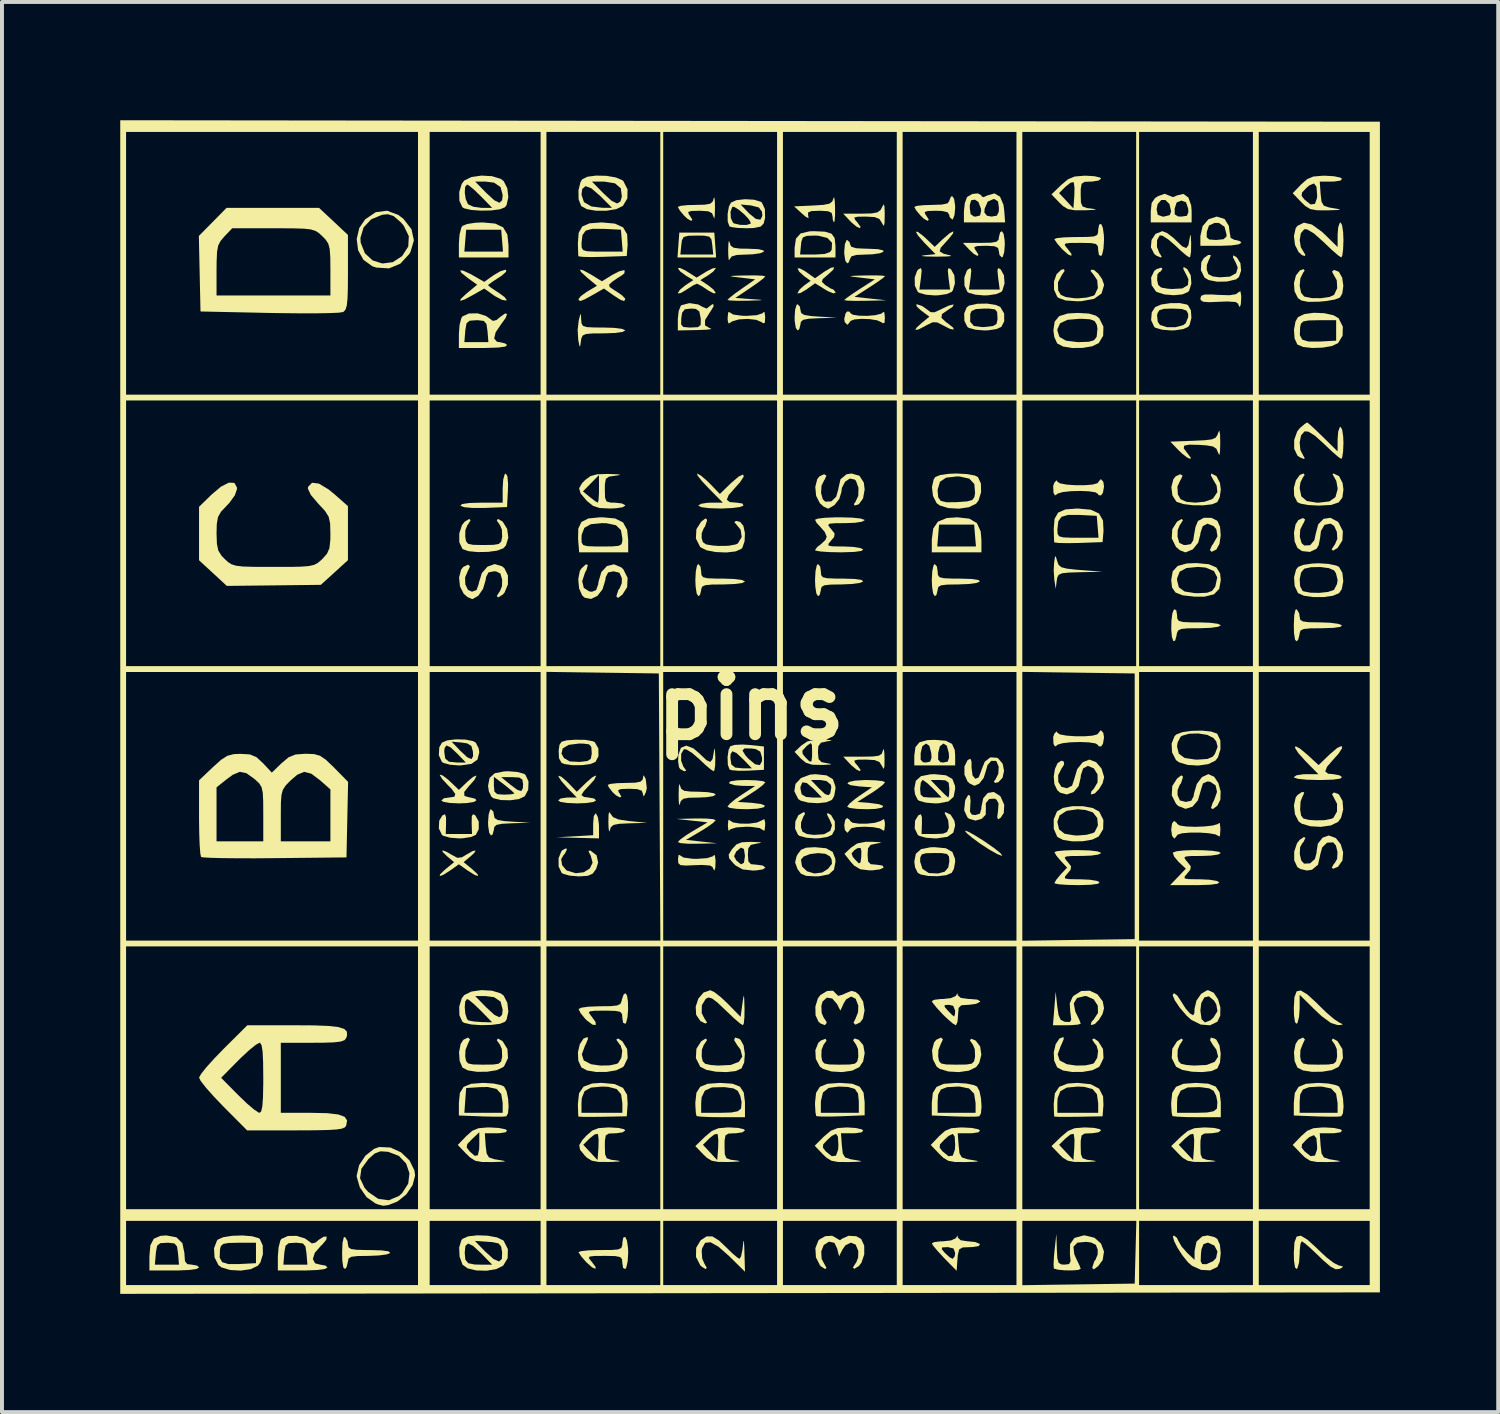
<source format=kicad_pcb>
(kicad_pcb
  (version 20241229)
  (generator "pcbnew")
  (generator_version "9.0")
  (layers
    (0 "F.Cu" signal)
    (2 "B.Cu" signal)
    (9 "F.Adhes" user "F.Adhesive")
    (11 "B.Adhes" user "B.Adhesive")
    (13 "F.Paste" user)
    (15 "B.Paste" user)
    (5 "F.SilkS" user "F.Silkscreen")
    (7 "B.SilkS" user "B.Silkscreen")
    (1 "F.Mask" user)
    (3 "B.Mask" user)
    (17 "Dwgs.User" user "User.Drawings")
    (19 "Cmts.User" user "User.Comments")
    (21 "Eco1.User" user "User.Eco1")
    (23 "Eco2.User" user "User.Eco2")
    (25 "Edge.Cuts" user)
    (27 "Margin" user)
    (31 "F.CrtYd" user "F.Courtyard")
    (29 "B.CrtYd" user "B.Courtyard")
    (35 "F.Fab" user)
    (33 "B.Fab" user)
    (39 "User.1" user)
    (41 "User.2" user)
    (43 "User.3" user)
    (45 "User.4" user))
  (footprint "pins"
    (layer "F.Cu")
    (at 15.995 14.885)
    (property "Reference" "pins" (at 0 0 0) (layer "F.SilkS") (effects (font (size 1.524 1.524) (thickness 0.3))))
    (attr board_only exclude_from_pos_files exclude_from_bom)
    (fp_poly (pts (xy -3.925 2.703) (xy -3.877 2.8) (xy -3.852 2.984) (xy -3.851 3.041) (xy -3.851 3.332) (xy -4.388 3.318) (xy -4.924 3.304) (xy -4.462 3.278) (xy -3.999 3.251) (xy -3.999 2.954) (xy -3.983 2.768) (xy -3.94 2.698)) (stroke (width 0) (type solid)) (fill yes) (layer "F.SilkS"))
    (fp_poly (pts (xy -3.561 2.703) (xy -3.493 2.794) (xy -3.354 2.852) (xy -3.107 2.89) (xy -3.066 2.894) (xy -2.629 2.937) (xy -3.087 2.95) (xy -3.341 2.962) (xy -3.484 2.991) (xy -3.551 3.049) (xy -3.576 3.129) (xy -3.595 3.159) (xy -3.608 3.062) (xy -3.613 2.925) (xy -3.608 2.72) (xy -3.586 2.66)) (stroke (width 0) (type solid)) (fill yes) (layer "F.SilkS"))
    (fp_poly (pts (xy 5.504 3.156) (xy 5.668 3.245) (xy 5.892 3.384) (xy 5.972 3.438) (xy 6.189 3.59) (xy 6.332 3.706) (xy 6.379 3.768) (xy 6.368 3.773) (xy 6.255 3.731) (xy 6.063 3.624) (xy 5.834 3.475) (xy 5.826 3.47) (xy 5.62 3.319) (xy 5.478 3.2) (xy 5.43 3.137) (xy 5.431 3.135)) (stroke (width 0) (type solid)) (fill yes) (layer "F.SilkS"))
    (fp_poly (pts (xy -6.174 -5.855) (xy -6.157 -5.662) (xy -6.161 -5.498) (xy -6.183 -5.073) (xy -6.751 -5.051) (xy -7.054 -5.05) (xy -7.269 -5.069) (xy -7.366 -5.106) (xy -7.366 -5.107) (xy -7.326 -5.15) (xy -7.141 -5.176) (xy -6.854 -5.184) (xy -6.294 -5.184) (xy -6.294 -5.554) (xy -6.28 -5.771) (xy -6.244 -5.902) (xy -6.217 -5.924)) (stroke (width 0) (type solid)) (fill yes) (layer "F.SilkS"))
    (fp_poly (pts (xy -0.88 -11.404) (xy -1.86 -11.404) (xy -1.854 -11.478) (xy -1.787 -11.478) (xy -0.953 -11.478) (xy -0.977 -11.719) (xy -0.998 -11.861) (xy -1.054 -11.932) (xy -1.184 -11.957) (xy -1.37 -11.959) (xy -1.59 -11.954) (xy -1.702 -11.923) (xy -1.748 -11.839) (xy -1.763 -11.719) (xy -1.787 -11.478) (xy -1.854 -11.478) (xy -1.814 -12.034) (xy -0.926 -12.034)) (stroke (width 0) (type solid)) (fill yes) (layer "F.SilkS"))
    (fp_poly (pts (xy 7.771 -3.703) (xy 7.807 -3.607) (xy 7.877 -3.547) (xy 8.016 -3.511) (xy 8.256 -3.484) (xy 8.371 -3.475) (xy 8.923 -3.433) (xy 8.354 -3.42) (xy 8.067 -3.411) (xy 7.896 -3.393) (xy 7.809 -3.354) (xy 7.773 -3.283) (xy 7.76 -3.203) (xy 7.735 -2.999) (xy 7.7 -3.221) (xy 7.683 -3.47) (xy 7.694 -3.666) (xy 7.716 -3.813) (xy 7.737 -3.822)) (stroke (width 0) (type solid)) (fill yes) (layer "F.SilkS"))
    (fp_poly (pts (xy -6.53 2.654) (xy -6.517 2.736) (xy -6.498 2.817) (xy -6.419 2.866) (xy -6.247 2.894) (xy -6.054 2.907) (xy -5.591 2.934) (xy -6.054 2.948) (xy -6.309 2.961) (xy -6.449 2.989) (xy -6.507 3.042) (xy -6.517 3.11) (xy -6.548 3.231) (xy -6.591 3.258) (xy -6.635 3.192) (xy -6.661 3.025) (xy -6.665 2.925) (xy -6.65 2.726) (xy -6.613 2.607) (xy -6.591 2.592)) (stroke (width 0) (type solid)) (fill yes) (layer "F.SilkS"))
    (fp_poly (pts (xy -1.799 1.981) (xy -1.766 2.074) (xy -1.689 2.125) (xy -1.53 2.144) (xy -1.328 2.148) (xy -1.093 2.159) (xy -0.934 2.188) (xy -0.889 2.222) (xy -0.956 2.261) (xy -1.132 2.288) (xy -1.328 2.296) (xy -1.575 2.301) (xy -1.712 2.327) (xy -1.776 2.386) (xy -1.799 2.462) (xy -1.816 2.488) (xy -1.828 2.388) (xy -1.831 2.222) (xy -1.826 2.032) (xy -1.814 1.95)) (stroke (width 0) (type solid)) (fill yes) (layer "F.SilkS"))
    (fp_poly (pts (xy -0.54 -11.793) (xy -0.508 -11.7) (xy -0.431 -11.65) (xy -0.273 -11.629) (xy -0.065 -11.626) (xy 0.189 -11.615) (xy 0.321 -11.584) (xy 0.333 -11.552) (xy 0.239 -11.511) (xy 0.047 -11.484) (xy -0.11 -11.478) (xy -0.353 -11.468) (xy -0.485 -11.43) (xy -0.54 -11.354) (xy -0.541 -11.349) (xy -0.56 -11.339) (xy -0.571 -11.452) (xy -0.574 -11.589) (xy -0.568 -11.765) (xy -0.553 -11.828)) (stroke (width 0) (type solid)) (fill yes) (layer "F.SilkS"))
    (fp_poly (pts (xy 1.245 -10.157) (xy 1.259 -10.075) (xy 1.278 -9.994) (xy 1.357 -9.945) (xy 1.528 -9.918) (xy 1.722 -9.904) (xy 2.185 -9.878) (xy 1.722 -9.863) (xy 1.467 -9.85) (xy 1.327 -9.822) (xy 1.269 -9.769) (xy 1.259 -9.701) (xy 1.228 -9.581) (xy 1.185 -9.553) (xy 1.141 -9.619) (xy 1.114 -9.786) (xy 1.111 -9.886) (xy 1.125 -10.085) (xy 1.163 -10.204) (xy 1.185 -10.219)) (stroke (width 0) (type solid)) (fill yes) (layer "F.SilkS"))
    (fp_poly (pts (xy 5.543 -4.779) (xy 5.736 -4.665) (xy 5.832 -4.453) (xy 5.85 -4.234) (xy 5.85 -3.925) (xy 4.591 -3.925) (xy 4.591 -4.073) (xy 4.73 -4.073) (xy 5.711 -4.073) (xy 5.688 -4.351) (xy 5.665 -4.628) (xy 4.776 -4.628) (xy 4.753 -4.351) (xy 4.73 -4.073) (xy 4.591 -4.073) (xy 4.591 -4.247) (xy 4.627 -4.527) (xy 4.747 -4.704) (xy 4.969 -4.794) (xy 5.234 -4.813)) (stroke (width 0) (type solid)) (fill yes) (layer "F.SilkS"))
    (fp_poly (pts (xy -6.988 2.748) (xy -6.901 2.903) (xy -6.901 3.099) (xy -6.976 3.243) (xy -7.1 3.297) (xy -7.308 3.329) (xy -7.405 3.332) (xy -7.63 3.314) (xy -7.797 3.268) (xy -7.835 3.243) (xy -7.914 3.078) (xy -7.904 2.882) (xy -7.823 2.748) (xy -7.757 2.719) (xy -7.731 2.793) (xy -7.73 2.943) (xy -7.738 3.221) (xy -7.072 3.221) (xy -7.081 2.943) (xy -7.077 2.768) (xy -7.044 2.717)) (stroke (width 0) (type solid)) (fill yes) (layer "F.SilkS"))
    (fp_poly (pts (xy -6.486 -12.264) (xy -6.282 -12.168) (xy -6.175 -11.984) (xy -6.146 -11.713) (xy -6.146 -11.404) (xy -7.405 -11.404) (xy -7.405 -11.552) (xy -7.266 -11.552) (xy -6.286 -11.552) (xy -6.309 -11.83) (xy -6.331 -12.108) (xy -7.22 -12.108) (xy -7.266 -11.552) (xy -7.405 -11.552) (xy -7.405 -11.76) (xy -7.388 -11.988) (xy -7.343 -12.16) (xy -7.316 -12.204) (xy -7.197 -12.253) (xy -6.984 -12.285) (xy -6.809 -12.293)) (stroke (width 0) (type solid)) (fill yes) (layer "F.SilkS"))
    (fp_poly (pts (xy -1.138 2.828) (xy -0.96 2.843) (xy -0.89 2.869) (xy -0.89 2.87) (xy -0.95 2.934) (xy -1.102 3.044) (xy -1.267 3.147) (xy -1.643 3.369) (xy -1.247 3.413) (xy -0.852 3.456) (xy -1.351 3.468) (xy -1.601 3.467) (xy -1.78 3.452) (xy -1.85 3.426) (xy -1.85 3.425) (xy -1.79 3.36) (xy -1.638 3.25) (xy -1.473 3.147) (xy -1.097 2.925) (xy -1.888 2.838) (xy -1.388 2.826)) (stroke (width 0) (type solid)) (fill yes) (layer "F.SilkS"))
    (fp_poly (pts (xy 12.439 -10.436) (xy 12.44 -10.386) (xy 12.43 -10.222) (xy 12.407 -10.146) (xy 12.404 -10.145) (xy 12.368 -10.203) (xy 12.367 -10.228) (xy 12.297 -10.275) (xy 12.087 -10.288) (xy 11.885 -10.28) (xy 11.622 -10.269) (xy 11.475 -10.281) (xy 11.413 -10.322) (xy 11.404 -10.369) (xy 11.427 -10.434) (xy 11.515 -10.464) (xy 11.701 -10.465) (xy 11.857 -10.455) (xy 12.14 -10.446) (xy 12.305 -10.472) (xy 12.374 -10.524) (xy 12.419 -10.55)) (stroke (width 0) (type solid)) (fill yes) (layer "F.SilkS"))
    (fp_poly (pts (xy -0.543 -10.016) (xy -0.445 -9.956) (xy -0.225 -9.926) (xy -0.111 -9.923) (xy 0.15 -9.94) (xy 0.299 -9.989) (xy 0.321 -10.016) (xy 0.348 -10.02) (xy 0.364 -9.904) (xy 0.364 -9.89) (xy 0.356 -9.748) (xy 0.312 -9.734) (xy 0.281 -9.76) (xy 0.14 -9.822) (xy -0.077 -9.846) (xy -0.304 -9.833) (xy -0.474 -9.782) (xy -0.504 -9.76) (xy -0.565 -9.728) (xy -0.587 -9.815) (xy -0.587 -9.89) (xy -0.572 -10.014) (xy -0.546 -10.021)) (stroke (width 0) (type solid)) (fill yes) (layer "F.SilkS"))
    (fp_poly (pts (xy 2.509 -11.788) (xy 2.518 -11.737) (xy 2.552 -11.673) (xy 2.672 -11.638) (xy 2.906 -11.627) (xy 2.966 -11.626) (xy 3.222 -11.615) (xy 3.356 -11.584) (xy 3.369 -11.552) (xy 3.275 -11.511) (xy 3.083 -11.484) (xy 2.921 -11.478) (xy 2.677 -11.468) (xy 2.552 -11.432) (xy 2.518 -11.367) (xy 2.478 -11.269) (xy 2.444 -11.256) (xy 2.397 -11.322) (xy 2.372 -11.486) (xy 2.37 -11.552) (xy 2.386 -11.738) (xy 2.427 -11.841) (xy 2.444 -11.848)) (stroke (width 0) (type solid)) (fill yes) (layer "F.SilkS"))
    (fp_poly (pts (xy -1.802 3.758) (xy -1.704 3.818) (xy -1.484 3.848) (xy -1.37 3.851) (xy -1.109 3.833) (xy -0.96 3.785) (xy -0.938 3.758) (xy -0.912 3.757) (xy -0.896 3.874) (xy -0.894 3.906) (xy -0.9 4.07) (xy -0.923 4.146) (xy -0.926 4.147) (xy -0.961 4.089) (xy -0.963 4.066) (xy -1.033 4.02) (xy -1.239 4.005) (xy -1.407 4.011) (xy -1.653 4.021) (xy -1.785 4.009) (xy -1.838 3.962) (xy -1.846 3.868) (xy -1.846 3.851) (xy -1.83 3.746)) (stroke (width 0) (type solid)) (fill yes) (layer "F.SilkS"))
    (fp_poly (pts (xy 0.365 2.929) (xy 0.364 3.003) (xy 0.35 3.127) (xy 0.324 3.135) (xy 0.321 3.129) (xy 0.223 3.069) (xy 0.002 3.039) (xy -0.111 3.036) (xy -0.372 3.054) (xy -0.521 3.102) (xy -0.543 3.129) (xy -0.569 3.132) (xy -0.581 3.017) (xy -0.581 2.999) (xy -0.571 2.873) (xy -0.546 2.863) (xy -0.543 2.87) (xy -0.451 2.927) (xy -0.267 2.957) (xy -0.048 2.958) (xy 0.153 2.93) (xy 0.281 2.874) (xy 0.281 2.873) (xy 0.343 2.841)) (stroke (width 0) (type solid)) (fill yes) (layer "F.SilkS"))
    (fp_poly (pts (xy 3.336 -10.944) (xy 3.406 -10.931) (xy 3.406 -10.93) (xy 3.349 -10.879) (xy 3.2 -10.773) (xy 3.018 -10.653) (xy 2.63 -10.404) (xy 3.443 -10.317) (xy 2.907 -10.305) (xy 2.646 -10.303) (xy 2.455 -10.309) (xy 2.371 -10.321) (xy 2.37 -10.323) (xy 2.427 -10.374) (xy 2.576 -10.48) (xy 2.758 -10.6) (xy 3.146 -10.849) (xy 2.776 -10.893) (xy 2.588 -10.916) (xy 2.519 -10.93) (xy 2.577 -10.938) (xy 2.771 -10.945) (xy 2.907 -10.948) (xy 3.157 -10.95)) (stroke (width 0) (type solid)) (fill yes) (layer "F.SilkS"))
    (fp_poly (pts (xy 14.119 7.291) (xy 14.361 7.514) (xy 14.406 7.56) (xy 14.611 7.759) (xy 14.797 7.917) (xy 14.922 8) (xy 14.922 8) (xy 15.016 8.046) (xy 14.976 8.063) (xy 14.887 8.067) (xy 14.715 8.014) (xy 14.482 7.843) (xy 14.313 7.685) (xy 13.922 7.299) (xy 13.922 7.644) (xy 13.907 7.858) (xy 13.87 8.005) (xy 13.848 8.035) (xy 13.805 7.995) (xy 13.779 7.824) (xy 13.774 7.632) (xy 13.79 7.359) (xy 13.845 7.212) (xy 13.951 7.19)) (stroke (width 0) (type solid)) (fill yes) (layer "F.SilkS"))
    (fp_poly (pts (xy 2.13 -12.834) (xy 2.137 -12.681) (xy 2.137 -12.464) (xy 2.124 -12.323) (xy 2.11 -12.293) (xy 2.08 -12.355) (xy 2.073 -12.441) (xy 2.051 -12.534) (xy 1.96 -12.577) (xy 1.762 -12.589) (xy 1.743 -12.589) (xy 1.54 -12.581) (xy 1.454 -12.547) (xy 1.453 -12.474) (xy 1.458 -12.459) (xy 1.463 -12.398) (xy 1.388 -12.44) (xy 1.301 -12.515) (xy 1.098 -12.7) (xy 1.581 -12.722) (xy 1.844 -12.739) (xy 1.995 -12.769) (xy 2.068 -12.825) (xy 2.096 -12.907) (xy 2.114 -12.933)) (stroke (width 0) (type solid)) (fill yes) (layer "F.SilkS"))
    (fp_poly (pts (xy 4.334 -11.073) (xy 4.316 -10.891) (xy 4.316 -10.889) (xy 4.276 -10.59) (xy 5.055 -10.59) (xy 5.015 -10.889) (xy 4.997 -11.073) (xy 5.016 -11.136) (xy 5.079 -11.103) (xy 5.079 -11.102) (xy 5.163 -10.952) (xy 5.178 -10.748) (xy 5.124 -10.567) (xy 5.095 -10.53) (xy 4.971 -10.476) (xy 4.763 -10.445) (xy 4.665 -10.441) (xy 4.441 -10.46) (xy 4.274 -10.506) (xy 4.236 -10.53) (xy 4.161 -10.69) (xy 4.157 -10.896) (xy 4.221 -11.07) (xy 4.251 -11.102) (xy 4.315 -11.136)) (stroke (width 0) (type solid)) (fill yes) (layer "F.SilkS"))
    (fp_poly (pts (xy 5.593 -11.073) (xy 5.575 -10.891) (xy 5.575 -10.889) (xy 5.534 -10.59) (xy 6.314 -10.59) (xy 6.274 -10.889) (xy 6.256 -11.073) (xy 6.275 -11.136) (xy 6.338 -11.103) (xy 6.338 -11.102) (xy 6.421 -10.952) (xy 6.437 -10.748) (xy 6.382 -10.567) (xy 6.354 -10.53) (xy 6.23 -10.476) (xy 6.022 -10.445) (xy 5.924 -10.441) (xy 5.7 -10.46) (xy 5.532 -10.506) (xy 5.495 -10.53) (xy 5.42 -10.69) (xy 5.416 -10.896) (xy 5.48 -11.07) (xy 5.51 -11.102) (xy 5.574 -11.136)) (stroke (width 0) (type solid)) (fill yes) (layer "F.SilkS"))
    (fp_poly (pts (xy 2.512 -10.028) (xy 2.518 -10.001) (xy 2.583 -9.953) (xy 2.744 -9.927) (xy 2.952 -9.923) (xy 3.157 -9.94) (xy 3.309 -9.978) (xy 3.357 -10.016) (xy 3.384 -10.02) (xy 3.4 -9.904) (xy 3.401 -9.89) (xy 3.392 -9.748) (xy 3.348 -9.734) (xy 3.318 -9.76) (xy 3.204 -9.81) (xy 3.018 -9.84) (xy 2.809 -9.847) (xy 2.628 -9.832) (xy 2.526 -9.793) (xy 2.518 -9.775) (xy 2.461 -9.703) (xy 2.444 -9.701) (xy 2.383 -9.763) (xy 2.37 -9.845) (xy 2.404 -9.986) (xy 2.444 -10.034)) (stroke (width 0) (type solid)) (fill yes) (layer "F.SilkS"))
    (fp_poly (pts (xy 2.516 2.87) (xy 2.518 2.888) (xy 2.582 2.935) (xy 2.742 2.958) (xy 2.948 2.958) (xy 3.147 2.936) (xy 3.291 2.892) (xy 3.318 2.873) (xy 3.379 2.841) (xy 3.401 2.929) (xy 3.401 3.003) (xy 3.386 3.127) (xy 3.36 3.135) (xy 3.357 3.129) (xy 3.273 3.079) (xy 3.101 3.047) (xy 2.89 3.036) (xy 2.69 3.044) (xy 2.552 3.075) (xy 2.518 3.11) (xy 2.461 3.182) (xy 2.444 3.184) (xy 2.388 3.121) (xy 2.37 2.999) (xy 2.395 2.86) (xy 2.444 2.814)) (stroke (width 0) (type solid)) (fill yes) (layer "F.SilkS"))
    (fp_poly (pts (xy 5.069 2.73) (xy 5.163 2.882) (xy 5.184 2.999) (xy 5.137 3.185) (xy 4.987 3.292) (xy 4.717 3.332) (xy 4.665 3.332) (xy 4.441 3.314) (xy 4.274 3.268) (xy 4.236 3.243) (xy 4.157 3.078) (xy 4.167 2.882) (xy 4.248 2.748) (xy 4.313 2.719) (xy 4.34 2.793) (xy 4.341 2.943) (xy 4.332 3.221) (xy 4.665 3.221) (xy 4.875 3.212) (xy 4.979 3.169) (xy 5.019 3.073) (xy 5.023 3.051) (xy 5.006 2.87) (xy 4.958 2.773) (xy 4.915 2.686) (xy 4.938 2.666)) (stroke (width 0) (type solid)) (fill yes) (layer "F.SilkS"))
    (fp_poly (pts (xy 5.129 -12.012) (xy 5.012 -11.865) (xy 4.964 -11.814) (xy 4.818 -11.652) (xy 4.791 -11.558) (xy 4.89 -11.499) (xy 5.073 -11.454) (xy 5.077 -11.439) (xy 4.958 -11.429) (xy 4.74 -11.425) (xy 4.665 -11.425) (xy 4.444 -11.43) (xy 4.336 -11.44) (xy 4.356 -11.453) (xy 4.398 -11.459) (xy 4.685 -11.488) (xy 4.401 -11.779) (xy 4.241 -11.961) (xy 4.187 -12.056) (xy 4.234 -12.055) (xy 4.375 -11.948) (xy 4.458 -11.872) (xy 4.665 -11.673) (xy 4.873 -11.872) (xy 5.049 -12.022) (xy 5.138 -12.067)) (stroke (width 0) (type solid)) (fill yes) (layer "F.SilkS"))
    (fp_poly (pts (xy -10.231 13.545) (xy -10.219 13.63) (xy -10.205 13.703) (xy -10.142 13.747) (xy -10.001 13.767) (xy -9.75 13.774) (xy -9.659 13.774) (xy -9.36 13.783) (xy -9.185 13.808) (xy -9.145 13.848) (xy -9.237 13.885) (xy -9.435 13.911) (xy -9.696 13.922) (xy -9.705 13.922) (xy -9.977 13.926) (xy -10.132 13.945) (xy -10.202 13.987) (xy -10.219 14.061) (xy -10.219 14.066) (xy -10.253 14.207) (xy -10.293 14.255) (xy -10.336 14.216) (xy -10.362 14.044) (xy -10.367 13.848) (xy -10.357 13.591) (xy -10.326 13.455) (xy -10.293 13.441)) (stroke (width 0) (type solid)) (fill yes) (layer "F.SilkS"))
    (fp_poly (pts (xy -7.711 3.675) (xy -7.588 3.748) (xy -7.443 3.825) (xy -7.328 3.811) (xy -7.223 3.748) (xy -7.055 3.653) (xy -6.981 3.638) (xy -7.014 3.7) (xy -7.104 3.784) (xy -7.285 3.934) (xy -7.067 4.112) (xy -6.934 4.237) (xy -6.916 4.287) (xy -7.001 4.261) (xy -7.174 4.153) (xy -7.19 4.142) (xy -7.405 3.989) (xy -7.62 4.142) (xy -7.8 4.256) (xy -7.891 4.288) (xy -7.882 4.243) (xy -7.757 4.124) (xy -7.743 4.112) (xy -7.526 3.934) (xy -7.706 3.784) (xy -7.82 3.672) (xy -7.816 3.634)) (stroke (width 0) (type solid)) (fill yes) (layer "F.SilkS"))
    (fp_poly (pts (xy 1.759 -3.565) (xy 1.777 -3.443) (xy 1.784 -3.35) (xy 1.825 -3.294) (xy 1.932 -3.268) (xy 2.135 -3.259) (xy 2.337 -3.258) (xy 2.636 -3.249) (xy 2.811 -3.224) (xy 2.851 -3.184) (xy 2.759 -3.147) (xy 2.561 -3.121) (xy 2.3 -3.11) (xy 2.291 -3.11) (xy 2.02 -3.106) (xy 1.865 -3.088) (xy 1.795 -3.046) (xy 1.777 -2.972) (xy 1.777 -2.962) (xy 1.746 -2.842) (xy 1.703 -2.814) (xy 1.663 -2.881) (xy 1.636 -3.054) (xy 1.629 -3.221) (xy 1.641 -3.444) (xy 1.673 -3.592) (xy 1.703 -3.629)) (stroke (width 0) (type solid)) (fill yes) (layer "F.SilkS"))
    (fp_poly (pts (xy 3.387 1.159) (xy 3.392 1.296) (xy 3.39 1.5) (xy 3.373 1.569) (xy 3.338 1.519) (xy 3.33 1.5) (xy 3.263 1.395) (xy 3.142 1.345) (xy 2.922 1.333) (xy 2.916 1.333) (xy 2.709 1.336) (xy 2.626 1.357) (xy 2.643 1.412) (xy 2.703 1.481) (xy 2.784 1.593) (xy 2.769 1.627) (xy 2.684 1.588) (xy 2.556 1.483) (xy 2.518 1.444) (xy 2.344 1.259) (xy 2.833 1.259) (xy 3.097 1.254) (xy 3.248 1.234) (xy 3.322 1.185) (xy 3.353 1.098) (xy 3.354 1.092) (xy 3.373 1.062)) (stroke (width 0) (type solid)) (fill yes) (layer "F.SilkS"))
    (fp_poly (pts (xy 3.39 -12.706) (xy 3.397 -12.53) (xy 3.397 -12.478) (xy 3.392 -12.274) (xy 3.375 -12.203) (xy 3.34 -12.251) (xy 3.33 -12.274) (xy 3.263 -12.379) (xy 3.142 -12.428) (xy 2.922 -12.441) (xy 2.916 -12.441) (xy 2.709 -12.438) (xy 2.626 -12.417) (xy 2.643 -12.362) (xy 2.703 -12.293) (xy 2.784 -12.181) (xy 2.769 -12.147) (xy 2.684 -12.185) (xy 2.556 -12.291) (xy 2.518 -12.33) (xy 2.344 -12.515) (xy 2.803 -12.515) (xy 3.062 -12.521) (xy 3.211 -12.548) (xy 3.291 -12.607) (xy 3.33 -12.681) (xy 3.369 -12.752)) (stroke (width 0) (type solid)) (fill yes) (layer "F.SilkS"))
    (fp_poly (pts (xy 4.721 -3.565) (xy 4.739 -3.443) (xy 4.746 -3.35) (xy 4.787 -3.294) (xy 4.894 -3.268) (xy 5.097 -3.259) (xy 5.299 -3.258) (xy 5.598 -3.249) (xy 5.773 -3.224) (xy 5.813 -3.184) (xy 5.721 -3.147) (xy 5.524 -3.121) (xy 5.262 -3.11) (xy 5.253 -3.11) (xy 4.982 -3.106) (xy 4.828 -3.088) (xy 4.757 -3.046) (xy 4.739 -2.972) (xy 4.739 -2.962) (xy 4.708 -2.842) (xy 4.665 -2.814) (xy 4.625 -2.881) (xy 4.598 -3.054) (xy 4.591 -3.221) (xy 4.603 -3.444) (xy 4.635 -3.592) (xy 4.665 -3.629)) (stroke (width 0) (type solid)) (fill yes) (layer "F.SilkS"))
    (fp_poly (pts (xy 11.667 -11.466) (xy 11.646 -11.393) (xy 11.63 -11.371) (xy 11.568 -11.215) (xy 11.565 -11.093) (xy 11.607 -10.98) (xy 11.718 -10.923) (xy 11.892 -10.901) (xy 12.15 -10.918) (xy 12.31 -11.004) (xy 12.352 -11.144) (xy 12.307 -11.261) (xy 12.229 -11.411) (xy 12.24 -11.459) (xy 12.33 -11.404) (xy 12.42 -11.258) (xy 12.437 -11.071) (xy 12.384 -10.91) (xy 12.311 -10.849) (xy 12.082 -10.794) (xy 11.829 -10.789) (xy 11.613 -10.831) (xy 11.51 -10.892) (xy 11.416 -11.082) (xy 11.428 -11.285) (xy 11.493 -11.389) (xy 11.602 -11.467)) (stroke (width 0) (type solid)) (fill yes) (layer "F.SilkS"))
    (fp_poly (pts (xy 11.903 -6.918) (xy 11.908 -6.702) (xy 11.902 -6.473) (xy 11.884 -6.39) (xy 11.856 -6.443) (xy 11.812 -6.549) (xy 11.725 -6.609) (xy 11.557 -6.638) (xy 11.383 -6.65) (xy 11.122 -6.656) (xy 10.994 -6.631) (xy 10.981 -6.564) (xy 11.07 -6.444) (xy 11.082 -6.43) (xy 11.162 -6.323) (xy 11.146 -6.294) (xy 11.062 -6.334) (xy 10.935 -6.433) (xy 10.852 -6.513) (xy 10.642 -6.732) (xy 11.224 -6.754) (xy 11.516 -6.768) (xy 11.694 -6.79) (xy 11.79 -6.832) (xy 11.838 -6.903) (xy 11.856 -6.961) (xy 11.885 -7.013)) (stroke (width 0) (type solid)) (fill yes) (layer "F.SilkS"))
    (fp_poly (pts (xy 13.91 -2.376) (xy 13.922 -2.291) (xy 13.937 -2.215) (xy 14.004 -2.172) (xy 14.154 -2.152) (xy 14.419 -2.148) (xy 14.436 -2.148) (xy 14.699 -2.138) (xy 14.899 -2.111) (xy 14.995 -2.075) (xy 14.996 -2.073) (xy 14.953 -2.033) (xy 14.775 -2.008) (xy 14.482 -1.999) (xy 14.196 -1.996) (xy 14.028 -1.98) (xy 13.947 -1.943) (xy 13.923 -1.879) (xy 13.922 -1.856) (xy 13.888 -1.714) (xy 13.848 -1.666) (xy 13.805 -1.706) (xy 13.779 -1.877) (xy 13.774 -2.073) (xy 13.785 -2.331) (xy 13.815 -2.466) (xy 13.848 -2.481)) (stroke (width 0) (type solid)) (fill yes) (layer "F.SilkS"))
    (fp_poly (pts (xy -4.303 -9.847) (xy -4.303 -9.83) (xy -4.293 -9.727) (xy -4.254 -9.666) (xy -4.154 -9.637) (xy -3.96 -9.628) (xy -3.74 -9.627) (xy -3.46 -9.618) (xy -3.265 -9.593) (xy -3.185 -9.556) (xy -3.184 -9.553) (xy -3.253 -9.515) (xy -3.439 -9.489) (xy -3.712 -9.479) (xy -3.735 -9.479) (xy -4.016 -9.477) (xy -4.182 -9.462) (xy -4.265 -9.424) (xy -4.299 -9.35) (xy -4.31 -9.275) (xy -4.329 -9.15) (xy -4.346 -9.154) (xy -4.374 -9.296) (xy -4.378 -9.322) (xy -4.392 -9.575) (xy -4.365 -9.803) (xy -4.327 -9.955) (xy -4.311 -9.967)) (stroke (width 0) (type solid)) (fill yes) (layer "F.SilkS"))
    (fp_poly (pts (xy -2.679 1.796) (xy -2.664 1.833) (xy -2.638 2.062) (xy -2.664 2.166) (xy -2.714 2.267) (xy -2.734 2.231) (xy -2.735 2.203) (xy -2.768 2.121) (xy -2.881 2.082) (xy -3.082 2.073) (xy -3.285 2.08) (xy -3.365 2.106) (xy -3.349 2.163) (xy -3.332 2.185) (xy -3.283 2.275) (xy -3.324 2.291) (xy -3.42 2.239) (xy -3.506 2.16) (xy -3.6 2.038) (xy -3.629 1.975) (xy -3.561 1.949) (xy -3.386 1.931) (xy -3.184 1.925) (xy -2.932 1.919) (xy -2.796 1.892) (xy -2.742 1.836) (xy -2.735 1.796) (xy -2.721 1.728)) (stroke (width 0) (type solid)) (fill yes) (layer "F.SilkS"))
    (fp_poly (pts (xy -1.277 -3.565) (xy -1.259 -3.443) (xy -1.252 -3.349) (xy -1.21 -3.294) (xy -1.103 -3.267) (xy -0.899 -3.259) (xy -0.703 -3.258) (xy -0.424 -3.249) (xy -0.229 -3.224) (xy -0.149 -3.188) (xy -0.148 -3.184) (xy -0.217 -3.147) (xy -0.404 -3.121) (xy -0.677 -3.11) (xy -0.703 -3.11) (xy -0.987 -3.107) (xy -1.154 -3.091) (xy -1.234 -3.054) (xy -1.258 -2.989) (xy -1.259 -2.962) (xy -1.29 -2.842) (xy -1.333 -2.814) (xy -1.373 -2.881) (xy -1.4 -3.054) (xy -1.407 -3.221) (xy -1.395 -3.444) (xy -1.363 -3.592) (xy -1.333 -3.629)) (stroke (width 0) (type solid)) (fill yes) (layer "F.SilkS"))
    (fp_poly (pts (xy -0.912 -12.83) (xy -0.909 -12.663) (xy -0.914 -12.473) (xy -0.926 -12.391) (xy -0.941 -12.422) (xy -0.982 -12.526) (xy -1.079 -12.575) (xy -1.276 -12.589) (xy -1.31 -12.589) (xy -1.511 -12.583) (xy -1.589 -12.557) (xy -1.571 -12.498) (xy -1.554 -12.476) (xy -1.483 -12.363) (xy -1.51 -12.332) (xy -1.607 -12.386) (xy -1.691 -12.464) (xy -1.803 -12.598) (xy -1.851 -12.685) (xy -1.851 -12.686) (xy -1.784 -12.713) (xy -1.609 -12.732) (xy -1.412 -12.737) (xy -1.165 -12.743) (xy -1.027 -12.768) (xy -0.964 -12.827) (xy -0.941 -12.904) (xy -0.924 -12.93)) (stroke (width 0) (type solid)) (fill yes) (layer "F.SilkS"))
    (fp_poly (pts (xy 0.131 1.859) (xy 0.306 1.879) (xy 0.37 1.907) (xy 0.312 1.974) (xy 0.164 2.088) (xy 0.018 2.185) (xy -0.333 2.407) (xy 0.019 2.429) (xy 0.258 2.459) (xy 0.359 2.5) (xy 0.33 2.542) (xy 0.179 2.577) (xy -0.086 2.592) (xy -0.111 2.592) (xy -0.356 2.583) (xy -0.53 2.559) (xy -0.592 2.527) (xy -0.535 2.454) (xy -0.388 2.333) (xy -0.241 2.231) (xy 0.111 2.001) (xy -0.199 2) (xy -0.403 1.984) (xy -0.536 1.943) (xy -0.555 1.925) (xy -0.515 1.883) (xy -0.341 1.858) (xy -0.115 1.851)) (stroke (width 0) (type solid)) (fill yes) (layer "F.SilkS"))
    (fp_poly (pts (xy 0.3 -10.941) (xy 0.37 -10.925) (xy 0.37 -10.925) (xy 0.314 -10.868) (xy 0.167 -10.757) (xy -0.011 -10.633) (xy -0.393 -10.376) (xy 0.007 -10.348) (xy 0.21 -10.334) (xy 0.286 -10.324) (xy 0.229 -10.317) (xy 0.034 -10.311) (xy -0.093 -10.307) (xy -0.343 -10.305) (xy -0.522 -10.312) (xy -0.592 -10.326) (xy -0.592 -10.327) (xy -0.537 -10.383) (xy -0.393 -10.496) (xy -0.241 -10.604) (xy 0.111 -10.849) (xy -0.259 -10.893) (xy -0.448 -10.916) (xy -0.518 -10.93) (xy -0.46 -10.938) (xy -0.266 -10.945) (xy -0.13 -10.948) (xy 0.121 -10.949)) (stroke (width 0) (type solid)) (fill yes) (layer "F.SilkS"))
    (fp_poly (pts (xy 1.375 2.711) (xy 1.336 2.773) (xy 1.275 2.929) (xy 1.272 3.051) (xy 1.313 3.164) (xy 1.424 3.221) (xy 1.599 3.243) (xy 1.857 3.226) (xy 2.016 3.14) (xy 2.059 3) (xy 2.013 2.883) (xy 1.935 2.733) (xy 1.947 2.685) (xy 2.036 2.74) (xy 2.131 2.902) (xy 2.133 3.103) (xy 2.059 3.243) (xy 1.935 3.297) (xy 1.727 3.329) (xy 1.629 3.332) (xy 1.405 3.314) (xy 1.237 3.268) (xy 1.2 3.243) (xy 1.123 3.087) (xy 1.13 2.902) (xy 1.206 2.744) (xy 1.337 2.667) (xy 1.357 2.666)) (stroke (width 0) (type solid)) (fill yes) (layer "F.SilkS"))
    (fp_poly (pts (xy 1.884 -12.058) (xy 2.049 -12.007) (xy 2.127 -11.896) (xy 2.147 -11.705) (xy 2.148 -11.692) (xy 2.148 -11.404) (xy 1.111 -11.404) (xy 1.111 -11.478) (xy 1.25 -11.478) (xy 1.627 -11.478) (xy 1.875 -11.493) (xy 2.009 -11.542) (xy 2.051 -11.599) (xy 2.06 -11.777) (xy 1.94 -11.9) (xy 1.703 -11.957) (xy 1.621 -11.959) (xy 1.418 -11.952) (xy 1.32 -11.91) (xy 1.282 -11.803) (xy 1.273 -11.719) (xy 1.25 -11.478) (xy 1.111 -11.478) (xy 1.111 -11.648) (xy 1.145 -11.881) (xy 1.262 -12.013) (xy 1.487 -12.067) (xy 1.601 -12.071)) (stroke (width 0) (type solid)) (fill yes) (layer "F.SilkS"))
    (fp_poly (pts (xy 3.17 1.859) (xy 3.344 1.879) (xy 3.406 1.907) (xy 3.349 1.974) (xy 3.2 2.088) (xy 3.055 2.185) (xy 2.703 2.407) (xy 2.999 2.43) (xy 3.251 2.464) (xy 3.36 2.508) (xy 3.33 2.552) (xy 3.166 2.583) (xy 2.94 2.592) (xy 2.691 2.583) (xy 2.512 2.56) (xy 2.444 2.528) (xy 2.444 2.528) (xy 2.5 2.453) (xy 2.644 2.332) (xy 2.758 2.25) (xy 3.073 2.036) (xy 2.758 2.014) (xy 2.536 1.983) (xy 2.45 1.942) (xy 2.489 1.9) (xy 2.645 1.866) (xy 2.905 1.851) (xy 2.925 1.851)) (stroke (width 0) (type solid)) (fill yes) (layer "F.SilkS"))
    (fp_poly (pts (xy 6.413 -12.004) (xy 6.439 -11.837) (xy 6.443 -11.737) (xy 6.428 -11.539) (xy 6.391 -11.419) (xy 6.369 -11.404) (xy 6.308 -11.466) (xy 6.294 -11.552) (xy 6.273 -11.644) (xy 6.185 -11.688) (xy 5.992 -11.7) (xy 5.952 -11.7) (xy 5.75 -11.694) (xy 5.669 -11.669) (xy 5.685 -11.611) (xy 5.704 -11.587) (xy 5.775 -11.474) (xy 5.75 -11.443) (xy 5.656 -11.495) (xy 5.554 -11.59) (xy 5.38 -11.774) (xy 5.837 -11.774) (xy 6.09 -11.779) (xy 6.228 -11.802) (xy 6.285 -11.853) (xy 6.294 -11.922) (xy 6.325 -12.043) (xy 6.369 -12.071)) (stroke (width 0) (type solid)) (fill yes) (layer "F.SilkS"))
    (fp_poly (pts (xy 8.942 -5.713) (xy 8.96 -5.595) (xy 8.933 -5.439) (xy 8.886 -5.369) (xy 8.818 -5.375) (xy 8.812 -5.401) (xy 8.746 -5.446) (xy 8.578 -5.472) (xy 8.352 -5.482) (xy 8.114 -5.475) (xy 7.908 -5.452) (xy 7.779 -5.413) (xy 7.758 -5.391) (xy 7.716 -5.368) (xy 7.678 -5.434) (xy 7.67 -5.608) (xy 7.699 -5.69) (xy 7.757 -5.754) (xy 7.773 -5.721) (xy 7.84 -5.675) (xy 8.009 -5.643) (xy 8.233 -5.627) (xy 8.469 -5.627) (xy 8.671 -5.644) (xy 8.794 -5.678) (xy 8.812 -5.702) (xy 8.869 -5.774) (xy 8.886 -5.776)) (stroke (width 0) (type solid)) (fill yes) (layer "F.SilkS"))
    (fp_poly (pts (xy 8.942 0.656) (xy 8.96 0.773) (xy 8.933 0.93) (xy 8.886 1) (xy 8.818 0.994) (xy 8.812 0.967) (xy 8.746 0.923) (xy 8.578 0.896) (xy 8.352 0.887) (xy 8.114 0.894) (xy 7.908 0.917) (xy 7.779 0.956) (xy 7.758 0.977) (xy 7.716 1.001) (xy 7.678 0.934) (xy 7.67 0.76) (xy 7.699 0.679) (xy 7.757 0.614) (xy 7.773 0.648) (xy 7.84 0.694) (xy 8.009 0.725) (xy 8.233 0.741) (xy 8.469 0.742) (xy 8.671 0.725) (xy 8.794 0.691) (xy 8.812 0.666) (xy 8.869 0.595) (xy 8.886 0.592)) (stroke (width 0) (type solid)) (fill yes) (layer "F.SilkS"))
    (fp_poly (pts (xy 10.793 -2.455) (xy 10.812 -2.337) (xy 10.818 -2.241) (xy 10.858 -2.184) (xy 10.963 -2.157) (xy 11.164 -2.148) (xy 11.367 -2.148) (xy 11.647 -2.138) (xy 11.842 -2.113) (xy 11.922 -2.077) (xy 11.922 -2.073) (xy 11.854 -2.036) (xy 11.667 -2.01) (xy 11.395 -1.999) (xy 11.372 -1.999) (xy 11.091 -1.997) (xy 10.925 -1.982) (xy 10.841 -1.944) (xy 10.808 -1.872) (xy 10.798 -1.807) (xy 10.764 -1.686) (xy 10.719 -1.671) (xy 10.681 -1.782) (xy 10.665 -1.975) (xy 10.67 -2.194) (xy 10.694 -2.381) (xy 10.736 -2.48) (xy 10.738 -2.481)) (stroke (width 0) (type solid)) (fill yes) (layer "F.SilkS"))
    (fp_poly (pts (xy 14.122 13.512) (xy 14.365 13.735) (xy 14.4 13.77) (xy 14.604 13.96) (xy 14.79 14.102) (xy 14.915 14.164) (xy 15.022 14.191) (xy 14.987 14.228) (xy 14.934 14.252) (xy 14.835 14.261) (xy 14.705 14.193) (xy 14.518 14.033) (xy 14.414 13.932) (xy 14.219 13.747) (xy 14.064 13.611) (xy 13.979 13.552) (xy 13.975 13.552) (xy 13.943 13.618) (xy 13.924 13.785) (xy 13.922 13.88) (xy 13.907 14.09) (xy 13.868 14.23) (xy 13.848 14.255) (xy 13.805 14.216) (xy 13.779 14.044) (xy 13.774 13.852) (xy 13.79 13.579) (xy 13.846 13.432) (xy 13.953 13.41)) (stroke (width 0) (type solid)) (fill yes) (layer "F.SilkS"))
    (fp_poly (pts (xy -6.527 9.55) (xy -6.33 9.592) (xy -6.258 9.627) (xy -6.197 9.741) (xy -6.157 9.929) (xy -6.143 10.137) (xy -6.159 10.306) (xy -6.202 10.381) (xy -6.298 10.39) (xy -6.501 10.391) (xy -6.772 10.385) (xy -6.831 10.383) (xy -7.405 10.361) (xy -7.405 10.293) (xy -7.266 10.293) (xy -6.294 10.293) (xy -6.294 10.043) (xy -6.33 9.818) (xy -6.448 9.688) (xy -6.671 9.638) (xy -6.863 9.641) (xy -7.22 9.664) (xy -7.266 10.293) (xy -7.405 10.293) (xy -7.405 10.04) (xy -7.38 9.79) (xy -7.286 9.636) (xy -7.099 9.557) (xy -6.795 9.534) (xy -6.776 9.534)) (stroke (width 0) (type solid)) (fill yes) (layer "F.SilkS"))
    (fp_poly (pts (xy -0.976 13.427) (xy -0.803 13.535) (xy -0.629 13.7) (xy -0.462 13.862) (xy -0.333 13.97) (xy -0.285 13.996) (xy -0.246 13.93) (xy -0.212 13.764) (xy -0.202 13.681) (xy -0.187 13.548) (xy -0.175 13.548) (xy -0.166 13.687) (xy -0.161 13.845) (xy -0.148 14.324) (xy -0.546 13.931) (xy -0.819 13.69) (xy -1.022 13.576) (xy -1.159 13.59) (xy -1.234 13.729) (xy -1.246 13.797) (xy -1.233 13.989) (xy -1.18 14.113) (xy -1.116 14.226) (xy -1.151 14.256) (xy -1.253 14.189) (xy -1.284 14.157) (xy -1.391 13.946) (xy -1.385 13.715) (xy -1.272 13.526) (xy -1.122 13.427)) (stroke (width 0) (type solid)) (fill yes) (layer "F.SilkS"))
    (fp_poly (pts (xy 10.81 2.944) (xy 10.812 2.962) (xy 10.878 3.005) (xy 11.046 3.03) (xy 11.272 3.038) (xy 11.511 3.029) (xy 11.719 3.005) (xy 11.851 2.966) (xy 11.873 2.944) (xy 11.897 2.945) (xy 11.91 3.064) (xy 11.911 3.11) (xy 11.902 3.255) (xy 11.88 3.289) (xy 11.873 3.277) (xy 11.789 3.231) (xy 11.61 3.2) (xy 11.379 3.184) (xy 11.141 3.185) (xy 10.942 3.202) (xy 10.825 3.237) (xy 10.812 3.258) (xy 10.755 3.33) (xy 10.738 3.332) (xy 10.686 3.268) (xy 10.664 3.113) (xy 10.664 3.11) (xy 10.685 2.954) (xy 10.737 2.888) (xy 10.738 2.888)) (stroke (width 0) (type solid)) (fill yes) (layer "F.SilkS"))
    (fp_poly (pts (xy 11.071 -11.108) (xy 11.159 -10.953) (xy 11.176 -10.746) (xy 11.12 -10.563) (xy 11.093 -10.53) (xy 10.948 -10.467) (xy 10.726 -10.446) (xy 10.489 -10.467) (xy 10.302 -10.527) (xy 10.275 -10.544) (xy 10.167 -10.702) (xy 10.154 -10.896) (xy 10.233 -11.062) (xy 10.293 -11.108) (xy 10.415 -11.148) (xy 10.441 -11.11) (xy 10.384 -11.037) (xy 10.362 -11.034) (xy 10.313 -10.971) (xy 10.307 -10.83) (xy 10.335 -10.706) (xy 10.41 -10.641) (xy 10.573 -10.612) (xy 10.683 -10.604) (xy 10.948 -10.619) (xy 11.089 -10.704) (xy 11.101 -10.853) (xy 11.046 -10.969) (xy 10.969 -11.116) (xy 10.982 -11.162)) (stroke (width 0) (type solid)) (fill yes) (layer "F.SilkS"))
    (fp_poly (pts (xy -4.665 3.615) (xy -4.72 3.725) (xy -4.739 3.74) (xy -4.81 3.856) (xy -4.787 4.01) (xy -4.68 4.138) (xy -4.662 4.149) (xy -4.439 4.215) (xy -4.235 4.19) (xy -4.083 4.094) (xy -4.013 3.948) (xy -4.06 3.771) (xy -4.061 3.769) (xy -4.118 3.657) (xy -4.083 3.638) (xy -4.065 3.643) (xy -3.912 3.76) (xy -3.872 3.945) (xy -3.922 4.105) (xy -4.01 4.225) (xy -4.136 4.281) (xy -4.355 4.295) (xy -4.367 4.295) (xy -4.592 4.277) (xy -4.76 4.231) (xy -4.799 4.206) (xy -4.875 4.043) (xy -4.876 3.834) (xy -4.805 3.659) (xy -4.776 3.629) (xy -4.684 3.582)) (stroke (width 0) (type solid)) (fill yes) (layer "F.SilkS"))
    (fp_poly (pts (xy -3.455 9.563) (xy -3.242 9.66) (xy -3.138 9.836) (xy -3.124 10.07) (xy -3.147 10.381) (xy -3.758 10.393) (xy -4.039 10.396) (xy -4.253 10.395) (xy -4.366 10.389) (xy -4.375 10.386) (xy -4.38 10.308) (xy -4.38 10.293) (xy -4.295 10.293) (xy -3.258 10.293) (xy -3.258 10.049) (xy -3.29 9.822) (xy -3.402 9.69) (xy -3.618 9.633) (xy -3.777 9.627) (xy -4.055 9.653) (xy -4.217 9.744) (xy -4.287 9.919) (xy -4.295 10.049) (xy -4.295 10.293) (xy -4.38 10.293) (xy -4.385 10.134) (xy -4.386 10.067) (xy -4.357 9.797) (xy -4.243 9.63) (xy -4.025 9.549) (xy -3.791 9.533)) (stroke (width 0) (type solid)) (fill yes) (layer "F.SilkS"))
    (fp_poly (pts (xy -1.457 1.047) (xy -1.299 1.182) (xy -1.128 1.345) (xy -1.026 1.392) (xy -0.97 1.319) (xy -0.942 1.166) (xy -0.924 1.055) (xy -0.911 1.078) (xy -0.902 1.241) (xy -0.9 1.277) (xy -0.904 1.482) (xy -0.925 1.609) (xy -0.941 1.629) (xy -1.019 1.581) (xy -1.164 1.457) (xy -1.305 1.324) (xy -1.483 1.169) (xy -1.629 1.079) (xy -1.696 1.069) (xy -1.765 1.186) (xy -1.768 1.36) (xy -1.708 1.517) (xy -1.688 1.54) (xy -1.637 1.614) (xy -1.691 1.629) (xy -1.795 1.57) (xy -1.822 1.524) (xy -1.844 1.376) (xy -1.838 1.21) (xy -1.772 1.033) (xy -1.638 0.978)) (stroke (width 0) (type solid)) (fill yes) (layer "F.SilkS"))
    (fp_poly (pts (xy 2.091 -11.093) (xy 1.954 -10.967) (xy 1.825 -10.856) (xy 1.803 -10.788) (xy 1.879 -10.713) (xy 1.895 -10.701) (xy 2.026 -10.617) (xy 2.092 -10.592) (xy 2.145 -10.532) (xy 2.148 -10.509) (xy 2.093 -10.494) (xy 1.956 -10.55) (xy 1.889 -10.589) (xy 1.631 -10.749) (xy 1.408 -10.59) (xy 1.265 -10.505) (xy 1.189 -10.491) (xy 1.185 -10.501) (xy 1.239 -10.592) (xy 1.351 -10.692) (xy 1.518 -10.812) (xy 1.351 -10.932) (xy 1.229 -11.043) (xy 1.185 -11.122) (xy 1.236 -11.13) (xy 1.365 -11.063) (xy 1.407 -11.034) (xy 1.629 -10.876) (xy 1.856 -11.037) (xy 2.031 -11.142) (xy 2.114 -11.157)) (stroke (width 0) (type solid)) (fill yes) (layer "F.SilkS"))
    (fp_poly (pts (xy 5.156 -12.893) (xy 5.182 -12.729) (xy 5.184 -12.663) (xy 5.167 -12.477) (xy 5.126 -12.374) (xy 5.11 -12.367) (xy 5.044 -12.427) (xy 5.036 -12.478) (xy 4.993 -12.55) (xy 4.848 -12.584) (xy 4.693 -12.589) (xy 4.491 -12.583) (xy 4.41 -12.557) (xy 4.426 -12.5) (xy 4.445 -12.476) (xy 4.515 -12.363) (xy 4.488 -12.332) (xy 4.391 -12.386) (xy 4.308 -12.464) (xy 4.196 -12.598) (xy 4.147 -12.685) (xy 4.147 -12.686) (xy 4.214 -12.713) (xy 4.389 -12.731) (xy 4.591 -12.737) (xy 4.849 -12.746) (xy 4.988 -12.776) (xy 5.035 -12.835) (xy 5.036 -12.848) (xy 5.076 -12.947) (xy 5.11 -12.959)) (stroke (width 0) (type solid)) (fill yes) (layer "F.SilkS"))
    (fp_poly (pts (xy 8.623 9.568) (xy 8.835 9.68) (xy 8.936 9.877) (xy 8.945 10.093) (xy 8.923 10.381) (xy 8.312 10.393) (xy 8.032 10.396) (xy 7.817 10.395) (xy 7.705 10.389) (xy 7.696 10.386) (xy 7.691 10.308) (xy 7.69 10.293) (xy 7.776 10.293) (xy 8.812 10.293) (xy 8.812 10.049) (xy 8.78 9.822) (xy 8.669 9.69) (xy 8.453 9.633) (xy 8.294 9.627) (xy 8.015 9.653) (xy 7.853 9.744) (xy 7.783 9.919) (xy 7.776 10.049) (xy 7.776 10.293) (xy 7.69 10.293) (xy 7.686 10.134) (xy 7.684 10.067) (xy 7.713 9.799) (xy 7.824 9.633) (xy 8.039 9.55) (xy 8.29 9.533)) (stroke (width 0) (type solid)) (fill yes) (layer "F.SilkS"))
    (fp_poly (pts (xy 15.001 1.04) (xy 14.907 1.185) (xy 14.786 1.32) (xy 14.618 1.513) (xy 14.571 1.632) (xy 14.644 1.691) (xy 14.781 1.703) (xy 14.933 1.732) (xy 14.996 1.777) (xy 14.951 1.816) (xy 14.77 1.841) (xy 14.461 1.851) (xy 14.408 1.851) (xy 14.1 1.843) (xy 13.881 1.821) (xy 13.778 1.787) (xy 13.774 1.777) (xy 13.84 1.732) (xy 14.005 1.706) (xy 14.085 1.703) (xy 14.397 1.703) (xy 14.071 1.372) (xy 13.887 1.166) (xy 13.804 1.036) (xy 13.817 0.993) (xy 13.923 1.048) (xy 14.12 1.211) (xy 14.403 1.472) (xy 14.68 1.204) (xy 14.876 1.037) (xy 14.986 0.987)) (stroke (width 0) (type solid)) (fill yes) (layer "F.SilkS"))
    (fp_poly (pts (xy -7.815 1.737) (xy -7.682 1.838) (xy -7.627 1.889) (xy -7.405 2.101) (xy -7.183 1.888) (xy -7.048 1.775) (xy -6.969 1.738) (xy -6.961 1.75) (xy -7.01 1.848) (xy -7.131 1.985) (xy -7.144 1.997) (xy -7.27 2.154) (xy -7.264 2.255) (xy -7.126 2.295) (xy -7.105 2.296) (xy -6.987 2.327) (xy -6.961 2.37) (xy -7.028 2.409) (xy -7.205 2.436) (xy -7.405 2.444) (xy -7.642 2.432) (xy -7.802 2.403) (xy -7.85 2.37) (xy -7.786 2.314) (xy -7.664 2.296) (xy -7.521 2.276) (xy -7.495 2.208) (xy -7.587 2.078) (xy -7.701 1.963) (xy -7.829 1.824) (xy -7.887 1.73) (xy -7.885 1.714)) (stroke (width 0) (type solid)) (fill yes) (layer "F.SilkS"))
    (fp_poly (pts (xy -3.925 1.75) (xy -3.974 1.848) (xy -4.095 1.985) (xy -4.11 1.999) (xy -4.235 2.133) (xy -4.294 2.228) (xy -4.295 2.234) (xy -4.232 2.28) (xy -4.11 2.296) (xy -3.971 2.321) (xy -3.925 2.37) (xy -3.993 2.408) (xy -4.173 2.435) (xy -4.406 2.444) (xy -4.658 2.433) (xy -4.83 2.406) (xy -4.887 2.37) (xy -4.823 2.319) (xy -4.666 2.296) (xy -4.651 2.296) (xy -4.414 2.296) (xy -4.664 2.038) (xy -4.802 1.881) (xy -4.875 1.771) (xy -4.877 1.742) (xy -4.808 1.767) (xy -4.681 1.873) (xy -4.627 1.927) (xy -4.414 2.149) (xy -4.17 1.911) (xy -4.027 1.787) (xy -3.939 1.738)) (stroke (width 0) (type solid)) (fill yes) (layer "F.SilkS"))
    (fp_poly (pts (xy -0.922 7.233) (xy -0.756 7.363) (xy -0.589 7.52) (xy -0.259 7.858) (xy -0.215 7.539) (xy -0.19 7.368) (xy -0.175 7.319) (xy -0.167 7.4) (xy -0.16 7.619) (xy -0.159 7.646) (xy -0.162 7.875) (xy -0.179 8.029) (xy -0.201 8.072) (xy -0.276 8.023) (xy -0.425 7.895) (xy -0.616 7.714) (xy -0.642 7.689) (xy -0.849 7.493) (xy -0.984 7.391) (xy -1.075 7.367) (xy -1.144 7.402) (xy -1.242 7.566) (xy -1.245 7.766) (xy -1.171 7.908) (xy -1.109 8.003) (xy -1.154 8.028) (xy -1.278 7.965) (xy -1.386 7.807) (xy -1.398 7.601) (xy -1.331 7.396) (xy -1.198 7.241) (xy -1.028 7.183)) (stroke (width 0) (type solid)) (fill yes) (layer "F.SilkS"))
    (fp_poly (pts (xy 4.348 -10.172) (xy 4.46 -10.093) (xy 4.561 -10.017) (xy 4.658 -10.013) (xy 4.811 -10.082) (xy 4.855 -10.105) (xy 5.025 -10.184) (xy 5.134 -10.211) (xy 5.147 -10.207) (xy 5.117 -10.151) (xy 4.998 -10.071) (xy 4.848 -9.967) (xy 4.836 -9.872) (xy 4.961 -9.756) (xy 5.001 -9.73) (xy 5.135 -9.623) (xy 5.147 -9.574) (xy 5.053 -9.592) (xy 4.893 -9.673) (xy 4.73 -9.757) (xy 4.613 -9.761) (xy 4.462 -9.687) (xy 4.45 -9.68) (xy 4.261 -9.581) (xy 4.175 -9.563) (xy 4.202 -9.622) (xy 4.32 -9.73) (xy 4.53 -9.902) (xy 4.32 -10.058) (xy 4.208 -10.16) (xy 4.199 -10.214) (xy 4.215 -10.217)) (stroke (width 0) (type solid)) (fill yes) (layer "F.SilkS"))
    (fp_poly (pts (xy 11.812 -5.858) (xy 11.9 -5.687) (xy 11.922 -5.517) (xy 11.895 -5.325) (xy 11.834 -5.198) (xy 11.7 -5.143) (xy 11.477 -5.117) (xy 11.217 -5.119) (xy 10.976 -5.148) (xy 10.808 -5.203) (xy 10.793 -5.213) (xy 10.694 -5.368) (xy 10.668 -5.58) (xy 10.718 -5.777) (xy 10.776 -5.852) (xy 10.894 -5.906) (xy 10.952 -5.869) (xy 10.91 -5.772) (xy 10.899 -5.76) (xy 10.821 -5.592) (xy 10.833 -5.392) (xy 10.901 -5.273) (xy 11.05 -5.206) (xy 11.276 -5.185) (xy 11.512 -5.208) (xy 11.696 -5.272) (xy 11.732 -5.3) (xy 11.835 -5.454) (xy 11.816 -5.618) (xy 11.733 -5.76) (xy 11.67 -5.878) (xy 11.681 -5.924)) (stroke (width 0) (type solid)) (fill yes) (layer "F.SilkS"))
    (fp_poly (pts (xy 12.018 -12.38) (xy 12.126 -12.206) (xy 12.145 -12.056) (xy 12.172 -11.9) (xy 12.27 -11.849) (xy 12.293 -11.848) (xy 12.413 -11.817) (xy 12.441 -11.774) (xy 12.372 -11.736) (xy 12.189 -11.71) (xy 11.923 -11.7) (xy 11.404 -11.7) (xy 11.404 -11.916) (xy 11.564 -11.916) (xy 11.628 -11.86) (xy 11.799 -11.848) (xy 11.806 -11.848) (xy 11.991 -11.867) (xy 12.064 -11.932) (xy 12.069 -11.978) (xy 12.017 -12.183) (xy 11.874 -12.279) (xy 11.766 -12.281) (xy 11.622 -12.214) (xy 11.566 -12.052) (xy 11.564 -11.916) (xy 11.404 -11.916) (xy 11.404 -11.948) (xy 11.46 -12.197) (xy 11.609 -12.373) (xy 11.818 -12.441) (xy 11.821 -12.441)) (stroke (width 0) (type solid)) (fill yes) (layer "F.SilkS"))
    (fp_poly (pts (xy 14.048 -11.068) (xy 14.011 -11.019) (xy 13.94 -10.874) (xy 13.923 -10.683) (xy 13.959 -10.507) (xy 14.039 -10.412) (xy 14.234 -10.373) (xy 14.468 -10.371) (xy 14.679 -10.402) (xy 14.796 -10.456) (xy 14.875 -10.625) (xy 14.864 -10.825) (xy 14.797 -10.944) (xy 14.743 -11.045) (xy 14.794 -11.089) (xy 14.907 -11.045) (xy 14.92 -11.035) (xy 15.001 -10.892) (xy 15.03 -10.686) (xy 15.003 -10.488) (xy 14.94 -10.384) (xy 14.819 -10.338) (xy 14.604 -10.3) (xy 14.416 -10.282) (xy 14.136 -10.278) (xy 13.964 -10.313) (xy 13.879 -10.373) (xy 13.792 -10.548) (xy 13.778 -10.756) (xy 13.828 -10.949) (xy 13.933 -11.08) (xy 14.026 -11.108)) (stroke (width 0) (type solid)) (fill yes) (layer "F.SilkS"))
    (fp_poly (pts (xy 14.55 -9.99) (xy 14.782 -9.938) (xy 14.91 -9.862) (xy 15.017 -9.651) (xy 15.011 -9.419) (xy 14.897 -9.231) (xy 14.741 -9.158) (xy 14.504 -9.117) (xy 14.242 -9.108) (xy 14.01 -9.134) (xy 13.864 -9.196) (xy 13.863 -9.197) (xy 13.793 -9.352) (xy 13.787 -9.437) (xy 13.926 -9.437) (xy 13.988 -9.32) (xy 14.147 -9.271) (xy 14.421 -9.271) (xy 14.848 -9.294) (xy 14.848 -9.812) (xy 14.403 -9.812) (xy 14.155 -9.807) (xy 14.018 -9.783) (xy 13.956 -9.727) (xy 13.935 -9.64) (xy 13.926 -9.437) (xy 13.787 -9.437) (xy 13.778 -9.571) (xy 13.817 -9.782) (xy 13.88 -9.891) (xy 14.04 -9.968) (xy 14.283 -10.001)) (stroke (width 0) (type solid)) (fill yes) (layer "F.SilkS"))
    (fp_poly (pts (xy 14.921 -5.858) (xy 15.011 -5.684) (xy 15.033 -5.517) (xy 15.006 -5.315) (xy 14.911 -5.19) (xy 14.722 -5.127) (xy 14.412 -5.11) (xy 14.403 -5.11) (xy 14.143 -5.124) (xy 13.944 -5.16) (xy 13.863 -5.198) (xy 13.783 -5.357) (xy 13.775 -5.559) (xy 13.828 -5.753) (xy 13.929 -5.89) (xy 14.026 -5.924) (xy 14.048 -5.884) (xy 14.011 -5.835) (xy 13.942 -5.697) (xy 13.922 -5.554) (xy 13.964 -5.345) (xy 14.104 -5.226) (xy 14.358 -5.184) (xy 14.403 -5.184) (xy 14.675 -5.216) (xy 14.829 -5.324) (xy 14.884 -5.519) (xy 14.885 -5.554) (xy 14.852 -5.735) (xy 14.796 -5.835) (xy 14.755 -5.91) (xy 14.781 -5.924)) (stroke (width 0) (type solid)) (fill yes) (layer "F.SilkS"))
    (fp_poly (pts (xy -14.57 13.451) (xy -14.419 13.599) (xy -14.366 13.856) (xy -14.366 13.88) (xy -14.353 14.057) (xy -14.293 14.131) (xy -14.181 14.144) (xy -14.042 14.169) (xy -13.996 14.218) (xy -14.066 14.254) (xy -14.257 14.28) (xy -14.544 14.292) (xy -14.625 14.292) (xy -15.255 14.292) (xy -15.255 14.144) (xy -15.116 14.144) (xy -14.505 14.144) (xy -14.528 13.866) (xy -14.554 13.684) (xy -14.62 13.606) (xy -14.771 13.589) (xy -14.81 13.589) (xy -14.981 13.6) (xy -15.059 13.664) (xy -15.089 13.824) (xy -15.093 13.866) (xy -15.116 14.144) (xy -15.255 14.144) (xy -15.255 13.937) (xy -15.231 13.654) (xy -15.145 13.488) (xy -14.977 13.414) (xy -14.827 13.403)) (stroke (width 0) (type solid)) (fill yes) (layer "F.SilkS"))
    (fp_poly (pts (xy -12.651 13.424) (xy -12.483 13.472) (xy -12.456 13.492) (xy -12.38 13.657) (xy -12.376 13.879) (xy -12.439 14.086) (xy -12.502 14.17) (xy -12.685 14.259) (xy -12.939 14.295) (xy -13.206 14.28) (xy -13.424 14.215) (xy -13.503 14.157) (xy -13.601 13.964) (xy -13.473 13.964) (xy -13.411 14.08) (xy -13.253 14.129) (xy -12.979 14.129) (xy -12.552 14.107) (xy -12.552 13.589) (xy -12.996 13.589) (xy -13.244 13.594) (xy -13.381 13.618) (xy -13.443 13.674) (xy -13.465 13.761) (xy -13.473 13.964) (xy -13.601 13.964) (xy -13.603 13.959) (xy -13.616 13.728) (xy -13.541 13.533) (xy -13.52 13.509) (xy -13.382 13.448) (xy -13.155 13.412) (xy -12.894 13.404)) (stroke (width 0) (type solid)) (fill yes) (layer "F.SilkS"))
    (fp_poly (pts (xy -4.132 8.423) (xy -4.189 8.559) (xy -4.206 8.589) (xy -4.286 8.809) (xy -4.237 8.964) (xy -4.054 9.06) (xy -3.819 9.094) (xy -3.585 9.09) (xy -3.407 9.053) (xy -3.364 9.03) (xy -3.283 8.895) (xy -3.261 8.721) (xy -3.304 8.58) (xy -3.332 8.553) (xy -3.404 8.449) (xy -3.406 8.426) (xy -3.362 8.409) (xy -3.258 8.479) (xy -3.137 8.675) (xy -3.123 8.905) (xy -3.219 9.107) (xy -3.246 9.134) (xy -3.412 9.214) (xy -3.655 9.255) (xy -3.92 9.257) (xy -4.152 9.219) (xy -4.298 9.142) (xy -4.299 9.14) (xy -4.376 8.968) (xy -4.385 8.756) (xy -4.338 8.553) (xy -4.243 8.409) (xy -4.141 8.368)) (stroke (width 0) (type solid)) (fill yes) (layer "F.SilkS"))
    (fp_poly (pts (xy -3.443 -4.784) (xy -3.241 -4.684) (xy -3.137 -4.495) (xy -3.11 -4.234) (xy -3.11 -3.925) (xy -4.354 -3.925) (xy -4.381 -4.262) (xy -4.381 -4.28) (xy -4.295 -4.28) (xy -4.29 -4.172) (xy -4.252 -4.11) (xy -4.15 -4.081) (xy -3.95 -4.073) (xy -3.777 -4.073) (xy -3.506 -4.075) (xy -3.351 -4.09) (xy -3.28 -4.131) (xy -3.259 -4.211) (xy -3.258 -4.28) (xy -3.295 -4.49) (xy -3.419 -4.611) (xy -3.653 -4.662) (xy -3.777 -4.665) (xy -4.058 -4.638) (xy -4.222 -4.546) (xy -4.29 -4.372) (xy -4.295 -4.28) (xy -4.381 -4.28) (xy -4.376 -4.528) (xy -4.296 -4.695) (xy -4.119 -4.784) (xy -3.823 -4.813) (xy -3.764 -4.813)) (stroke (width 0) (type solid)) (fill yes) (layer "F.SilkS"))
    (fp_poly (pts (xy -1.271 -5.875) (xy -1.123 -5.75) (xy -1.036 -5.665) (xy -0.785 -5.405) (xy -0.505 -5.678) (xy -0.307 -5.847) (xy -0.195 -5.899) (xy -0.179 -5.847) (xy -0.273 -5.702) (xy -0.395 -5.566) (xy -0.563 -5.375) (xy -0.609 -5.258) (xy -0.534 -5.199) (xy -0.354 -5.184) (xy -0.213 -5.163) (xy -0.185 -5.11) (xy -0.276 -5.074) (xy -0.475 -5.048) (xy -0.741 -5.036) (xy -0.782 -5.036) (xy -1.06 -5.045) (xy -1.254 -5.07) (xy -1.333 -5.107) (xy -1.333 -5.11) (xy -1.267 -5.155) (xy -1.101 -5.181) (xy -1.021 -5.184) (xy -0.709 -5.184) (xy -1.074 -5.554) (xy -1.242 -5.734) (xy -1.346 -5.866) (xy -1.367 -5.924) (xy -1.363 -5.924)) (stroke (width 0) (type solid)) (fill yes) (layer "F.SilkS"))
    (fp_poly (pts (xy -0.298 8.413) (xy -0.261 8.44) (xy -0.183 8.583) (xy -0.151 8.798) (xy -0.168 9.016) (xy -0.237 9.168) (xy -0.237 9.168) (xy -0.385 9.234) (xy -0.619 9.26) (xy -0.884 9.25) (xy -1.122 9.205) (xy -1.277 9.128) (xy -1.284 9.121) (xy -1.393 8.905) (xy -1.38 8.669) (xy -1.259 8.479) (xy -1.144 8.409) (xy -1.109 8.445) (xy -1.18 8.555) (xy -1.191 8.566) (xy -1.241 8.693) (xy -1.246 8.859) (xy -1.221 8.983) (xy -1.157 9.049) (xy -1.015 9.08) (xy -0.827 9.094) (xy -0.51 9.079) (xy -0.303 9) (xy -0.217 8.867) (xy -0.261 8.69) (xy -0.345 8.577) (xy -0.423 8.449) (xy -0.4 8.383)) (stroke (width 0) (type solid)) (fill yes) (layer "F.SilkS"))
    (fp_poly (pts (xy 2.57 9.555) (xy 2.762 9.63) (xy 2.86 9.78) (xy 2.888 10.025) (xy 2.888 10.038) (xy 2.888 10.356) (xy 2.289 10.38) (xy 2.008 10.388) (xy 1.789 10.387) (xy 1.67 10.378) (xy 1.66 10.374) (xy 1.642 10.293) (xy 1.777 10.293) (xy 2.74 10.293) (xy 2.74 10.005) (xy 2.72 9.804) (xy 2.639 9.688) (xy 2.468 9.637) (xy 2.23 9.627) (xy 1.974 9.661) (xy 1.83 9.778) (xy 1.778 9.997) (xy 1.777 10.049) (xy 1.777 10.293) (xy 1.642 10.293) (xy 1.641 10.287) (xy 1.63 10.107) (xy 1.629 10.031) (xy 1.656 9.785) (xy 1.752 9.633) (xy 1.942 9.556) (xy 2.251 9.534) (xy 2.259 9.534)) (stroke (width 0) (type solid)) (fill yes) (layer "F.SilkS"))
    (fp_poly (pts (xy 2.74 8.442) (xy 2.853 8.577) (xy 2.889 8.779) (xy 2.849 8.991) (xy 2.753 9.134) (xy 2.57 9.223) (xy 2.315 9.26) (xy 2.049 9.245) (xy 1.831 9.179) (xy 1.752 9.121) (xy 1.649 8.925) (xy 1.637 8.704) (xy 1.712 8.518) (xy 1.777 8.459) (xy 1.898 8.414) (xy 1.92 8.465) (xy 1.846 8.566) (xy 1.795 8.693) (xy 1.79 8.859) (xy 1.811 8.977) (xy 1.864 9.04) (xy 1.987 9.066) (xy 2.215 9.071) (xy 2.259 9.071) (xy 2.505 9.068) (xy 2.64 9.046) (xy 2.701 8.989) (xy 2.725 8.88) (xy 2.727 8.859) (xy 2.719 8.677) (xy 2.672 8.566) (xy 2.594 8.452) (xy 2.632 8.406)) (stroke (width 0) (type solid)) (fill yes) (layer "F.SilkS"))
    (fp_poly (pts (xy 4.874 8.431) (xy 4.819 8.547) (xy 4.759 8.698) (xy 4.753 8.863) (xy 4.774 8.979) (xy 4.828 9.041) (xy 4.953 9.066) (xy 5.184 9.071) (xy 5.221 9.071) (xy 5.467 9.068) (xy 5.603 9.046) (xy 5.663 8.989) (xy 5.687 8.88) (xy 5.689 8.859) (xy 5.681 8.677) (xy 5.634 8.566) (xy 5.556 8.453) (xy 5.592 8.414) (xy 5.702 8.459) (xy 5.817 8.608) (xy 5.848 8.819) (xy 5.794 9.029) (xy 5.715 9.134) (xy 5.532 9.223) (xy 5.278 9.26) (xy 5.011 9.245) (xy 4.793 9.179) (xy 4.714 9.121) (xy 4.619 8.935) (xy 4.597 8.709) (xy 4.648 8.511) (xy 4.704 8.44) (xy 4.825 8.383)) (stroke (width 0) (type solid)) (fill yes) (layer "F.SilkS"))
    (fp_poly (pts (xy 5.469 9.55) (xy 5.666 9.592) (xy 5.739 9.627) (xy 5.8 9.741) (xy 5.839 9.929) (xy 5.853 10.137) (xy 5.838 10.306) (xy 5.795 10.381) (xy 5.699 10.39) (xy 5.495 10.391) (xy 5.224 10.385) (xy 5.165 10.383) (xy 4.591 10.361) (xy 4.591 10.293) (xy 4.739 10.293) (xy 5.702 10.293) (xy 5.702 10.049) (xy 5.665 9.81) (xy 5.539 9.676) (xy 5.304 9.628) (xy 5.249 9.627) (xy 4.978 9.642) (xy 4.822 9.702) (xy 4.753 9.829) (xy 4.739 10.005) (xy 4.739 10.293) (xy 4.591 10.293) (xy 4.591 10.04) (xy 4.617 9.79) (xy 4.711 9.636) (xy 4.897 9.557) (xy 5.202 9.534) (xy 5.221 9.534)) (stroke (width 0) (type solid)) (fill yes) (layer "F.SilkS"))
    (fp_poly (pts (xy 7.938 8.423) (xy 7.881 8.559) (xy 7.865 8.589) (xy 7.784 8.809) (xy 7.834 8.964) (xy 8.017 9.06) (xy 8.252 9.094) (xy 8.485 9.09) (xy 8.664 9.053) (xy 8.707 9.03) (xy 8.788 8.895) (xy 8.809 8.721) (xy 8.767 8.58) (xy 8.738 8.553) (xy 8.667 8.449) (xy 8.664 8.426) (xy 8.709 8.409) (xy 8.812 8.479) (xy 8.934 8.675) (xy 8.947 8.905) (xy 8.851 9.107) (xy 8.825 9.134) (xy 8.659 9.214) (xy 8.416 9.255) (xy 8.151 9.257) (xy 7.918 9.219) (xy 7.773 9.142) (xy 7.771 9.14) (xy 7.695 8.968) (xy 7.685 8.756) (xy 7.733 8.553) (xy 7.828 8.409) (xy 7.929 8.368)) (stroke (width 0) (type solid)) (fill yes) (layer "F.SilkS"))
    (fp_poly (pts (xy 7.96 -11.063) (xy 7.898 -10.972) (xy 7.791 -10.773) (xy 7.796 -10.568) (xy 7.864 -10.456) (xy 7.988 -10.402) (xy 8.196 -10.371) (xy 8.294 -10.367) (xy 8.518 -10.386) (xy 8.686 -10.432) (xy 8.723 -10.456) (xy 8.804 -10.628) (xy 8.787 -10.828) (xy 8.699 -10.961) (xy 8.624 -11.054) (xy 8.625 -11.093) (xy 8.705 -11.088) (xy 8.813 -10.994) (xy 8.91 -10.856) (xy 8.959 -10.718) (xy 8.96 -10.701) (xy 8.897 -10.49) (xy 8.708 -10.355) (xy 8.392 -10.296) (xy 8.279 -10.293) (xy 7.981 -10.314) (xy 7.805 -10.378) (xy 7.77 -10.411) (xy 7.691 -10.589) (xy 7.691 -10.795) (xy 7.756 -10.98) (xy 7.874 -11.093) (xy 7.944 -11.108)) (stroke (width 0) (type solid)) (fill yes) (layer "F.SilkS"))
    (fp_poly (pts (xy 10.566 -12.02) (xy 10.728 -11.895) (xy 10.775 -11.848) (xy 10.944 -11.686) (xy 11.046 -11.642) (xy 11.101 -11.716) (xy 11.128 -11.867) (xy 11.147 -11.978) (xy 11.159 -11.956) (xy 11.169 -11.792) (xy 11.17 -11.756) (xy 11.167 -11.551) (xy 11.146 -11.424) (xy 11.129 -11.404) (xy 11.052 -11.452) (xy 10.906 -11.576) (xy 10.766 -11.709) (xy 10.587 -11.864) (xy 10.442 -11.955) (xy 10.374 -11.964) (xy 10.306 -11.847) (xy 10.302 -11.673) (xy 10.363 -11.516) (xy 10.382 -11.493) (xy 10.423 -11.419) (xy 10.397 -11.404) (xy 10.285 -11.451) (xy 10.234 -11.493) (xy 10.148 -11.663) (xy 10.166 -11.85) (xy 10.267 -12.003) (xy 10.434 -12.07) (xy 10.442 -12.071)) (stroke (width 0) (type solid)) (fill yes) (layer "F.SilkS"))
    (fp_poly (pts (xy 11.773 8.413) (xy 11.81 8.44) (xy 11.888 8.583) (xy 11.92 8.798) (xy 11.902 9.016) (xy 11.834 9.168) (xy 11.834 9.168) (xy 11.685 9.234) (xy 11.451 9.26) (xy 11.187 9.25) (xy 10.949 9.205) (xy 10.793 9.128) (xy 10.786 9.121) (xy 10.678 8.905) (xy 10.691 8.669) (xy 10.812 8.479) (xy 10.927 8.409) (xy 10.961 8.445) (xy 10.89 8.555) (xy 10.88 8.566) (xy 10.829 8.693) (xy 10.824 8.859) (xy 10.849 8.983) (xy 10.913 9.049) (xy 11.055 9.08) (xy 11.243 9.094) (xy 11.561 9.079) (xy 11.767 9) (xy 11.854 8.867) (xy 11.809 8.69) (xy 11.725 8.577) (xy 11.648 8.449) (xy 11.671 8.383)) (stroke (width 0) (type solid)) (fill yes) (layer "F.SilkS"))
    (fp_poly (pts (xy 14.652 9.55) (xy 14.849 9.592) (xy 14.921 9.627) (xy 14.982 9.741) (xy 15.022 9.929) (xy 15.036 10.137) (xy 15.02 10.306) (xy 14.977 10.381) (xy 14.881 10.39) (xy 14.678 10.391) (xy 14.407 10.385) (xy 14.348 10.383) (xy 13.774 10.361) (xy 13.774 10.293) (xy 13.922 10.293) (xy 14.885 10.293) (xy 14.885 10.049) (xy 14.847 9.81) (xy 14.722 9.676) (xy 14.487 9.628) (xy 14.431 9.627) (xy 14.16 9.642) (xy 14.005 9.702) (xy 13.936 9.829) (xy 13.922 10.005) (xy 13.922 10.293) (xy 13.774 10.293) (xy 13.774 10.04) (xy 13.799 9.79) (xy 13.893 9.636) (xy 14.08 9.557) (xy 14.384 9.534) (xy 14.403 9.534)) (stroke (width 0) (type solid)) (fill yes) (layer "F.SilkS"))
    (fp_poly (pts (xy -7.123 8.431) (xy -7.178 8.547) (xy -7.237 8.698) (xy -7.244 8.863) (xy -7.223 8.979) (xy -7.168 9.041) (xy -7.044 9.066) (xy -6.813 9.071) (xy -6.776 9.071) (xy -6.529 9.068) (xy -6.394 9.046) (xy -6.333 8.989) (xy -6.31 8.88) (xy -6.307 8.859) (xy -6.315 8.677) (xy -6.363 8.566) (xy -6.443 8.451) (xy -6.415 8.408) (xy -6.306 8.469) (xy -6.294 8.479) (xy -6.173 8.675) (xy -6.159 8.905) (xy -6.255 9.107) (xy -6.282 9.134) (xy -6.444 9.211) (xy -6.684 9.25) (xy -6.946 9.253) (xy -7.175 9.217) (xy -7.313 9.146) (xy -7.385 8.979) (xy -7.401 8.757) (xy -7.361 8.549) (xy -7.292 8.44) (xy -7.171 8.383)) (stroke (width 0) (type solid)) (fill yes) (layer "F.SilkS"))
    (fp_poly (pts (xy -6.206 -11.091) (xy -6.209 -11.04) (xy -6.315 -10.945) (xy -6.392 -10.894) (xy -6.558 -10.786) (xy -6.655 -10.713) (xy -6.665 -10.701) (xy -6.608 -10.65) (xy -6.465 -10.553) (xy -6.392 -10.507) (xy -6.247 -10.401) (xy -6.193 -10.327) (xy -6.206 -10.31) (xy -6.317 -10.331) (xy -6.484 -10.42) (xy -6.527 -10.449) (xy -6.762 -10.616) (xy -7.043 -10.455) (xy -7.263 -10.337) (xy -7.37 -10.303) (xy -7.36 -10.349) (xy -7.228 -10.474) (xy -7.192 -10.505) (xy -6.941 -10.713) (xy -7.177 -10.882) (xy -7.338 -11.012) (xy -7.374 -11.077) (xy -7.296 -11.07) (xy -7.113 -10.986) (xy -7.053 -10.952) (xy -6.762 -10.785) (xy -6.527 -10.952) (xy -6.356 -11.053) (xy -6.225 -11.093)) (stroke (width 0) (type solid)) (fill yes) (layer "F.SilkS"))
    (fp_poly (pts (xy -3.448 -12.263) (xy -3.239 -12.167) (xy -3.136 -11.989) (xy -3.124 -11.726) (xy -3.147 -11.441) (xy -3.758 -11.42) (xy -4.039 -11.414) (xy -4.253 -11.419) (xy -4.366 -11.432) (xy -4.375 -11.438) (xy -4.38 -11.531) (xy -4.385 -11.713) (xy -4.386 -11.756) (xy -4.294 -11.756) (xy -4.289 -11.65) (xy -4.251 -11.589) (xy -4.148 -11.561) (xy -3.948 -11.553) (xy -3.772 -11.552) (xy -3.249 -11.552) (xy -3.295 -12.108) (xy -3.733 -12.13) (xy -4.019 -12.131) (xy -4.189 -12.084) (xy -4.271 -11.969) (xy -4.294 -11.769) (xy -4.294 -11.756) (xy -4.386 -11.756) (xy -4.386 -11.772) (xy -4.366 -12.03) (xy -4.276 -12.189) (xy -4.092 -12.27) (xy -3.789 -12.293) (xy -3.779 -12.293)) (stroke (width 0) (type solid)) (fill yes) (layer "F.SilkS"))
    (fp_poly (pts (xy -1.113 -4.759) (xy -1.111 -4.729) (xy -1.16 -4.581) (xy -1.191 -4.541) (xy -1.245 -4.41) (xy -1.247 -4.285) (xy -1.215 -4.182) (xy -1.133 -4.125) (xy -0.962 -4.097) (xy -0.827 -4.087) (xy -0.569 -4.09) (xy -0.38 -4.125) (xy -0.327 -4.152) (xy -0.231 -4.313) (xy -0.257 -4.496) (xy -0.335 -4.593) (xy -0.418 -4.691) (xy -0.373 -4.723) (xy -0.27 -4.696) (xy -0.188 -4.596) (xy -0.149 -4.413) (xy -0.157 -4.209) (xy -0.213 -4.044) (xy -0.237 -4.014) (xy -0.385 -3.948) (xy -0.619 -3.921) (xy -0.884 -3.931) (xy -1.122 -3.976) (xy -1.277 -4.053) (xy -1.284 -4.06) (xy -1.393 -4.276) (xy -1.38 -4.512) (xy -1.259 -4.702) (xy -1.151 -4.784)) (stroke (width 0) (type solid)) (fill yes) (layer "F.SilkS"))
    (fp_poly (pts (xy 4.949 3.582) (xy 5.113 3.676) (xy 5.18 3.849) (xy 5.184 3.925) (xy 5.151 4.105) (xy 5.095 4.206) (xy 4.958 4.265) (xy 4.74 4.291) (xy 4.502 4.285) (xy 4.307 4.246) (xy 4.236 4.206) (xy 4.167 4.068) (xy 4.147 3.925) (xy 4.148 3.919) (xy 4.295 3.919) (xy 4.355 4.106) (xy 4.517 4.211) (xy 4.751 4.222) (xy 4.918 4.176) (xy 5.009 4.07) (xy 5.036 3.917) (xy 5.027 3.79) (xy 4.975 3.727) (xy 4.842 3.705) (xy 4.665 3.703) (xy 4.446 3.708) (xy 4.337 3.738) (xy 4.299 3.815) (xy 4.295 3.919) (xy 4.148 3.919) (xy 4.186 3.722) (xy 4.317 3.605) (xy 4.559 3.557) (xy 4.665 3.555)) (stroke (width 0) (type solid)) (fill yes) (layer "F.SilkS"))
    (fp_poly (pts (xy 11.616 -3.623) (xy 11.81 -3.541) (xy 11.904 -3.39) (xy 11.922 -3.224) (xy 11.882 -2.998) (xy 11.75 -2.86) (xy 11.51 -2.8) (xy 11.258 -2.8) (xy 10.956 -2.834) (xy 10.774 -2.905) (xy 10.685 -3.033) (xy 10.664 -3.221) (xy 10.812 -3.221) (xy 10.857 -3.038) (xy 11.003 -2.931) (xy 11.266 -2.889) (xy 11.346 -2.888) (xy 11.573 -2.899) (xy 11.7 -2.946) (xy 11.776 -3.047) (xy 11.784 -3.064) (xy 11.832 -3.288) (xy 11.749 -3.448) (xy 11.542 -3.537) (xy 11.342 -3.555) (xy 11.05 -3.526) (xy 10.879 -3.434) (xy 10.814 -3.267) (xy 10.812 -3.221) (xy 10.664 -3.221) (xy 10.702 -3.442) (xy 10.828 -3.579) (xy 11.062 -3.643) (xy 11.301 -3.652)) (stroke (width 0) (type solid)) (fill yes) (layer "F.SilkS"))
    (fp_poly (pts (xy 14.037 2.159) (xy 14.017 2.232) (xy 14 2.254) (xy 13.945 2.398) (xy 13.935 2.6) (xy 13.935 2.606) (xy 13.959 2.753) (xy 14.019 2.829) (xy 14.158 2.862) (xy 14.316 2.874) (xy 14.554 2.87) (xy 14.735 2.833) (xy 14.779 2.809) (xy 14.869 2.651) (xy 14.871 2.454) (xy 14.797 2.312) (xy 14.743 2.21) (xy 14.794 2.166) (xy 14.907 2.21) (xy 14.92 2.22) (xy 15.01 2.379) (xy 15.027 2.598) (xy 14.972 2.81) (xy 14.897 2.914) (xy 14.714 3.003) (xy 14.46 3.039) (xy 14.194 3.024) (xy 13.975 2.959) (xy 13.896 2.901) (xy 13.803 2.718) (xy 13.777 2.493) (xy 13.821 2.295) (xy 13.863 2.236) (xy 13.972 2.159)) (stroke (width 0) (type solid)) (fill yes) (layer "F.SilkS"))
    (fp_poly (pts (xy 14.056 8.431) (xy 14.001 8.547) (xy 13.942 8.698) (xy 13.935 8.863) (xy 13.956 8.979) (xy 14.011 9.041) (xy 14.135 9.066) (xy 14.366 9.071) (xy 14.403 9.071) (xy 14.65 9.068) (xy 14.785 9.046) (xy 14.846 8.989) (xy 14.869 8.88) (xy 14.872 8.859) (xy 14.864 8.677) (xy 14.816 8.566) (xy 14.737 8.451) (xy 14.764 8.408) (xy 14.873 8.469) (xy 14.885 8.479) (xy 15.006 8.675) (xy 15.02 8.905) (xy 14.924 9.107) (xy 14.897 9.134) (xy 14.735 9.211) (xy 14.495 9.25) (xy 14.233 9.253) (xy 14.004 9.217) (xy 13.866 9.146) (xy 13.794 8.979) (xy 13.778 8.757) (xy 13.818 8.549) (xy 13.887 8.44) (xy 14.008 8.383)) (stroke (width 0) (type solid)) (fill yes) (layer "F.SilkS"))
    (fp_poly (pts (xy 14.998 -12.225) (xy 15.025 -12.049) (xy 15.033 -11.848) (xy 15.025 -11.614) (xy 15.004 -11.453) (xy 14.979 -11.404) (xy 14.904 -11.453) (xy 14.756 -11.58) (xy 14.565 -11.761) (xy 14.541 -11.785) (xy 14.286 -12.013) (xy 14.109 -12.117) (xy 14.039 -12.12) (xy 13.953 -12.019) (xy 13.923 -11.845) (xy 13.952 -11.664) (xy 14.009 -11.568) (xy 14.066 -11.474) (xy 14.058 -11.442) (xy 13.987 -11.46) (xy 13.897 -11.539) (xy 13.804 -11.722) (xy 13.777 -11.947) (xy 13.821 -12.145) (xy 13.863 -12.204) (xy 14.029 -12.287) (xy 14.235 -12.238) (xy 14.488 -12.055) (xy 14.567 -11.981) (xy 14.885 -11.669) (xy 14.885 -11.981) (xy 14.9 -12.172) (xy 14.94 -12.282) (xy 14.959 -12.293)) (stroke (width 0) (type solid)) (fill yes) (layer "F.SilkS"))
    (fp_poly (pts (xy -4.198 0.832) (xy -4.008 0.867) (xy -3.956 0.894) (xy -3.866 1.051) (xy -3.865 1.249) (xy -3.94 1.392) (xy -4.069 1.446) (xy -4.283 1.474) (xy -4.522 1.475) (xy -4.724 1.447) (xy -4.8 1.417) (xy -4.866 1.297) (xy -4.871 1.181) (xy -4.802 1.181) (xy -4.741 1.293) (xy -4.593 1.38) (xy -4.339 1.392) (xy -4.338 1.392) (xy -4.146 1.369) (xy -4.059 1.313) (xy -4.036 1.193) (xy -4.036 1.148) (xy -4.046 1.01) (xy -4.103 0.946) (xy -4.248 0.927) (xy -4.361 0.926) (xy -4.619 0.959) (xy -4.771 1.049) (xy -4.802 1.181) (xy -4.871 1.181) (xy -4.874 1.103) (xy -4.853 0.957) (xy -4.8 0.88) (xy -4.675 0.845) (xy -4.456 0.829)) (stroke (width 0) (type solid)) (fill yes) (layer "F.SilkS"))
    (fp_poly (pts (xy 1.911 3.582) (xy 2.076 3.675) (xy 2.143 3.847) (xy 2.148 3.925) (xy 2.109 4.127) (xy 1.979 4.244) (xy 1.737 4.292) (xy 1.627 4.295) (xy 1.403 4.282) (xy 1.273 4.228) (xy 1.186 4.111) (xy 1.185 4.11) (xy 1.124 3.943) (xy 1.14 3.873) (xy 1.272 3.873) (xy 1.3 4.046) (xy 1.428 4.167) (xy 1.613 4.222) (xy 1.813 4.197) (xy 1.957 4.105) (xy 2.058 3.976) (xy 2.049 3.861) (xy 2.009 3.79) (xy 1.894 3.723) (xy 1.706 3.705) (xy 1.502 3.73) (xy 1.338 3.793) (xy 1.272 3.873) (xy 1.14 3.873) (xy 1.16 3.788) (xy 1.185 3.74) (xy 1.272 3.622) (xy 1.401 3.568) (xy 1.624 3.555) (xy 1.627 3.555)) (stroke (width 0) (type solid)) (fill yes) (layer "F.SilkS"))
    (fp_poly (pts (xy 6.22 -10.198) (xy 6.329 -10.148) (xy 6.426 -9.984) (xy 6.428 -9.783) (xy 6.354 -9.642) (xy 6.23 -9.588) (xy 6.022 -9.556) (xy 5.924 -9.553) (xy 5.7 -9.571) (xy 5.532 -9.617) (xy 5.495 -9.642) (xy 5.429 -9.774) (xy 5.564 -9.774) (xy 5.66 -9.666) (xy 5.871 -9.638) (xy 5.942 -9.641) (xy 6.14 -9.664) (xy 6.231 -9.715) (xy 6.257 -9.827) (xy 6.257 -9.886) (xy 6.248 -10.023) (xy 6.192 -10.087) (xy 6.049 -10.107) (xy 5.925 -10.108) (xy 5.708 -10.095) (xy 5.599 -10.045) (xy 5.567 -9.974) (xy 5.564 -9.774) (xy 5.429 -9.774) (xy 5.418 -9.795) (xy 5.413 -9.983) (xy 5.476 -10.137) (xy 5.535 -10.183) (xy 5.747 -10.23) (xy 5.997 -10.234)) (stroke (width 0) (type solid)) (fill yes) (layer "F.SilkS"))
    (fp_poly (pts (xy 6.243 1.286) (xy 6.276 1.304) (xy 6.39 1.44) (xy 6.424 1.62) (xy 6.386 1.792) (xy 6.281 1.906) (xy 6.197 1.925) (xy 6.164 1.89) (xy 6.206 1.837) (xy 6.278 1.692) (xy 6.288 1.515) (xy 6.233 1.381) (xy 6.214 1.366) (xy 6.1 1.365) (xy 6.004 1.472) (xy 5.963 1.62) (xy 5.907 1.798) (xy 5.795 1.942) (xy 5.674 1.997) (xy 5.559 1.944) (xy 5.498 1.889) (xy 5.419 1.713) (xy 5.419 1.508) (xy 5.498 1.349) (xy 5.507 1.341) (xy 5.572 1.312) (xy 5.599 1.386) (xy 5.599 1.536) (xy 5.625 1.735) (xy 5.696 1.82) (xy 5.78 1.784) (xy 5.846 1.617) (xy 5.849 1.6) (xy 5.934 1.388) (xy 6.075 1.276)) (stroke (width 0) (type solid)) (fill yes) (layer "F.SilkS"))
    (fp_poly (pts (xy 6.32 2.253) (xy 6.339 2.277) (xy 6.429 2.482) (xy 6.417 2.688) (xy 6.335 2.811) (xy 6.268 2.849) (xy 6.251 2.789) (xy 6.271 2.636) (xy 6.284 2.445) (xy 6.233 2.349) (xy 6.185 2.323) (xy 6.048 2.332) (xy 5.961 2.438) (xy 5.963 2.583) (xy 5.958 2.732) (xy 5.854 2.838) (xy 5.698 2.88) (xy 5.538 2.834) (xy 5.495 2.799) (xy 5.412 2.619) (xy 5.436 2.38) (xy 5.451 2.339) (xy 5.515 2.229) (xy 5.561 2.25) (xy 5.575 2.389) (xy 5.568 2.481) (xy 5.56 2.655) (xy 5.605 2.728) (xy 5.694 2.74) (xy 5.81 2.705) (xy 5.849 2.576) (xy 5.85 2.533) (xy 5.896 2.311) (xy 6.012 2.179) (xy 6.164 2.154)) (stroke (width 0) (type solid)) (fill yes) (layer "F.SilkS"))
    (fp_poly (pts (xy 8.623 -5.006) (xy 8.832 -4.91) (xy 8.934 -4.732) (xy 8.947 -4.469) (xy 8.923 -4.184) (xy 8.312 -4.162) (xy 8.032 -4.157) (xy 7.818 -4.162) (xy 7.705 -4.175) (xy 7.696 -4.181) (xy 7.691 -4.274) (xy 7.686 -4.456) (xy 7.685 -4.499) (xy 7.777 -4.499) (xy 7.782 -4.393) (xy 7.82 -4.332) (xy 7.922 -4.304) (xy 8.122 -4.295) (xy 8.298 -4.295) (xy 8.821 -4.295) (xy 8.798 -4.573) (xy 8.775 -4.85) (xy 8.338 -4.873) (xy 8.051 -4.874) (xy 7.882 -4.826) (xy 7.8 -4.712) (xy 7.777 -4.511) (xy 7.777 -4.499) (xy 7.685 -4.499) (xy 7.684 -4.514) (xy 7.705 -4.773) (xy 7.795 -4.932) (xy 7.979 -5.013) (xy 8.281 -5.036) (xy 8.291 -5.036)) (stroke (width 0) (type solid)) (fill yes) (layer "F.SilkS"))
    (fp_poly (pts (xy -8.94 -12.483) (xy -8.813 -12.385) (xy -8.607 -12.12) (xy -8.546 -11.838) (xy -8.632 -11.545) (xy -8.661 -11.495) (xy -8.892 -11.245) (xy -9.179 -11.127) (xy -9.501 -11.148) (xy -9.6 -11.181) (xy -9.826 -11.344) (xy -9.961 -11.587) (xy -9.997 -11.871) (xy -9.99 -11.903) (xy -9.902 -11.903) (xy -9.896 -11.78) (xy -9.789 -11.511) (xy -9.594 -11.33) (xy -9.345 -11.251) (xy -9.082 -11.285) (xy -8.846 -11.438) (xy -8.689 -11.682) (xy -8.675 -11.944) (xy -8.803 -12.209) (xy -8.889 -12.307) (xy -9.058 -12.452) (xy -9.205 -12.501) (xy -9.352 -12.487) (xy -9.63 -12.371) (xy -9.822 -12.166) (xy -9.902 -11.903) (xy -9.99 -11.903) (xy -9.93 -12.155) (xy -9.781 -12.372) (xy -9.513 -12.553) (xy -9.226 -12.59)) (stroke (width 0) (type solid)) (fill yes) (layer "F.SilkS"))
    (fp_poly (pts (xy -6.306 -4.712) (xy -6.294 -4.702) (xy -6.18 -4.52) (xy -6.151 -4.298) (xy -6.211 -4.1) (xy -6.276 -4.028) (xy -6.429 -3.969) (xy -6.663 -3.936) (xy -6.924 -3.931) (xy -7.156 -3.953) (xy -7.305 -4.004) (xy -7.316 -4.014) (xy -7.395 -4.183) (xy -7.395 -4.406) (xy -7.325 -4.617) (xy -7.257 -4.702) (xy -7.142 -4.772) (xy -7.108 -4.737) (xy -7.178 -4.626) (xy -7.189 -4.615) (xy -7.24 -4.488) (xy -7.244 -4.323) (xy -7.223 -4.205) (xy -7.17 -4.141) (xy -7.048 -4.115) (xy -6.819 -4.11) (xy -6.776 -4.11) (xy -6.529 -4.114) (xy -6.394 -4.136) (xy -6.333 -4.193) (xy -6.31 -4.302) (xy -6.307 -4.323) (xy -6.315 -4.504) (xy -6.363 -4.615) (xy -6.443 -4.73) (xy -6.415 -4.773)) (stroke (width 0) (type solid)) (fill yes) (layer "F.SilkS"))
    (fp_poly (pts (xy -4.253 -11.079) (xy -4.063 -10.976) (xy -4.026 -10.954) (xy -3.777 -10.8) (xy -3.514 -10.962) (xy -3.34 -11.052) (xy -3.22 -11.081) (xy -3.199 -11.074) (xy -3.208 -11.001) (xy -3.259 -10.959) (xy -3.408 -10.863) (xy -3.511 -10.791) (xy -3.594 -10.716) (xy -3.581 -10.656) (xy -3.456 -10.57) (xy -3.418 -10.548) (xy -3.265 -10.443) (xy -3.187 -10.361) (xy -3.184 -10.351) (xy -3.212 -10.299) (xy -3.308 -10.33) (xy -3.495 -10.452) (xy -3.499 -10.455) (xy -3.726 -10.616) (xy -4.007 -10.455) (xy -4.214 -10.341) (xy -4.324 -10.299) (xy -4.366 -10.322) (xy -4.369 -10.351) (xy -4.312 -10.423) (xy -4.17 -10.527) (xy -4.135 -10.548) (xy -3.902 -10.686) (xy -4.154 -10.895) (xy -4.306 -11.035) (xy -4.337 -11.097)) (stroke (width 0) (type solid)) (fill yes) (layer "F.SilkS"))
    (fp_poly (pts (xy -0.889 -11.131) (xy -0.946 -11.052) (xy -1.083 -10.95) (xy -1.085 -10.949) (xy -1.281 -10.83) (xy -1.085 -10.701) (xy -0.948 -10.591) (xy -0.889 -10.504) (xy -0.889 -10.502) (xy -0.94 -10.493) (xy -1.068 -10.56) (xy -1.104 -10.584) (xy -1.26 -10.686) (xy -1.362 -10.737) (xy -1.37 -10.738) (xy -1.459 -10.698) (xy -1.611 -10.602) (xy -1.636 -10.584) (xy -1.775 -10.502) (xy -1.848 -10.492) (xy -1.851 -10.502) (xy -1.795 -10.588) (xy -1.66 -10.698) (xy -1.655 -10.701) (xy -1.459 -10.83) (xy -1.655 -10.949) (xy -1.793 -11.051) (xy -1.851 -11.132) (xy -1.851 -11.132) (xy -1.797 -11.139) (xy -1.663 -11.076) (xy -1.613 -11.045) (xy -1.374 -10.894) (xy -1.131 -11.044) (xy -0.978 -11.124) (xy -0.894 -11.141)) (stroke (width 0) (type solid)) (fill yes) (layer "F.SilkS"))
    (fp_poly (pts (xy 2.007 0.836) (xy 2.052 0.849) (xy 1.959 0.866) (xy 1.944 0.868) (xy 1.779 0.905) (xy 1.714 0.993) (xy 1.703 1.148) (xy 1.719 1.321) (xy 1.796 1.398) (xy 1.944 1.427) (xy 2.044 1.446) (xy 2.005 1.459) (xy 1.821 1.469) (xy 1.809 1.469) (xy 1.557 1.463) (xy 1.394 1.411) (xy 1.271 1.309) (xy 1.11 1.137) (xy 1.142 1.108) (xy 1.307 1.108) (xy 1.317 1.193) (xy 1.381 1.271) (xy 1.488 1.379) (xy 1.538 1.378) (xy 1.554 1.254) (xy 1.555 1.136) (xy 1.55 0.962) (xy 1.52 0.914) (xy 1.44 0.97) (xy 1.406 1) (xy 1.307 1.108) (xy 1.142 1.108) (xy 1.282 0.976) (xy 1.438 0.87) (xy 1.641 0.828) (xy 1.819 0.826)) (stroke (width 0) (type solid)) (fill yes) (layer "F.SilkS"))
    (fp_poly (pts (xy 11.058 -10.211) (xy 11.089 -10.194) (xy 11.163 -10.064) (xy 11.177 -9.873) (xy 11.131 -9.695) (xy 11.093 -9.642) (xy 10.969 -9.588) (xy 10.761 -9.556) (xy 10.664 -9.553) (xy 10.439 -9.571) (xy 10.272 -9.617) (xy 10.234 -9.642) (xy 10.154 -9.813) (xy 10.164 -9.931) (xy 10.305 -9.931) (xy 10.323 -9.771) (xy 10.379 -9.692) (xy 10.557 -9.636) (xy 10.777 -9.636) (xy 10.965 -9.686) (xy 11.031 -9.734) (xy 11.095 -9.894) (xy 11.094 -9.975) (xy 11.049 -10.057) (xy 10.928 -10.098) (xy 10.7 -10.108) (xy 10.478 -10.101) (xy 10.363 -10.066) (xy 10.316 -9.987) (xy 10.305 -9.931) (xy 10.164 -9.931) (xy 10.171 -10.013) (xy 10.258 -10.146) (xy 10.411 -10.211) (xy 10.64 -10.245) (xy 10.878 -10.247)) (stroke (width 0) (type solid)) (fill yes) (layer "F.SilkS"))
    (fp_poly (pts (xy 14.174 -7.172) (xy 14.311 -7.046) (xy 14.496 -6.868) (xy 14.511 -6.853) (xy 14.885 -6.485) (xy 14.885 -6.797) (xy 14.9 -6.988) (xy 14.94 -7.098) (xy 14.959 -7.109) (xy 14.999 -7.042) (xy 15.026 -6.869) (xy 15.033 -6.702) (xy 15.024 -6.479) (xy 15.001 -6.331) (xy 14.979 -6.294) (xy 14.904 -6.343) (xy 14.756 -6.47) (xy 14.566 -6.65) (xy 14.548 -6.668) (xy 14.309 -6.884) (xy 14.141 -6.987) (xy 14.046 -6.993) (xy 13.958 -6.89) (xy 13.922 -6.711) (xy 13.941 -6.518) (xy 14.011 -6.383) (xy 14.052 -6.309) (xy 14.026 -6.294) (xy 13.913 -6.342) (xy 13.863 -6.383) (xy 13.783 -6.554) (xy 13.784 -6.779) (xy 13.86 -6.992) (xy 13.93 -7.079) (xy 14.051 -7.181) (xy 14.112 -7.22)) (stroke (width 0) (type solid)) (fill yes) (layer "F.SilkS"))
    (fp_poly (pts (xy -3.141 13.536) (xy -3.114 13.726) (xy -3.11 13.848) (xy -3.124 14.067) (xy -3.16 14.22) (xy -3.184 14.255) (xy -3.239 14.229) (xy -3.258 14.111) (xy -3.267 14.007) (xy -3.315 13.951) (xy -3.439 13.927) (xy -3.67 13.922) (xy -3.714 13.922) (xy -3.962 13.924) (xy -4.086 13.938) (xy -4.11 13.974) (xy -4.058 14.045) (xy -4.035 14.07) (xy -3.937 14.203) (xy -3.94 14.251) (xy -4.024 14.214) (xy -4.166 14.089) (xy -4.171 14.084) (xy -4.298 13.939) (xy -4.366 13.838) (xy -4.369 13.825) (xy -4.301 13.801) (xy -4.121 13.782) (xy -3.866 13.774) (xy -3.814 13.774) (xy -3.531 13.772) (xy -3.366 13.758) (xy -3.286 13.722) (xy -3.26 13.653) (xy -3.258 13.584) (xy -3.235 13.458) (xy -3.184 13.441)) (stroke (width 0) (type solid)) (fill yes) (layer "F.SilkS"))
    (fp_poly (pts (xy -3.138 7.322) (xy -3.116 7.481) (xy -3.113 7.684) (xy -3.129 7.877) (xy -3.164 8.01) (xy -3.184 8.035) (xy -3.239 8.008) (xy -3.258 7.891) (xy -3.267 7.787) (xy -3.315 7.73) (xy -3.439 7.707) (xy -3.67 7.701) (xy -3.714 7.701) (xy -3.961 7.704) (xy -4.084 7.719) (xy -4.108 7.755) (xy -4.059 7.824) (xy -4.047 7.837) (xy -3.937 7.991) (xy -3.934 8.067) (xy -4.017 8.056) (xy -4.161 7.948) (xy -4.208 7.9) (xy -4.321 7.76) (xy -4.369 7.661) (xy -4.369 7.66) (xy -4.301 7.626) (xy -4.122 7.601) (xy -3.869 7.591) (xy -3.832 7.59) (xy -3.554 7.587) (xy -3.391 7.57) (xy -3.309 7.53) (xy -3.277 7.457) (xy -3.272 7.424) (xy -3.227 7.294) (xy -3.179 7.257)) (stroke (width 0) (type solid)) (fill yes) (layer "F.SilkS"))
    (fp_poly (pts (xy 3.266 3.428) (xy 3.311 3.44) (xy 3.218 3.458) (xy 3.203 3.46) (xy 3.039 3.496) (xy 2.974 3.582) (xy 2.962 3.744) (xy 2.975 3.916) (xy 3.04 3.986) (xy 3.189 3.999) (xy 3.337 4.019) (xy 3.371 4.07) (xy 3.369 4.073) (xy 3.273 4.118) (xy 3.087 4.142) (xy 3.013 4.143) (xy 2.78 4.116) (xy 2.621 4.022) (xy 2.539 3.931) (xy 2.375 3.723) (xy 2.387 3.712) (xy 2.556 3.712) (xy 2.587 3.8) (xy 2.646 3.87) (xy 2.742 3.966) (xy 2.782 3.941) (xy 2.801 3.816) (xy 2.805 3.654) (xy 2.784 3.574) (xy 2.703 3.581) (xy 2.629 3.629) (xy 2.556 3.712) (xy 2.387 3.712) (xy 2.544 3.565) (xy 2.7 3.46) (xy 2.907 3.419) (xy 3.078 3.418)) (stroke (width 0) (type solid)) (fill yes) (layer "F.SilkS"))
    (fp_poly (pts (xy 4.943 0.854) (xy 5.104 0.934) (xy 5.174 1.091) (xy 5.184 1.231) (xy 5.184 1.481) (xy 4.147 1.481) (xy 4.147 1.333) (xy 4.308 1.333) (xy 4.366 1.399) (xy 4.443 1.407) (xy 4.55 1.384) (xy 4.567 1.333) (xy 4.752 1.333) (xy 4.81 1.399) (xy 4.887 1.407) (xy 4.994 1.384) (xy 5.028 1.286) (xy 5.022 1.166) (xy 4.972 0.982) (xy 4.887 0.926) (xy 4.796 0.995) (xy 4.753 1.166) (xy 4.752 1.333) (xy 4.567 1.333) (xy 4.584 1.286) (xy 4.577 1.166) (xy 4.528 0.982) (xy 4.443 0.926) (xy 4.351 0.995) (xy 4.309 1.166) (xy 4.308 1.333) (xy 4.147 1.333) (xy 4.147 1.231) (xy 4.176 1.017) (xy 4.279 0.893) (xy 4.483 0.839) (xy 4.665 0.832)) (stroke (width 0) (type solid)) (fill yes) (layer "F.SilkS"))
    (fp_poly (pts (xy 8.426 2.515) (xy 8.67 2.56) (xy 8.834 2.649) (xy 8.838 2.653) (xy 8.944 2.864) (xy 8.938 3.096) (xy 8.825 3.284) (xy 8.66 3.363) (xy 8.419 3.404) (xy 8.155 3.407) (xy 7.922 3.371) (xy 7.776 3.296) (xy 7.774 3.293) (xy 7.685 3.089) (xy 7.684 2.913) (xy 7.776 2.913) (xy 7.819 3.104) (xy 7.962 3.215) (xy 8.222 3.257) (xy 8.294 3.258) (xy 8.518 3.24) (xy 8.686 3.194) (xy 8.723 3.169) (xy 8.805 3.003) (xy 8.788 2.815) (xy 8.68 2.675) (xy 8.669 2.668) (xy 8.49 2.612) (xy 8.294 2.592) (xy 8.011 2.633) (xy 7.833 2.748) (xy 7.776 2.913) (xy 7.684 2.913) (xy 7.684 2.847) (xy 7.767 2.647) (xy 7.919 2.559) (xy 8.157 2.515)) (stroke (width 0) (type solid)) (fill yes) (layer "F.SilkS"))
    (fp_poly (pts (xy 8.929 -12.161) (xy 8.956 -11.97) (xy 8.96 -11.848) (xy 8.946 -11.629) (xy 8.911 -11.477) (xy 8.886 -11.441) (xy 8.831 -11.467) (xy 8.812 -11.585) (xy 8.804 -11.689) (xy 8.755 -11.746) (xy 8.632 -11.769) (xy 8.4 -11.774) (xy 8.356 -11.774) (xy 8.109 -11.772) (xy 7.985 -11.759) (xy 7.961 -11.722) (xy 8.012 -11.651) (xy 8.035 -11.626) (xy 8.134 -11.494) (xy 8.13 -11.445) (xy 8.047 -11.482) (xy 7.905 -11.607) (xy 7.9 -11.613) (xy 7.772 -11.758) (xy 7.705 -11.858) (xy 7.701 -11.871) (xy 7.769 -11.896) (xy 7.949 -11.914) (xy 8.205 -11.922) (xy 8.257 -11.922) (xy 8.539 -11.925) (xy 8.705 -11.938) (xy 8.785 -11.974) (xy 8.81 -12.043) (xy 8.812 -12.112) (xy 8.836 -12.238) (xy 8.886 -12.256)) (stroke (width 0) (type solid)) (fill yes) (layer "F.SilkS"))
    (fp_poly (pts (xy 11.482 3.633) (xy 11.712 3.647) (xy 11.872 3.672) (xy 11.922 3.703) (xy 11.854 3.741) (xy 11.673 3.768) (xy 11.43 3.777) (xy 11.169 3.779) (xy 11.033 3.791) (xy 10.997 3.823) (xy 11.036 3.886) (xy 11.071 3.925) (xy 11.161 4.041) (xy 11.147 4.129) (xy 11.071 4.221) (xy 11.004 4.302) (xy 11.006 4.347) (xy 11.103 4.365) (xy 11.317 4.369) (xy 11.388 4.369) (xy 11.634 4.38) (xy 11.816 4.41) (xy 11.885 4.443) (xy 11.841 4.482) (xy 11.659 4.507) (xy 11.349 4.517) (xy 11.284 4.517) (xy 10.636 4.517) (xy 10.836 4.309) (xy 11.035 4.1) (xy 10.852 3.928) (xy 10.739 3.795) (xy 10.704 3.699) (xy 10.707 3.692) (xy 10.795 3.659) (xy 10.981 3.638) (xy 11.224 3.629)) (stroke (width 0) (type solid)) (fill yes) (layer "F.SilkS"))
    (fp_poly (pts (xy -6.39 10.677) (xy -6.229 10.71) (xy -6.183 10.738) (xy -6.217 10.786) (xy -6.374 10.81) (xy -6.442 10.812) (xy -6.747 10.812) (xy -6.725 11.126) (xy -6.701 11.325) (xy -6.642 11.424) (xy -6.505 11.47) (xy -6.406 11.486) (xy -6.26 11.511) (xy -6.233 11.526) (xy -6.335 11.535) (xy -6.558 11.542) (xy -6.819 11.54) (xy -6.986 11.51) (xy -7.114 11.432) (xy -7.22 11.33) (xy -7.375 11.169) (xy -7.208 11.169) (xy -7.134 11.269) (xy -7.003 11.384) (xy -6.925 11.37) (xy -6.891 11.221) (xy -6.887 11.095) (xy -6.887 10.786) (xy -7.072 10.96) (xy -7.191 11.084) (xy -7.208 11.169) (xy -7.375 11.169) (xy -7.433 11.108) (xy -7.22 10.886) (xy -7.067 10.75) (xy -6.909 10.684) (xy -6.682 10.664) (xy -6.618 10.664)) (stroke (width 0) (type solid)) (fill yes) (layer "F.SilkS"))
    (fp_poly (pts (xy -0.468 9.554) (xy -0.276 9.628) (xy -0.179 9.778) (xy -0.148 10.025) (xy -0.148 10.062) (xy -0.148 10.404) (xy -0.747 10.404) (xy -1.028 10.401) (xy -1.247 10.391) (xy -1.366 10.378) (xy -1.376 10.374) (xy -1.394 10.293) (xy -1.259 10.293) (xy -0.775 10.293) (xy -0.496 10.285) (xy -0.334 10.254) (xy -0.256 10.194) (xy -0.246 10.174) (xy -0.234 10.017) (xy -0.268 9.859) (xy -0.33 9.737) (xy -0.438 9.674) (xy -0.638 9.645) (xy -0.692 9.641) (xy -0.986 9.649) (xy -1.165 9.73) (xy -1.247 9.898) (xy -1.259 10.043) (xy -1.259 10.293) (xy -1.394 10.293) (xy -1.395 10.287) (xy -1.406 10.107) (xy -1.407 10.031) (xy -1.38 9.785) (xy -1.284 9.633) (xy -1.094 9.556) (xy -0.785 9.534) (xy -0.778 9.534)) (stroke (width 0) (type solid)) (fill yes) (layer "F.SilkS"))
    (fp_poly (pts (xy 0.037 3.421) (xy 0.224 3.429) (xy 0.267 3.442) (xy 0.169 3.46) (xy 0.167 3.46) (xy 0.003 3.496) (xy -0.063 3.582) (xy -0.074 3.744) (xy -0.061 3.916) (xy 0.004 3.986) (xy 0.148 3.999) (xy 0.304 4.02) (xy 0.37 4.072) (xy 0.37 4.073) (xy 0.304 4.118) (xy 0.138 4.144) (xy 0.05 4.147) (xy -0.206 4.119) (xy -0.386 4.019) (xy -0.439 3.967) (xy -0.549 3.838) (xy -0.556 3.784) (xy -0.425 3.784) (xy -0.37 3.888) (xy -0.249 3.99) (xy -0.174 3.951) (xy -0.148 3.777) (xy -0.174 3.601) (xy -0.25 3.564) (xy -0.37 3.666) (xy -0.425 3.784) (xy -0.556 3.784) (xy -0.562 3.745) (xy -0.484 3.617) (xy -0.47 3.599) (xy -0.363 3.484) (xy -0.228 3.43) (xy -0.01 3.42)) (stroke (width 0) (type solid)) (fill yes) (layer "F.SilkS"))
    (fp_poly (pts (xy 8.576 -9.981) (xy 8.754 -9.928) (xy 8.838 -9.862) (xy 8.944 -9.651) (xy 8.938 -9.419) (xy 8.825 -9.231) (xy 8.659 -9.151) (xy 8.416 -9.11) (xy 8.151 -9.108) (xy 7.918 -9.146) (xy 7.773 -9.223) (xy 7.771 -9.225) (xy 7.699 -9.384) (xy 7.675 -9.553) (xy 7.776 -9.553) (xy 7.828 -9.39) (xy 7.993 -9.294) (xy 8.283 -9.257) (xy 8.341 -9.257) (xy 8.577 -9.266) (xy 8.706 -9.304) (xy 8.768 -9.384) (xy 8.775 -9.405) (xy 8.793 -9.602) (xy 8.775 -9.701) (xy 8.722 -9.79) (xy 8.608 -9.835) (xy 8.395 -9.849) (xy 8.341 -9.849) (xy 8.03 -9.822) (xy 7.846 -9.735) (xy 7.777 -9.583) (xy 7.776 -9.553) (xy 7.675 -9.553) (xy 7.708 -9.777) (xy 7.822 -9.916) (xy 8.039 -9.983) (xy 8.291 -9.997)) (stroke (width 0) (type solid)) (fill yes) (layer "F.SilkS"))
    (fp_poly (pts (xy 11.603 9.554) (xy 11.794 9.628) (xy 11.892 9.778) (xy 11.922 10.025) (xy 11.922 10.062) (xy 11.922 10.404) (xy 11.324 10.404) (xy 11.042 10.401) (xy 10.823 10.391) (xy 10.705 10.378) (xy 10.694 10.374) (xy 10.677 10.293) (xy 10.812 10.293) (xy 11.295 10.293) (xy 11.574 10.285) (xy 11.737 10.254) (xy 11.815 10.194) (xy 11.825 10.174) (xy 11.836 10.017) (xy 11.803 9.859) (xy 11.74 9.737) (xy 11.632 9.674) (xy 11.432 9.645) (xy 11.378 9.641) (xy 11.084 9.649) (xy 10.906 9.73) (xy 10.823 9.898) (xy 10.812 10.043) (xy 10.812 10.293) (xy 10.677 10.293) (xy 10.675 10.287) (xy 10.664 10.107) (xy 10.664 10.031) (xy 10.69 9.785) (xy 10.786 9.633) (xy 10.976 9.556) (xy 11.285 9.534) (xy 11.293 9.534)) (stroke (width 0) (type solid)) (fill yes) (layer "F.SilkS"))
    (fp_poly (pts (xy -0.057 0.96) (xy 0.333 1) (xy 0.333 1.592) (xy -0.077 1.614) (xy -0.312 1.617) (xy -0.484 1.602) (xy -0.54 1.583) (xy -0.583 1.463) (xy -0.589 1.284) (xy -0.518 1.284) (xy -0.494 1.455) (xy -0.398 1.535) (xy -0.196 1.555) (xy 0.028 1.555) (xy -0.185 1.333) (xy -0.361 1.168) (xy -0.466 1.122) (xy -0.512 1.194) (xy -0.518 1.284) (xy -0.589 1.284) (xy -0.59 1.273) (xy -0.566 1.103) (xy -0.211 1.103) (xy -0.137 1.225) (xy -0.061 1.31) (xy 0.11 1.452) (xy 0.23 1.472) (xy 0.285 1.371) (xy 0.283 1.277) (xy 0.24 1.131) (xy 0.125 1.066) (xy 0.019 1.051) (xy -0.16 1.049) (xy -0.211 1.103) (xy -0.566 1.103) (xy -0.564 1.089) (xy -0.52 0.994) (xy -0.41 0.96) (xy -0.207 0.951)) (stroke (width 0) (type solid)) (fill yes) (layer "F.SilkS"))
    (fp_poly (pts (xy 2.166 7.276) (xy 2.219 7.327) (xy 2.339 7.292) (xy 2.394 7.264) (xy 2.548 7.2) (xy 2.658 7.228) (xy 2.739 7.294) (xy 2.85 7.471) (xy 2.886 7.696) (xy 2.845 7.903) (xy 2.775 7.999) (xy 2.654 8.057) (xy 2.605 8.008) (xy 2.661 7.893) (xy 2.72 7.742) (xy 2.727 7.577) (xy 2.661 7.4) (xy 2.545 7.343) (xy 2.418 7.415) (xy 2.359 7.511) (xy 2.272 7.701) (xy 2.189 7.535) (xy 2.065 7.392) (xy 1.928 7.372) (xy 1.821 7.469) (xy 1.79 7.581) (xy 1.798 7.762) (xy 1.846 7.873) (xy 1.918 7.98) (xy 1.925 8.012) (xy 1.88 8.069) (xy 1.773 8.029) (xy 1.718 7.983) (xy 1.642 7.818) (xy 1.638 7.597) (xy 1.701 7.39) (xy 1.765 7.306) (xy 1.934 7.203) (xy 2.085 7.195)) (stroke (width 0) (type solid)) (fill yes) (layer "F.SilkS"))
    (fp_poly (pts (xy 2.664 10.678) (xy 2.816 10.713) (xy 2.851 10.738) (xy 2.817 10.786) (xy 2.66 10.81) (xy 2.592 10.812) (xy 2.287 10.812) (xy 2.31 11.126) (xy 2.333 11.325) (xy 2.392 11.424) (xy 2.529 11.47) (xy 2.629 11.486) (xy 2.774 11.511) (xy 2.801 11.526) (xy 2.699 11.535) (xy 2.476 11.542) (xy 2.214 11.54) (xy 2.047 11.509) (xy 1.92 11.432) (xy 1.824 11.34) (xy 1.667 11.176) (xy 1.829 11.176) (xy 1.9 11.269) (xy 2.054 11.394) (xy 2.161 11.379) (xy 2.215 11.227) (xy 2.222 11.108) (xy 2.21 10.898) (xy 2.161 10.826) (xy 2.054 10.879) (xy 1.949 10.973) (xy 1.837 11.092) (xy 1.829 11.176) (xy 1.667 11.176) (xy 1.621 11.128) (xy 1.853 10.896) (xy 2.028 10.747) (xy 2.204 10.679) (xy 2.445 10.664)) (stroke (width 0) (type solid)) (fill yes) (layer "F.SilkS"))
    (fp_poly (pts (xy 5.252 13.459) (xy 5.323 13.525) (xy 5.501 13.552) (xy 5.513 13.552) (xy 5.697 13.571) (xy 5.808 13.619) (xy 5.813 13.626) (xy 5.78 13.674) (xy 5.624 13.698) (xy 5.563 13.7) (xy 5.373 13.708) (xy 5.285 13.759) (xy 5.252 13.897) (xy 5.243 14) (xy 5.221 14.3) (xy 4.906 13.979) (xy 4.74 13.8) (xy 4.702 13.755) (xy 4.846 13.755) (xy 4.924 13.848) (xy 5.045 13.958) (xy 5.121 13.996) (xy 5.172 13.934) (xy 5.184 13.848) (xy 5.143 13.734) (xy 5 13.7) (xy 4.987 13.7) (xy 4.852 13.707) (xy 4.846 13.755) (xy 4.702 13.755) (xy 4.625 13.663) (xy 4.591 13.604) (xy 4.657 13.571) (xy 4.821 13.553) (xy 4.881 13.552) (xy 5.079 13.53) (xy 5.198 13.475) (xy 5.209 13.459) (xy 5.242 13.404)) (stroke (width 0) (type solid)) (fill yes) (layer "F.SilkS"))
    (fp_poly (pts (xy 5.481 -5.91) (xy 5.68 -5.874) (xy 5.761 -5.835) (xy 5.837 -5.67) (xy 5.841 -5.449) (xy 5.778 -5.242) (xy 5.715 -5.158) (xy 5.532 -5.069) (xy 5.278 -5.032) (xy 5.011 -5.047) (xy 4.793 -5.113) (xy 4.714 -5.171) (xy 4.621 -5.354) (xy 4.607 -5.477) (xy 4.739 -5.477) (xy 4.754 -5.317) (xy 4.819 -5.229) (xy 4.964 -5.194) (xy 5.223 -5.197) (xy 5.255 -5.199) (xy 5.49 -5.217) (xy 5.616 -5.251) (xy 5.67 -5.323) (xy 5.689 -5.429) (xy 5.67 -5.657) (xy 5.542 -5.794) (xy 5.296 -5.848) (xy 5.226 -5.85) (xy 4.953 -5.818) (xy 4.798 -5.714) (xy 4.741 -5.521) (xy 4.739 -5.477) (xy 4.607 -5.477) (xy 4.595 -5.579) (xy 4.639 -5.776) (xy 4.68 -5.835) (xy 4.8 -5.884) (xy 5.018 -5.916) (xy 5.221 -5.924)) (stroke (width 0) (type solid)) (fill yes) (layer "F.SilkS"))
    (fp_poly (pts (xy 11.673 0.621) (xy 11.822 0.672) (xy 11.834 0.681) (xy 11.91 0.846) (xy 11.914 1.068) (xy 11.85 1.275) (xy 11.787 1.358) (xy 11.604 1.448) (xy 11.35 1.484) (xy 11.084 1.469) (xy 10.865 1.403) (xy 10.786 1.346) (xy 10.686 1.151) (xy 10.678 1) (xy 10.812 1) (xy 10.857 1.183) (xy 11.004 1.291) (xy 11.269 1.332) (xy 11.342 1.333) (xy 11.581 1.317) (xy 11.716 1.26) (xy 11.772 1.19) (xy 11.842 1.006) (xy 11.804 0.867) (xy 11.732 0.783) (xy 11.578 0.706) (xy 11.35 0.67) (xy 11.115 0.677) (xy 10.935 0.73) (xy 10.901 0.755) (xy 10.826 0.9) (xy 10.812 1) (xy 10.678 1) (xy 10.674 0.928) (xy 10.748 0.74) (xy 10.793 0.696) (xy 10.946 0.637) (xy 11.181 0.604) (xy 11.441 0.598)) (stroke (width 0) (type solid)) (fill yes) (layer "F.SilkS"))
    (fp_poly (pts (xy 14.885 -4.704) (xy 14.91 -4.678) (xy 15.018 -4.462) (xy 15.006 -4.226) (xy 14.885 -4.036) (xy 14.769 -3.966) (xy 14.735 -4.002) (xy 14.806 -4.112) (xy 14.816 -4.123) (xy 14.877 -4.265) (xy 14.866 -4.445) (xy 14.795 -4.596) (xy 14.708 -4.653) (xy 14.553 -4.622) (xy 14.462 -4.466) (xy 14.441 -4.291) (xy 14.407 -4.112) (xy 14.351 -4.014) (xy 14.181 -3.935) (xy 13.984 -3.956) (xy 13.866 -4.036) (xy 13.794 -4.202) (xy 13.778 -4.424) (xy 13.818 -4.632) (xy 13.887 -4.741) (xy 14.004 -4.795) (xy 14.062 -4.758) (xy 14.02 -4.661) (xy 14.009 -4.649) (xy 13.937 -4.504) (xy 13.926 -4.318) (xy 13.972 -4.159) (xy 14.038 -4.098) (xy 14.187 -4.105) (xy 14.295 -4.231) (xy 14.332 -4.403) (xy 14.393 -4.634) (xy 14.528 -4.773) (xy 14.703 -4.801)) (stroke (width 0) (type solid)) (fill yes) (layer "F.SilkS"))
    (fp_poly (pts (xy -9.14 11.173) (xy -8.871 11.297) (xy -8.656 11.502) (xy -8.532 11.757) (xy -8.516 11.885) (xy -8.578 12.125) (xy -8.737 12.361) (xy -8.951 12.534) (xy -9 12.558) (xy -9.194 12.633) (xy -9.323 12.651) (xy -9.454 12.618) (xy -9.524 12.59) (xy -9.746 12.432) (xy -9.917 12.187) (xy -9.985 11.953) (xy -9.912 11.953) (xy -9.798 12.194) (xy -9.707 12.298) (xy -9.449 12.475) (xy -9.183 12.511) (xy -8.93 12.405) (xy -8.846 12.333) (xy -8.69 12.089) (xy -8.659 11.826) (xy -8.743 11.579) (xy -8.927 11.386) (xy -9.198 11.282) (xy -9.393 11.269) (xy -9.54 11.325) (xy -9.697 11.463) (xy -9.878 11.712) (xy -9.912 11.953) (xy -9.985 11.953) (xy -9.996 11.917) (xy -9.997 11.881) (xy -9.935 11.619) (xy -9.774 11.378) (xy -9.555 11.206) (xy -9.424 11.16)) (stroke (width 0) (type solid)) (fill yes) (layer "F.SilkS"))
    (fp_poly (pts (xy -6.721 -9.922) (xy -6.652 -9.875) (xy -6.542 -9.795) (xy -6.451 -9.817) (xy -6.368 -9.886) (xy -6.235 -9.983) (xy -6.183 -9.971) (xy -6.218 -9.871) (xy -6.328 -9.718) (xy -6.472 -9.506) (xy -6.51 -9.349) (xy -6.439 -9.266) (xy -6.373 -9.257) (xy -6.231 -9.223) (xy -6.183 -9.183) (xy -6.228 -9.144) (xy -6.409 -9.119) (xy -6.718 -9.109) (xy -6.771 -9.108) (xy -7.405 -9.108) (xy -7.405 -9.257) (xy -7.266 -9.257) (xy -6.656 -9.257) (xy -6.679 -9.534) (xy -6.705 -9.716) (xy -6.771 -9.794) (xy -6.921 -9.812) (xy -6.961 -9.812) (xy -7.132 -9.8) (xy -7.21 -9.737) (xy -7.239 -9.577) (xy -7.243 -9.534) (xy -7.266 -9.257) (xy -7.405 -9.257) (xy -7.405 -9.464) (xy -7.388 -9.693) (xy -7.343 -9.864) (xy -7.316 -9.908) (xy -7.152 -9.983) (xy -6.93 -9.987)) (stroke (width 0) (type solid)) (fill yes) (layer "F.SilkS"))
    (fp_poly (pts (xy -3.283 -3.541) (xy -3.233 -3.493) (xy -3.125 -3.277) (xy -3.137 -3.041) (xy -3.258 -2.851) (xy -3.366 -2.769) (xy -3.404 -2.794) (xy -3.406 -2.825) (xy -3.358 -2.973) (xy -3.326 -3.013) (xy -3.272 -3.144) (xy -3.271 -3.268) (xy -3.332 -3.406) (xy -3.48 -3.443) (xy -3.618 -3.415) (xy -3.679 -3.299) (xy -3.69 -3.221) (xy -3.761 -2.986) (xy -3.892 -2.819) (xy -4.053 -2.742) (xy -4.213 -2.773) (xy -4.279 -2.833) (xy -4.356 -3.01) (xy -4.377 -3.24) (xy -4.339 -3.445) (xy -4.303 -3.508) (xy -4.185 -3.619) (xy -4.134 -3.606) (xy -4.166 -3.485) (xy -4.206 -3.408) (xy -4.277 -3.192) (xy -4.236 -3.023) (xy -4.097 -2.932) (xy -4.028 -2.925) (xy -3.924 -2.966) (xy -3.872 -3.11) (xy -3.863 -3.18) (xy -3.791 -3.425) (xy -3.649 -3.577) (xy -3.469 -3.621)) (stroke (width 0) (type solid)) (fill yes) (layer "F.SilkS"))
    (fp_poly (pts (xy -1.334 -10.212) (xy -1.235 -10.156) (xy -1.12 -10.107) (xy -1.076 -10.142) (xy -0.978 -10.216) (xy -0.953 -10.219) (xy -0.942 -10.17) (xy -1.012 -10.049) (xy -1.031 -10.024) (xy -1.16 -9.818) (xy -1.162 -9.682) (xy -1.038 -9.609) (xy -1.018 -9.605) (xy -1.001 -9.588) (xy -1.108 -9.573) (xy -1.318 -9.564) (xy -1.351 -9.563) (xy -1.851 -9.553) (xy -1.851 -9.708) (xy -1.768 -9.708) (xy -1.714 -9.641) (xy -1.559 -9.627) (xy -1.518 -9.627) (xy -1.341 -9.636) (xy -1.272 -9.691) (xy -1.269 -9.831) (xy -1.273 -9.867) (xy -1.306 -10.034) (xy -1.393 -10.099) (xy -1.518 -10.108) (xy -1.674 -10.089) (xy -1.742 -10.003) (xy -1.763 -9.867) (xy -1.768 -9.708) (xy -1.851 -9.708) (xy -1.851 -9.845) (xy -1.83 -10.045) (xy -1.777 -10.177) (xy -1.76 -10.193) (xy -1.557 -10.246)) (stroke (width 0) (type solid)) (fill yes) (layer "F.SilkS"))
    (fp_poly (pts (xy 1.921 1.733) (xy 2.082 1.83) (xy 2.145 2.01) (xy 2.148 2.073) (xy 2.115 2.254) (xy 2.059 2.355) (xy 1.917 2.416) (xy 1.697 2.439) (xy 1.459 2.425) (xy 1.268 2.376) (xy 1.203 2.333) (xy 1.104 2.136) (xy 1.115 2.065) (xy 1.259 2.065) (xy 1.289 2.213) (xy 1.401 2.281) (xy 1.581 2.296) (xy 1.805 2.296) (xy 1.595 2.076) (xy 1.42 1.927) (xy 1.308 1.91) (xy 1.26 2.025) (xy 1.259 2.065) (xy 1.115 2.065) (xy 1.133 1.95) (xy 1.226 1.851) (xy 1.527 1.851) (xy 1.741 2.075) (xy 1.885 2.209) (xy 1.97 2.236) (xy 2.014 2.192) (xy 2.043 2.033) (xy 2.029 1.969) (xy 1.92 1.877) (xy 1.755 1.851) (xy 1.527 1.851) (xy 1.226 1.851) (xy 1.273 1.8) (xy 1.505 1.714) (xy 1.641 1.703)) (stroke (width 0) (type solid)) (fill yes) (layer "F.SilkS"))
    (fp_poly (pts (xy 2.186 13.48) (xy 2.189 13.484) (xy 2.262 13.524) (xy 2.319 13.484) (xy 2.48 13.412) (xy 2.676 13.424) (xy 2.799 13.492) (xy 2.877 13.661) (xy 2.878 13.885) (xy 2.807 14.095) (xy 2.74 14.181) (xy 2.625 14.251) (xy 2.59 14.215) (xy 2.661 14.105) (xy 2.672 14.094) (xy 2.722 13.967) (xy 2.727 13.801) (xy 2.66 13.636) (xy 2.536 13.586) (xy 2.399 13.655) (xy 2.326 13.76) (xy 2.24 13.932) (xy 2.191 13.737) (xy 2.122 13.592) (xy 1.994 13.563) (xy 1.978 13.565) (xy 1.85 13.647) (xy 1.786 13.811) (xy 1.797 13.999) (xy 1.857 14.113) (xy 1.92 14.226) (xy 1.885 14.256) (xy 1.783 14.189) (xy 1.752 14.157) (xy 1.652 13.959) (xy 1.638 13.728) (xy 1.714 13.533) (xy 1.735 13.509) (xy 1.89 13.422) (xy 2.064 13.411)) (stroke (width 0) (type solid)) (fill yes) (layer "F.SilkS"))
    (fp_poly (pts (xy 5.606 10.677) (xy 5.768 10.71) (xy 5.813 10.738) (xy 5.78 10.786) (xy 5.623 10.81) (xy 5.554 10.812) (xy 5.249 10.812) (xy 5.272 11.126) (xy 5.295 11.325) (xy 5.354 11.424) (xy 5.491 11.47) (xy 5.591 11.486) (xy 5.736 11.511) (xy 5.763 11.526) (xy 5.662 11.535) (xy 5.438 11.542) (xy 5.178 11.54) (xy 5.01 11.51) (xy 4.882 11.432) (xy 4.776 11.33) (xy 4.629 11.176) (xy 4.791 11.176) (xy 4.862 11.269) (xy 5.016 11.394) (xy 5.123 11.379) (xy 5.177 11.227) (xy 5.184 11.108) (xy 5.172 10.898) (xy 5.123 10.826) (xy 5.016 10.879) (xy 4.911 10.973) (xy 4.799 11.092) (xy 4.791 11.176) (xy 4.629 11.176) (xy 4.564 11.108) (xy 4.776 10.886) (xy 4.929 10.75) (xy 5.087 10.684) (xy 5.315 10.664) (xy 5.378 10.664)) (stroke (width 0) (type solid)) (fill yes) (layer "F.SilkS"))
    (fp_poly (pts (xy 10.601 -12.978) (xy 10.712 -12.934) (xy 10.815 -12.979) (xy 10.975 -13.016) (xy 11.1 -12.924) (xy 11.171 -12.724) (xy 11.182 -12.58) (xy 11.182 -12.293) (xy 10.145 -12.293) (xy 10.145 -12.576) (xy 10.151 -12.628) (xy 10.293 -12.628) (xy 10.323 -12.486) (xy 10.441 -12.442) (xy 10.478 -12.441) (xy 10.627 -12.479) (xy 10.662 -12.57) (xy 10.646 -12.644) (xy 10.751 -12.644) (xy 10.754 -12.497) (xy 10.837 -12.445) (xy 10.923 -12.441) (xy 11.062 -12.461) (xy 11.1 -12.554) (xy 11.094 -12.644) (xy 11.04 -12.803) (xy 10.923 -12.848) (xy 10.802 -12.799) (xy 10.751 -12.644) (xy 10.646 -12.644) (xy 10.619 -12.759) (xy 10.515 -12.862) (xy 10.412 -12.861) (xy 10.321 -12.76) (xy 10.293 -12.628) (xy 10.151 -12.628) (xy 10.168 -12.786) (xy 10.254 -12.91) (xy 10.332 -12.96) (xy 10.498 -13.019)) (stroke (width 0) (type solid)) (fill yes) (layer "F.SilkS"))
    (fp_poly (pts (xy 11.743 7.248) (xy 11.851 7.411) (xy 11.911 7.621) (xy 11.908 7.83) (xy 11.834 7.983) (xy 11.648 8.073) (xy 11.414 8.054) (xy 11.173 7.934) (xy 11.057 7.831) (xy 10.878 7.622) (xy 10.754 7.438) (xy 10.7 7.307) (xy 10.732 7.257) (xy 10.733 7.257) (xy 10.816 7.316) (xy 10.912 7.46) (xy 10.916 7.466) (xy 11.031 7.648) (xy 11.14 7.771) (xy 11.221 7.82) (xy 11.252 7.76) (xy 11.254 7.699) (xy 11.404 7.699) (xy 11.434 7.917) (xy 11.52 8) (xy 11.659 7.946) (xy 11.732 7.881) (xy 11.838 7.715) (xy 11.807 7.539) (xy 11.748 7.444) (xy 11.619 7.338) (xy 11.505 7.365) (xy 11.427 7.508) (xy 11.404 7.699) (xy 11.254 7.699) (xy 11.256 7.648) (xy 11.304 7.448) (xy 11.422 7.276) (xy 11.57 7.187) (xy 11.602 7.183)) (stroke (width 0) (type solid)) (fill yes) (layer "F.SilkS"))
    (fp_poly (pts (xy 11.754 1.768) (xy 11.861 1.93) (xy 11.918 2.141) (xy 11.911 2.35) (xy 11.834 2.503) (xy 11.717 2.59) (xy 11.674 2.56) (xy 11.716 2.429) (xy 11.75 2.368) (xy 11.826 2.152) (xy 11.789 1.985) (xy 11.651 1.895) (xy 11.581 1.888) (xy 11.469 1.938) (xy 11.417 2.104) (xy 11.416 2.11) (xy 11.342 2.366) (xy 11.203 2.528) (xy 11.028 2.582) (xy 10.845 2.511) (xy 10.786 2.456) (xy 10.678 2.24) (xy 10.691 2.004) (xy 10.812 1.814) (xy 10.92 1.732) (xy 10.958 1.758) (xy 10.96 1.788) (xy 10.911 1.936) (xy 10.879 1.976) (xy 10.826 2.107) (xy 10.824 2.232) (xy 10.885 2.369) (xy 11.034 2.407) (xy 11.171 2.378) (xy 11.232 2.263) (xy 11.244 2.185) (xy 11.313 1.952) (xy 11.444 1.777) (xy 11.602 1.703) (xy 11.611 1.703)) (stroke (width 0) (type solid)) (fill yes) (layer "F.SilkS"))
    (fp_poly (pts (xy 14.789 -13.465) (xy 14.95 -13.431) (xy 14.996 -13.403) (xy 14.962 -13.355) (xy 14.805 -13.331) (xy 14.737 -13.329) (xy 14.432 -13.329) (xy 14.454 -13.015) (xy 14.478 -12.816) (xy 14.537 -12.717) (xy 14.674 -12.671) (xy 14.773 -12.655) (xy 14.919 -12.63) (xy 14.946 -12.615) (xy 14.844 -12.606) (xy 14.621 -12.599) (xy 14.36 -12.601) (xy 14.193 -12.631) (xy 14.065 -12.709) (xy 13.959 -12.811) (xy 13.811 -12.966) (xy 13.973 -12.966) (xy 14.045 -12.872) (xy 14.201 -12.749) (xy 14.31 -12.764) (xy 14.363 -12.914) (xy 14.366 -12.984) (xy 14.348 -13.202) (xy 14.285 -13.282) (xy 14.168 -13.233) (xy 14.094 -13.169) (xy 13.982 -13.05) (xy 13.973 -12.966) (xy 13.811 -12.966) (xy 13.746 -13.033) (xy 13.959 -13.255) (xy 14.112 -13.391) (xy 14.27 -13.457) (xy 14.497 -13.477) (xy 14.561 -13.478)) (stroke (width 0) (type solid)) (fill yes) (layer "F.SilkS"))
    (fp_poly (pts (xy 14.789 10.677) (xy 14.95 10.71) (xy 14.996 10.738) (xy 14.962 10.786) (xy 14.805 10.81) (xy 14.737 10.812) (xy 14.432 10.812) (xy 14.454 11.126) (xy 14.478 11.325) (xy 14.537 11.424) (xy 14.674 11.47) (xy 14.773 11.486) (xy 14.919 11.511) (xy 14.946 11.526) (xy 14.844 11.535) (xy 14.621 11.542) (xy 14.36 11.54) (xy 14.193 11.51) (xy 14.065 11.432) (xy 13.959 11.33) (xy 13.811 11.175) (xy 13.973 11.175) (xy 14.045 11.269) (xy 14.201 11.392) (xy 14.31 11.377) (xy 14.363 11.227) (xy 14.366 11.157) (xy 14.348 10.94) (xy 14.285 10.859) (xy 14.168 10.909) (xy 14.094 10.972) (xy 13.982 11.091) (xy 13.973 11.175) (xy 13.811 11.175) (xy 13.746 11.108) (xy 13.959 10.886) (xy 14.112 10.75) (xy 14.27 10.684) (xy 14.497 10.664) (xy 14.561 10.664)) (stroke (width 0) (type solid)) (fill yes) (layer "F.SilkS"))
    (fp_poly (pts (xy -11.312 13.478) (xy -11.243 13.526) (xy -11.134 13.606) (xy -11.042 13.584) (xy -10.959 13.514) (xy -10.833 13.434) (xy -10.756 13.435) (xy -10.769 13.513) (xy -10.872 13.637) (xy -10.904 13.665) (xy -11.059 13.843) (xy -11.109 14.001) (xy -11.053 14.11) (xy -10.923 14.144) (xy -10.784 14.169) (xy -10.738 14.218) (xy -10.807 14.254) (xy -10.999 14.28) (xy -11.286 14.292) (xy -11.367 14.292) (xy -11.997 14.292) (xy -11.997 14.144) (xy -11.857 14.144) (xy -11.247 14.144) (xy -11.27 13.866) (xy -11.296 13.684) (xy -11.362 13.606) (xy -11.513 13.589) (xy -11.552 13.589) (xy -11.723 13.6) (xy -11.801 13.664) (xy -11.831 13.824) (xy -11.834 13.866) (xy -11.857 14.144) (xy -11.997 14.144) (xy -11.997 13.937) (xy -11.979 13.708) (xy -11.935 13.536) (xy -11.908 13.492) (xy -11.743 13.417) (xy -11.521 13.414)) (stroke (width 0) (type solid)) (fill yes) (layer "F.SilkS"))
    (fp_poly (pts (xy -7.242 0.825) (xy -7.047 0.863) (xy -6.976 0.903) (xy -6.902 1.048) (xy -6.887 1.148) (xy -6.934 1.333) (xy -7.084 1.441) (xy -7.353 1.48) (xy -7.405 1.481) (xy -7.63 1.463) (xy -7.797 1.417) (xy -7.835 1.392) (xy -7.914 1.223) (xy -7.909 1.135) (xy -7.776 1.135) (xy -7.751 1.307) (xy -7.655 1.387) (xy -7.453 1.407) (xy -7.229 1.407) (xy -7.442 1.185) (xy -7.618 1.02) (xy -7.723 0.974) (xy -7.769 1.046) (xy -7.776 1.135) (xy -7.909 1.135) (xy -7.902 1.022) (xy -7.835 0.903) (xy -7.774 0.877) (xy -7.59 0.877) (xy -7.373 1.105) (xy -7.192 1.274) (xy -7.085 1.321) (xy -7.044 1.245) (xy -7.049 1.129) (xy -7.088 0.987) (xy -7.194 0.922) (xy -7.331 0.901) (xy -7.59 0.877) (xy -7.774 0.877) (xy -7.698 0.845) (xy -7.479 0.819)) (stroke (width 0) (type solid)) (fill yes) (layer "F.SilkS"))
    (fp_poly (pts (xy -6.312 -3.572) (xy -6.252 -3.523) (xy -6.161 -3.339) (xy -6.161 -3.11) (xy -6.248 -2.902) (xy -6.294 -2.851) (xy -6.41 -2.781) (xy -6.444 -2.817) (xy -6.373 -2.927) (xy -6.363 -2.938) (xy -6.312 -3.065) (xy -6.307 -3.231) (xy -6.352 -3.387) (xy -6.463 -3.441) (xy -6.517 -3.443) (xy -6.654 -3.415) (xy -6.715 -3.299) (xy -6.726 -3.221) (xy -6.791 -3.001) (xy -6.91 -2.825) (xy -7.051 -2.742) (xy -7.072 -2.74) (xy -7.186 -2.79) (xy -7.283 -2.875) (xy -7.378 -3.062) (xy -7.4 -3.287) (xy -7.348 -3.486) (xy -7.292 -3.556) (xy -7.171 -3.613) (xy -7.123 -3.565) (xy -7.178 -3.45) (xy -7.247 -3.289) (xy -7.242 -3.112) (xy -7.174 -2.972) (xy -7.072 -2.925) (xy -6.956 -2.969) (xy -6.902 -3.122) (xy -6.899 -3.147) (xy -6.823 -3.397) (xy -6.679 -3.562) (xy -6.498 -3.627)) (stroke (width 0) (type solid)) (fill yes) (layer "F.SilkS"))
    (fp_poly (pts (xy -0.317 10.676) (xy -0.177 10.709) (xy -0.148 10.738) (xy -0.213 10.787) (xy -0.373 10.811) (xy -0.407 10.812) (xy -0.567 10.819) (xy -0.643 10.868) (xy -0.665 10.999) (xy -0.666 11.14) (xy -0.66 11.344) (xy -0.618 11.444) (xy -0.506 11.484) (xy -0.389 11.498) (xy -0.28 11.515) (xy -0.314 11.528) (xy -0.492 11.538) (xy -0.56 11.54) (xy -0.822 11.539) (xy -0.989 11.509) (xy -1.115 11.434) (xy -1.208 11.345) (xy -1.407 11.137) (xy -1.373 11.104) (xy -1.214 11.104) (xy -1.033 11.298) (xy -0.852 11.492) (xy -0.828 11.181) (xy -0.824 10.979) (xy -0.839 10.846) (xy -0.849 10.827) (xy -0.925 10.842) (xy -1.049 10.939) (xy -1.053 10.944) (xy -1.214 11.104) (xy -1.373 11.104) (xy -1.163 10.9) (xy -0.989 10.754) (xy -0.821 10.684) (xy -0.588 10.664) (xy -0.533 10.664)) (stroke (width 0) (type solid)) (fill yes) (layer "F.SilkS"))
    (fp_poly (pts (xy 2.757 -5.866) (xy 2.867 -5.692) (xy 2.888 -5.517) (xy 2.847 -5.291) (xy 2.74 -5.144) (xy 2.636 -5.11) (xy 2.614 -5.149) (xy 2.651 -5.198) (xy 2.726 -5.358) (xy 2.731 -5.563) (xy 2.668 -5.736) (xy 2.637 -5.77) (xy 2.513 -5.797) (xy 2.391 -5.715) (xy 2.31 -5.558) (xy 2.296 -5.449) (xy 2.244 -5.278) (xy 2.121 -5.122) (xy 1.977 -5.038) (xy 1.95 -5.036) (xy 1.846 -5.085) (xy 1.752 -5.171) (xy 1.657 -5.357) (xy 1.635 -5.583) (xy 1.686 -5.782) (xy 1.742 -5.852) (xy 1.859 -5.906) (xy 1.918 -5.869) (xy 1.876 -5.772) (xy 1.865 -5.76) (xy 1.794 -5.616) (xy 1.782 -5.432) (xy 1.825 -5.272) (xy 1.889 -5.21) (xy 2.044 -5.217) (xy 2.166 -5.336) (xy 2.221 -5.53) (xy 2.222 -5.548) (xy 2.275 -5.778) (xy 2.427 -5.904) (xy 2.555 -5.924)) (stroke (width 0) (type solid)) (fill yes) (layer "F.SilkS"))
    (fp_poly (pts (xy 8.717 -13.465) (xy 8.857 -13.432) (xy 8.886 -13.403) (xy 8.821 -13.355) (xy 8.661 -13.33) (xy 8.627 -13.329) (xy 8.467 -13.322) (xy 8.392 -13.273) (xy 8.369 -13.142) (xy 8.368 -13.001) (xy 8.374 -12.797) (xy 8.416 -12.697) (xy 8.528 -12.657) (xy 8.646 -12.643) (xy 8.754 -12.626) (xy 8.72 -12.613) (xy 8.542 -12.603) (xy 8.474 -12.601) (xy 8.213 -12.602) (xy 8.045 -12.632) (xy 7.919 -12.707) (xy 7.826 -12.797) (xy 7.627 -13.004) (xy 7.661 -13.037) (xy 7.82 -13.037) (xy 8.002 -12.843) (xy 8.183 -12.649) (xy 8.206 -12.96) (xy 8.211 -13.163) (xy 8.195 -13.295) (xy 8.185 -13.315) (xy 8.109 -13.299) (xy 7.986 -13.202) (xy 7.981 -13.198) (xy 7.82 -13.037) (xy 7.661 -13.037) (xy 7.872 -13.241) (xy 8.045 -13.387) (xy 8.214 -13.457) (xy 8.447 -13.477) (xy 8.501 -13.478)) (stroke (width 0) (type solid)) (fill yes) (layer "F.SilkS"))
    (fp_poly (pts (xy 8.717 10.676) (xy 8.857 10.709) (xy 8.886 10.738) (xy 8.821 10.787) (xy 8.661 10.811) (xy 8.627 10.812) (xy 8.467 10.819) (xy 8.392 10.868) (xy 8.369 10.999) (xy 8.368 11.14) (xy 8.374 11.344) (xy 8.416 11.444) (xy 8.528 11.484) (xy 8.646 11.498) (xy 8.754 11.515) (xy 8.72 11.528) (xy 8.542 11.538) (xy 8.474 11.54) (xy 8.213 11.539) (xy 8.045 11.509) (xy 7.919 11.434) (xy 7.826 11.345) (xy 7.627 11.137) (xy 7.661 11.104) (xy 7.82 11.104) (xy 8.002 11.298) (xy 8.183 11.492) (xy 8.206 11.181) (xy 8.211 10.979) (xy 8.195 10.846) (xy 8.185 10.827) (xy 8.109 10.842) (xy 7.986 10.939) (xy 7.981 10.944) (xy 7.82 11.104) (xy 7.661 11.104) (xy 7.872 10.9) (xy 8.045 10.754) (xy 8.214 10.684) (xy 8.447 10.664) (xy 8.501 10.664)) (stroke (width 0) (type solid)) (fill yes) (layer "F.SilkS"))
    (fp_poly (pts (xy 8.759 1.398) (xy 8.896 1.56) (xy 8.96 1.767) (xy 8.96 1.79) (xy 8.923 1.934) (xy 8.833 2.082) (xy 8.726 2.191) (xy 8.637 2.216) (xy 8.625 2.207) (xy 8.641 2.136) (xy 8.699 2.075) (xy 8.796 1.911) (xy 8.796 1.712) (xy 8.702 1.556) (xy 8.548 1.492) (xy 8.429 1.558) (xy 8.37 1.735) (xy 8.368 1.785) (xy 8.316 2.005) (xy 8.187 2.156) (xy 8.016 2.218) (xy 7.843 2.171) (xy 7.771 2.105) (xy 7.7 1.95) (xy 7.685 1.758) (xy 7.715 1.569) (xy 7.781 1.423) (xy 7.876 1.361) (xy 7.937 1.378) (xy 7.948 1.458) (xy 7.883 1.559) (xy 7.797 1.727) (xy 7.8 1.898) (xy 7.88 2.025) (xy 8.019 2.06) (xy 8.149 1.995) (xy 8.206 1.825) (xy 8.208 1.814) (xy 8.28 1.574) (xy 8.419 1.4) (xy 8.59 1.333)) (stroke (width 0) (type solid)) (fill yes) (layer "F.SilkS"))
    (fp_poly (pts (xy 11.753 10.676) (xy 11.893 10.709) (xy 11.922 10.738) (xy 11.857 10.787) (xy 11.697 10.811) (xy 11.663 10.812) (xy 11.503 10.819) (xy 11.428 10.868) (xy 11.406 10.999) (xy 11.404 11.14) (xy 11.41 11.344) (xy 11.452 11.444) (xy 11.564 11.484) (xy 11.682 11.498) (xy 11.79 11.515) (xy 11.757 11.528) (xy 11.578 11.538) (xy 11.511 11.54) (xy 11.249 11.539) (xy 11.082 11.509) (xy 10.956 11.434) (xy 10.863 11.345) (xy 10.664 11.137) (xy 10.697 11.104) (xy 10.856 11.104) (xy 11.038 11.298) (xy 11.219 11.492) (xy 11.242 11.181) (xy 11.247 10.979) (xy 11.231 10.846) (xy 11.222 10.827) (xy 11.145 10.842) (xy 11.022 10.939) (xy 11.017 10.944) (xy 10.856 11.104) (xy 10.697 11.104) (xy 10.908 10.9) (xy 11.081 10.754) (xy 11.25 10.684) (xy 11.483 10.664) (xy 11.537 10.664)) (stroke (width 0) (type solid)) (fill yes) (layer "F.SilkS"))
    (fp_poly (pts (xy 11.759 13.444) (xy 11.834 13.492) (xy 11.899 13.639) (xy 11.92 13.854) (xy 11.896 14.068) (xy 11.834 14.203) (xy 11.653 14.29) (xy 11.422 14.277) (xy 11.193 14.174) (xy 11.093 14.088) (xy 11.066 14.055) (xy 11.412 14.055) (xy 11.448 14.129) (xy 11.548 14.133) (xy 11.558 14.131) (xy 11.727 14.056) (xy 11.803 13.977) (xy 11.837 13.809) (xy 11.759 13.661) (xy 11.602 13.589) (xy 11.581 13.589) (xy 11.483 13.624) (xy 11.432 13.753) (xy 11.418 13.872) (xy 11.412 14.055) (xy 11.066 14.055) (xy 10.951 13.913) (xy 10.826 13.721) (xy 10.739 13.549) (xy 10.707 13.433) (xy 10.731 13.403) (xy 10.809 13.464) (xy 10.845 13.54) (xy 10.928 13.685) (xy 11.068 13.845) (xy 11.072 13.849) (xy 11.256 14.022) (xy 11.256 13.801) (xy 11.305 13.56) (xy 11.45 13.428) (xy 11.589 13.403)) (stroke (width 0) (type solid)) (fill yes) (layer "F.SilkS"))
    (fp_poly (pts (xy 14.652 -3.631) (xy 14.849 -3.59) (xy 14.921 -3.555) (xy 15.006 -3.404) (xy 15.029 -3.191) (xy 14.989 -2.988) (xy 14.922 -2.889) (xy 14.764 -2.822) (xy 14.525 -2.789) (xy 14.263 -2.79) (xy 14.03 -2.823) (xy 13.884 -2.889) (xy 13.879 -2.894) (xy 13.796 -3.07) (xy 13.783 -3.243) (xy 13.923 -3.243) (xy 13.934 -3.066) (xy 13.995 -2.948) (xy 14.014 -2.937) (xy 14.192 -2.901) (xy 14.421 -2.896) (xy 14.639 -2.919) (xy 14.783 -2.967) (xy 14.796 -2.977) (xy 14.87 -3.121) (xy 14.885 -3.221) (xy 14.844 -3.391) (xy 14.796 -3.466) (xy 14.662 -3.524) (xy 14.446 -3.552) (xy 14.212 -3.547) (xy 14.039 -3.51) (xy 13.959 -3.412) (xy 13.923 -3.243) (xy 13.783 -3.243) (xy 13.78 -3.291) (xy 13.831 -3.486) (xy 13.885 -3.555) (xy 14.019 -3.607) (xy 14.241 -3.64) (xy 14.403 -3.647)) (stroke (width 0) (type solid)) (fill yes) (layer "F.SilkS"))
    (fp_poly (pts (xy 5.252 7.313) (xy 5.326 7.377) (xy 5.521 7.405) (xy 5.558 7.405) (xy 5.746 7.421) (xy 5.818 7.463) (xy 5.813 7.479) (xy 5.715 7.529) (xy 5.535 7.553) (xy 5.513 7.553) (xy 5.342 7.565) (xy 5.272 7.631) (xy 5.258 7.795) (xy 5.258 7.813) (xy 5.243 7.984) (xy 5.206 8.069) (xy 5.199 8.072) (xy 5.118 8.023) (xy 4.974 7.897) (xy 4.865 7.791) (xy 4.711 7.624) (xy 4.662 7.561) (xy 4.916 7.561) (xy 4.92 7.61) (xy 4.999 7.701) (xy 5.106 7.811) (xy 5.158 7.85) (xy 5.179 7.787) (xy 5.184 7.701) (xy 5.134 7.58) (xy 5.024 7.553) (xy 4.916 7.561) (xy 4.662 7.561) (xy 4.612 7.499) (xy 4.591 7.458) (xy 4.657 7.425) (xy 4.821 7.406) (xy 4.881 7.405) (xy 5.079 7.383) (xy 5.198 7.329) (xy 5.209 7.313) (xy 5.242 7.258)) (stroke (width 0) (type solid)) (fill yes) (layer "F.SilkS"))
    (fp_poly (pts (xy 8.794 7.288) (xy 8.927 7.466) (xy 8.96 7.64) (xy 8.923 7.784) (xy 8.833 7.932) (xy 8.726 8.041) (xy 8.637 8.066) (xy 8.625 8.057) (xy 8.641 7.987) (xy 8.699 7.925) (xy 8.807 7.758) (xy 8.801 7.572) (xy 8.699 7.415) (xy 8.518 7.334) (xy 8.473 7.331) (xy 8.275 7.38) (xy 8.192 7.516) (xy 8.231 7.723) (xy 8.252 7.767) (xy 8.331 7.929) (xy 8.368 8.027) (xy 8.368 8.031) (xy 8.301 8.055) (xy 8.132 8.069) (xy 8.016 8.072) (xy 7.664 8.072) (xy 7.699 7.646) (xy 7.733 7.22) (xy 7.773 7.59) (xy 7.807 7.816) (xy 7.86 7.933) (xy 7.953 7.98) (xy 7.984 7.985) (xy 8.094 7.988) (xy 8.129 7.928) (xy 8.109 7.767) (xy 8.104 7.741) (xy 8.09 7.517) (xy 8.161 7.357) (xy 8.185 7.328) (xy 8.382 7.203) (xy 8.598 7.195)) (stroke (width 0) (type solid)) (fill yes) (layer "F.SilkS"))
    (fp_poly (pts (xy 14.838 3.322) (xy 14.964 3.481) (xy 15.025 3.686) (xy 15.008 3.891) (xy 14.899 4.046) (xy 14.885 4.056) (xy 14.773 4.101) (xy 14.736 4.078) (xy 14.79 3.977) (xy 14.81 3.962) (xy 14.873 3.851) (xy 14.882 3.678) (xy 14.843 3.514) (xy 14.773 3.433) (xy 14.618 3.44) (xy 14.495 3.559) (xy 14.441 3.752) (xy 14.44 3.771) (xy 14.387 4.001) (xy 14.235 4.127) (xy 14.107 4.147) (xy 13.937 4.107) (xy 13.863 4.058) (xy 13.784 3.889) (xy 13.784 3.666) (xy 13.855 3.455) (xy 13.922 3.369) (xy 14.028 3.298) (xy 14.07 3.317) (xy 14.016 3.428) (xy 13.996 3.443) (xy 13.934 3.554) (xy 13.925 3.727) (xy 13.963 3.892) (xy 14.034 3.972) (xy 14.187 3.965) (xy 14.309 3.855) (xy 14.354 3.686) (xy 14.352 3.664) (xy 14.384 3.466) (xy 14.505 3.313) (xy 14.66 3.258)) (stroke (width 0) (type solid)) (fill yes) (layer "F.SilkS"))
    (fp_poly (pts (xy -5.922 1.647) (xy -5.755 1.693) (xy -5.717 1.718) (xy -5.638 1.887) (xy -5.646 2.096) (xy -5.734 2.264) (xy -5.881 2.333) (xy -6.104 2.365) (xy -6.341 2.359) (xy -6.527 2.313) (xy -6.576 2.281) (xy -6.644 2.142) (xy -6.665 1.999) (xy -6.626 1.797) (xy -6.595 1.77) (xy -6.517 1.77) (xy -6.517 1.996) (xy -6.503 2.147) (xy -6.43 2.21) (xy -6.257 2.222) (xy -6.086 2.214) (xy -6 2.197) (xy -5.998 2.193) (xy -6.051 2.136) (xy -6.186 2.023) (xy -6.257 1.967) (xy -6.506 1.778) (xy -6.331 1.778) (xy -6.109 1.96) (xy -5.925 2.098) (xy -5.824 2.132) (xy -5.782 2.061) (xy -5.776 1.962) (xy -5.794 1.84) (xy -5.875 1.788) (xy -6.054 1.778) (xy -6.331 1.778) (xy -6.506 1.778) (xy -6.517 1.77) (xy -6.595 1.77) (xy -6.495 1.679) (xy -6.252 1.632) (xy -6.146 1.629)) (stroke (width 0) (type solid)) (fill yes) (layer "F.SilkS"))
    (fp_poly (pts (xy -3.664 -13.475) (xy -3.424 -13.434) (xy -3.256 -13.363) (xy -3.233 -13.342) (xy -3.126 -13.131) (xy -3.132 -12.9) (xy -3.246 -12.711) (xy -3.414 -12.63) (xy -3.658 -12.59) (xy -3.925 -12.589) (xy -4.158 -12.629) (xy -4.303 -12.709) (xy -4.368 -12.879) (xy -4.37 -12.996) (xy -4.295 -12.996) (xy -4.232 -12.808) (xy -4.043 -12.698) (xy -3.778 -12.665) (xy -3.52 -12.663) (xy -3.825 -12.969) (xy -4.043 -13.157) (xy -4.193 -13.214) (xy -4.276 -13.142) (xy -4.295 -12.996) (xy -4.37 -12.996) (xy -4.372 -13.107) (xy -4.32 -13.317) (xy -4.312 -13.329) (xy -4.029 -13.329) (xy -3.739 -13.032) (xy -3.531 -12.842) (xy -3.391 -12.773) (xy -3.307 -12.823) (xy -3.271 -12.951) (xy -3.297 -13.158) (xy -3.446 -13.285) (xy -3.716 -13.329) (xy -3.727 -13.329) (xy -4.029 -13.329) (xy -4.312 -13.329) (xy -4.279 -13.385) (xy -4.145 -13.452) (xy -3.923 -13.481)) (stroke (width 0) (type solid)) (fill yes) (layer "F.SilkS"))
    (fp_poly (pts (xy -3.587 -5.912) (xy -3.374 -5.903) (xy -3.306 -5.891) (xy -3.378 -5.876) (xy -3.425 -5.87) (xy -3.596 -5.845) (xy -3.677 -5.787) (xy -3.701 -5.652) (xy -3.703 -5.512) (xy -3.697 -5.309) (xy -3.658 -5.214) (xy -3.555 -5.186) (xy -3.443 -5.184) (xy -3.272 -5.165) (xy -3.186 -5.119) (xy -3.184 -5.11) (xy -3.251 -5.068) (xy -3.423 -5.042) (xy -3.578 -5.036) (xy -3.831 -5.048) (xy -4 -5.102) (xy -4.144 -5.217) (xy -4.17 -5.243) (xy -4.319 -5.42) (xy -4.333 -5.471) (xy -4.258 -5.471) (xy -4.083 -5.327) (xy -3.952 -5.226) (xy -3.88 -5.184) (xy -3.88 -5.184) (xy -3.863 -5.25) (xy -3.852 -5.419) (xy -3.851 -5.534) (xy -3.851 -5.884) (xy -4.054 -5.678) (xy -4.258 -5.471) (xy -4.333 -5.471) (xy -4.355 -5.55) (xy -4.281 -5.679) (xy -4.198 -5.763) (xy -4.066 -5.858) (xy -3.901 -5.904) (xy -3.65 -5.913)) (stroke (width 0) (type solid)) (fill yes) (layer "F.SilkS"))
    (fp_poly (pts (xy -3.359 10.676) (xy -3.216 10.708) (xy -3.184 10.738) (xy -3.249 10.787) (xy -3.409 10.811) (xy -3.443 10.812) (xy -3.603 10.819) (xy -3.679 10.868) (xy -3.701 10.999) (xy -3.703 11.14) (xy -3.696 11.344) (xy -3.654 11.444) (xy -3.542 11.484) (xy -3.425 11.498) (xy -3.317 11.515) (xy -3.351 11.528) (xy -3.53 11.538) (xy -3.597 11.54) (xy -3.864 11.538) (xy -4.034 11.507) (xy -4.155 11.433) (xy -4.208 11.381) (xy -4.331 11.231) (xy -4.352 11.114) (xy -4.346 11.104) (xy -4.25 11.104) (xy -4.069 11.298) (xy -3.888 11.492) (xy -3.865 11.181) (xy -3.86 10.979) (xy -3.875 10.846) (xy -3.885 10.827) (xy -3.961 10.842) (xy -4.085 10.939) (xy -4.09 10.944) (xy -4.25 11.104) (xy -4.346 11.104) (xy -4.27 10.98) (xy -4.17 10.871) (xy -4.024 10.744) (xy -3.864 10.682) (xy -3.628 10.664) (xy -3.578 10.664)) (stroke (width 0) (type solid)) (fill yes) (layer "F.SilkS"))
    (fp_poly (pts (xy 2.565 -4.805) (xy 2.782 -4.783) (xy 2.884 -4.749) (xy 2.888 -4.739) (xy 2.82 -4.701) (xy 2.639 -4.674) (xy 2.395 -4.665) (xy 2.135 -4.663) (xy 1.998 -4.651) (xy 1.962 -4.619) (xy 2.002 -4.556) (xy 2.036 -4.517) (xy 2.126 -4.401) (xy 2.113 -4.313) (xy 2.036 -4.221) (xy 1.969 -4.14) (xy 1.972 -4.095) (xy 2.068 -4.077) (xy 2.283 -4.073) (xy 2.354 -4.073) (xy 2.6 -4.062) (xy 2.781 -4.032) (xy 2.851 -3.999) (xy 2.807 -3.96) (xy 2.625 -3.935) (xy 2.316 -3.925) (xy 2.263 -3.925) (xy 1.977 -3.931) (xy 1.759 -3.947) (xy 1.641 -3.97) (xy 1.629 -3.981) (xy 1.685 -4.06) (xy 1.777 -4.13) (xy 1.894 -4.24) (xy 1.925 -4.321) (xy 1.875 -4.442) (xy 1.777 -4.554) (xy 1.667 -4.675) (xy 1.629 -4.751) (xy 1.698 -4.779) (xy 1.88 -4.801) (xy 2.142 -4.812) (xy 2.259 -4.813)) (stroke (width 0) (type solid)) (fill yes) (layer "F.SilkS"))
    (fp_poly (pts (xy 8.587 3.637) (xy 8.793 3.661) (xy 8.884 3.696) (xy 8.886 3.703) (xy 8.818 3.741) (xy 8.637 3.768) (xy 8.393 3.777) (xy 8.133 3.779) (xy 7.997 3.791) (xy 7.96 3.823) (xy 8 3.886) (xy 8.035 3.925) (xy 8.125 4.041) (xy 8.111 4.129) (xy 8.035 4.221) (xy 7.968 4.302) (xy 7.97 4.347) (xy 8.066 4.365) (xy 8.281 4.369) (xy 8.352 4.369) (xy 8.598 4.38) (xy 8.78 4.41) (xy 8.849 4.443) (xy 8.806 4.483) (xy 8.626 4.508) (xy 8.32 4.517) (xy 8.298 4.517) (xy 8.022 4.511) (xy 7.814 4.496) (xy 7.708 4.474) (xy 7.701 4.466) (xy 7.747 4.382) (xy 7.858 4.249) (xy 7.862 4.244) (xy 8.023 4.073) (xy 7.862 3.901) (xy 7.75 3.768) (xy 7.702 3.681) (xy 7.701 3.679) (xy 7.77 3.656) (xy 7.951 3.638) (xy 8.21 3.629) (xy 8.294 3.629)) (stroke (width 0) (type solid)) (fill yes) (layer "F.SilkS"))
    (fp_poly (pts (xy 11.686 -4.799) (xy 11.834 -4.725) (xy 11.902 -4.573) (xy 11.92 -4.355) (xy 11.888 -4.14) (xy 11.81 -3.997) (xy 11.81 -3.997) (xy 11.69 -3.937) (xy 11.645 -3.981) (xy 11.695 -4.096) (xy 11.725 -4.134) (xy 11.837 -4.331) (xy 11.809 -4.51) (xy 11.738 -4.59) (xy 11.584 -4.652) (xy 11.462 -4.586) (xy 11.405 -4.413) (xy 11.404 -4.383) (xy 11.349 -4.169) (xy 11.212 -4) (xy 11.034 -3.925) (xy 11.021 -3.925) (xy 10.887 -3.976) (xy 10.786 -4.06) (xy 10.678 -4.276) (xy 10.691 -4.512) (xy 10.812 -4.702) (xy 10.927 -4.772) (xy 10.961 -4.737) (xy 10.89 -4.626) (xy 10.88 -4.615) (xy 10.829 -4.488) (xy 10.824 -4.323) (xy 10.869 -4.166) (xy 10.98 -4.112) (xy 11.034 -4.11) (xy 11.162 -4.133) (xy 11.223 -4.23) (xy 11.244 -4.369) (xy 11.281 -4.571) (xy 11.34 -4.714) (xy 11.345 -4.721) (xy 11.494 -4.801)) (stroke (width 0) (type solid)) (fill yes) (layer "F.SilkS"))
    (fp_poly (pts (xy -6.67 13.41) (xy -6.432 13.455) (xy -6.276 13.532) (xy -6.269 13.539) (xy -6.162 13.75) (xy -6.168 13.981) (xy -6.282 14.17) (xy -6.458 14.258) (xy -6.702 14.298) (xy -6.962 14.291) (xy -7.184 14.238) (xy -7.313 14.145) (xy -7.388 13.938) (xy -7.392 13.84) (xy -7.257 13.84) (xy -7.241 14.017) (xy -7.168 14.108) (xy -7.004 14.141) (xy -6.86 14.144) (xy -6.561 14.144) (xy -6.847 13.851) (xy -7.045 13.668) (xy -7.172 13.608) (xy -7.239 13.669) (xy -7.257 13.84) (xy -7.392 13.84) (xy -7.398 13.708) (xy -7.347 13.542) (xy -6.998 13.542) (xy -6.743 13.806) (xy -6.529 14) (xy -6.387 14.064) (xy -6.315 14) (xy -6.308 13.829) (xy -6.334 13.68) (xy -6.4 13.606) (xy -6.551 13.574) (xy -6.665 13.565) (xy -6.998 13.542) (xy -7.347 13.542) (xy -7.342 13.524) (xy -7.316 13.492) (xy -7.168 13.426) (xy -6.934 13.4)) (stroke (width 0) (type solid)) (fill yes) (layer "F.SilkS"))
    (fp_poly (pts (xy 4.949 1.731) (xy 5.113 1.824) (xy 5.18 1.998) (xy 5.184 2.073) (xy 5.145 2.276) (xy 5.014 2.394) (xy 4.771 2.441) (xy 4.665 2.444) (xy 4.441 2.425) (xy 4.274 2.379) (xy 4.236 2.355) (xy 4.167 2.216) (xy 4.147 2.073) (xy 4.295 2.073) (xy 4.308 2.22) (xy 4.378 2.282) (xy 4.547 2.296) (xy 4.568 2.296) (xy 4.841 2.296) (xy 4.628 2.073) (xy 4.482 1.935) (xy 4.375 1.857) (xy 4.355 1.851) (xy 4.564 1.851) (xy 4.776 2.073) (xy 4.913 2.211) (xy 5.001 2.289) (xy 5.012 2.296) (xy 5.029 2.231) (xy 5.036 2.076) (xy 5.036 2.073) (xy 5.019 1.919) (xy 4.938 1.86) (xy 4.8 1.851) (xy 4.564 1.851) (xy 4.355 1.851) (xy 4.313 1.916) (xy 4.295 2.071) (xy 4.295 2.073) (xy 4.147 2.073) (xy 4.186 1.871) (xy 4.317 1.753) (xy 4.559 1.706) (xy 4.665 1.703)) (stroke (width 0) (type solid)) (fill yes) (layer "F.SilkS"))
    (fp_poly (pts (xy 5.844 -12.985) (xy 5.85 -12.959) (xy 5.901 -12.932) (xy 5.999 -12.977) (xy 6.18 -13.029) (xy 6.321 -12.947) (xy 6.409 -12.741) (xy 6.428 -12.6) (xy 6.451 -12.293) (xy 5.406 -12.293) (xy 5.406 -12.574) (xy 5.416 -12.668) (xy 5.554 -12.668) (xy 5.575 -12.504) (xy 5.658 -12.444) (xy 5.707 -12.441) (xy 5.816 -12.47) (xy 5.833 -12.546) (xy 5.924 -12.546) (xy 5.989 -12.463) (xy 6.109 -12.441) (xy 6.242 -12.465) (xy 6.29 -12.566) (xy 6.294 -12.663) (xy 6.27 -12.827) (xy 6.182 -12.884) (xy 6.154 -12.885) (xy 6.009 -12.82) (xy 5.932 -12.643) (xy 5.924 -12.546) (xy 5.833 -12.546) (xy 5.842 -12.585) (xy 5.837 -12.644) (xy 5.773 -12.813) (xy 5.684 -12.871) (xy 5.59 -12.855) (xy 5.556 -12.737) (xy 5.554 -12.668) (xy 5.416 -12.668) (xy 5.428 -12.781) (xy 5.482 -12.929) (xy 5.495 -12.944) (xy 5.62 -13.015) (xy 5.757 -13.029)) (stroke (width 0) (type solid)) (fill yes) (layer "F.SilkS"))
    (fp_poly (pts (xy 7.763 13.755) (xy 7.776 13.982) (xy 7.809 14.098) (xy 7.88 14.139) (xy 7.956 14.144) (xy 8.074 14.129) (xy 8.112 14.056) (xy 8.095 13.885) (xy 8.098 13.626) (xy 8.209 13.467) (xy 8.432 13.405) (xy 8.477 13.403) (xy 8.718 13.462) (xy 8.884 13.61) (xy 8.959 13.811) (xy 8.926 14.026) (xy 8.812 14.181) (xy 8.704 14.263) (xy 8.666 14.238) (xy 8.664 14.207) (xy 8.713 14.059) (xy 8.744 14.019) (xy 8.798 13.888) (xy 8.8 13.764) (xy 8.753 13.641) (xy 8.63 13.582) (xy 8.507 13.566) (xy 8.285 13.586) (xy 8.184 13.69) (xy 8.205 13.879) (xy 8.257 13.997) (xy 8.334 14.156) (xy 8.368 14.249) (xy 8.368 14.251) (xy 8.304 14.279) (xy 8.148 14.291) (xy 7.957 14.288) (xy 7.786 14.272) (xy 7.69 14.243) (xy 7.686 14.237) (xy 7.68 14.137) (xy 7.69 13.941) (xy 7.706 13.774) (xy 7.751 13.366)) (stroke (width 0) (type solid)) (fill yes) (layer "F.SilkS"))
    (fp_poly (pts (xy -10.586 -12.32) (xy -10.219 -11.976) (xy -10.219 -11.026) (xy -10.221 -10.63) (xy -10.23 -10.357) (xy -10.249 -10.182) (xy -10.28 -10.082) (xy -10.327 -10.03) (xy -10.349 -10.018) (xy -10.457 -10.003) (xy -10.691 -9.993) (xy -11.029 -9.987) (xy -11.446 -9.987) (xy -11.922 -9.992) (xy -12.219 -9.997) (xy -13.959 -10.034) (xy -13.968 -10.441) (xy -13.552 -10.441) (xy -10.664 -10.441) (xy -10.664 -11.094) (xy -10.667 -11.411) (xy -10.682 -11.619) (xy -10.718 -11.755) (xy -10.786 -11.858) (xy -10.871 -11.946) (xy -10.958 -12.024) (xy -11.045 -12.079) (xy -11.158 -12.114) (xy -11.327 -12.134) (xy -11.577 -12.142) (xy -11.937 -12.145) (xy -12.116 -12.145) (xy -13.154 -12.145) (xy -13.353 -11.937) (xy -13.449 -11.824) (xy -13.509 -11.709) (xy -13.539 -11.551) (xy -13.55 -11.31) (xy -13.552 -11.085) (xy -13.552 -10.441) (xy -13.968 -10.441) (xy -13.98 -10.992) (xy -14.001 -11.95) (xy -13.649 -12.306) (xy -13.298 -12.663) (xy -10.953 -12.663)) (stroke (width 0) (type solid)) (fill yes) (layer "F.SilkS"))
    (fp_poly (pts (xy 0.082 -12.869) (xy 0.252 -12.818) (xy 0.281 -12.796) (xy 0.357 -12.632) (xy 0.362 -12.406) (xy 0.325 -12.262) (xy 0.248 -12.186) (xy 0.073 -12.151) (xy -0.107 -12.145) (xy -0.335 -12.153) (xy -0.497 -12.176) (xy -0.543 -12.194) (xy -0.586 -12.317) (xy -0.588 -12.509) (xy -0.578 -12.565) (xy -0.515 -12.565) (xy -0.506 -12.403) (xy -0.449 -12.283) (xy -0.426 -12.268) (xy -0.269 -12.231) (xy -0.11 -12.229) (xy -0.01 -12.259) (xy 0 -12.279) (xy -0.048 -12.372) (xy -0.164 -12.496) (xy -0.303 -12.614) (xy -0.421 -12.687) (xy -0.468 -12.689) (xy -0.515 -12.565) (xy -0.578 -12.565) (xy -0.555 -12.697) (xy -0.528 -12.748) (xy -0.259 -12.748) (xy -0.041 -12.52) (xy 0.128 -12.382) (xy 0.245 -12.363) (xy 0.293 -12.461) (xy 0.284 -12.563) (xy 0.205 -12.672) (xy 0.007 -12.723) (xy -0.001 -12.724) (xy -0.259 -12.748) (xy -0.528 -12.748) (xy -0.504 -12.796) (xy -0.363 -12.858) (xy -0.145 -12.882)) (stroke (width 0) (type solid)) (fill yes) (layer "F.SilkS"))
    (fp_poly (pts (xy -6.566 -13.466) (xy -6.348 -13.4) (xy -6.269 -13.342) (xy -6.176 -13.159) (xy -6.15 -12.934) (xy -6.194 -12.737) (xy -6.235 -12.678) (xy -6.363 -12.626) (xy -6.584 -12.597) (xy -6.844 -12.592) (xy -7.09 -12.609) (xy -7.27 -12.65) (xy -7.316 -12.678) (xy -7.392 -12.843) (xy -7.396 -13.051) (xy -7.256 -13.051) (xy -7.232 -12.887) (xy -7.177 -12.762) (xy -7.168 -12.752) (xy -7.038 -12.691) (xy -6.839 -12.663) (xy -6.82 -12.663) (xy -6.561 -12.663) (xy -6.85 -12.959) (xy -7.018 -13.122) (xy -7.149 -13.229) (xy -7.198 -13.255) (xy -7.246 -13.194) (xy -7.256 -13.051) (xy -7.396 -13.051) (xy -7.396 -13.064) (xy -7.333 -13.271) (xy -7.289 -13.329) (xy -6.991 -13.329) (xy -6.705 -13.036) (xy -6.504 -12.853) (xy -6.376 -12.792) (xy -6.309 -12.853) (xy -6.294 -12.986) (xy -6.348 -13.19) (xy -6.513 -13.302) (xy -6.732 -13.329) (xy -6.991 -13.329) (xy -7.289 -13.329) (xy -7.27 -13.355) (xy -7.087 -13.444) (xy -6.833 -13.481)) (stroke (width 0) (type solid)) (fill yes) (layer "F.SilkS"))
    (fp_poly (pts (xy -6.566 7.195) (xy -6.348 7.261) (xy -6.269 7.319) (xy -6.176 7.501) (xy -6.15 7.726) (xy -6.194 7.924) (xy -6.235 7.983) (xy -6.363 8.035) (xy -6.584 8.063) (xy -6.844 8.069) (xy -7.09 8.052) (xy -7.27 8.011) (xy -7.316 7.983) (xy -7.392 7.818) (xy -7.396 7.612) (xy -7.257 7.612) (xy -7.241 7.781) (xy -7.199 7.912) (xy -7.165 7.949) (xy -7.03 7.976) (xy -6.831 7.991) (xy -6.816 7.992) (xy -6.561 7.998) (xy -6.85 7.701) (xy -7.018 7.539) (xy -7.149 7.431) (xy -7.198 7.405) (xy -7.244 7.467) (xy -7.257 7.612) (xy -7.396 7.612) (xy -7.396 7.597) (xy -7.333 7.39) (xy -7.289 7.331) (xy -6.991 7.331) (xy -6.705 7.624) (xy -6.504 7.808) (xy -6.376 7.869) (xy -6.309 7.808) (xy -6.294 7.675) (xy -6.348 7.471) (xy -6.513 7.359) (xy -6.732 7.331) (xy -6.991 7.331) (xy -7.289 7.331) (xy -7.27 7.306) (xy -7.087 7.217) (xy -6.833 7.18)) (stroke (width 0) (type solid)) (fill yes) (layer "F.SilkS"))
    (fp_poly (pts (xy -13.1 -5.687) (xy -13.036 -5.573) (xy -13.033 -5.531) (xy -13.087 -5.372) (xy -13.227 -5.178) (xy -13.292 -5.11) (xy -13.438 -4.956) (xy -13.516 -4.818) (xy -13.546 -4.64) (xy -13.552 -4.405) (xy -13.543 -4.139) (xy -13.507 -3.968) (xy -13.425 -3.837) (xy -13.344 -3.754) (xy -13.257 -3.675) (xy -13.17 -3.62) (xy -13.055 -3.585) (xy -12.886 -3.565) (xy -12.634 -3.557) (xy -12.272 -3.555) (xy -12.108 -3.555) (xy -11.698 -3.555) (xy -11.409 -3.561) (xy -11.213 -3.576) (xy -11.082 -3.605) (xy -10.989 -3.652) (xy -10.905 -3.722) (xy -10.871 -3.754) (xy -10.752 -3.887) (xy -10.689 -4.028) (xy -10.666 -4.233) (xy -10.664 -4.399) (xy -10.671 -4.657) (xy -10.709 -4.829) (xy -10.804 -4.979) (xy -10.97 -5.157) (xy -11.161 -5.381) (xy -11.236 -5.541) (xy -11.231 -5.585) (xy -11.129 -5.69) (xy -10.955 -5.668) (xy -10.713 -5.522) (xy -10.563 -5.4) (xy -10.219 -5.097) (xy -10.219 -3.725) (xy -10.563 -3.412) (xy -10.907 -3.1) (xy -12.1 -3.086) (xy -13.292 -3.073) (xy -13.644 -3.398) (xy -13.996 -3.723) (xy -13.996 -5.079) (xy -13.678 -5.39) (xy -13.438 -5.592) (xy -13.24 -5.692)) (stroke (width 0) (type solid)) (fill yes) (layer "F.SilkS"))
    (fp_poly (pts (xy -11.082 8.075) (xy -10.717 8.089) (xy -10.466 8.117) (xy -10.315 8.164) (xy -10.246 8.233) (xy -10.242 8.328) (xy -10.263 8.396) (xy -10.306 8.45) (xy -10.401 8.485) (xy -10.576 8.506) (xy -10.855 8.515) (xy -11.116 8.516) (xy -11.922 8.516) (xy -11.922 10.293) (xy -11.154 10.293) (xy -10.744 10.302) (xy -10.466 10.334) (xy -10.304 10.393) (xy -10.241 10.485) (xy -10.263 10.617) (xy -10.263 10.617) (xy -10.297 10.662) (xy -10.373 10.694) (xy -10.512 10.716) (xy -10.735 10.729) (xy -11.064 10.736) (xy -11.518 10.738) (xy -11.543 10.738) (xy -12.777 10.738) (xy -13.387 10.125) (xy -13.627 9.874) (xy -13.823 9.653) (xy -13.953 9.486) (xy -13.994 9.405) (xy -13.436 9.405) (xy -12.996 9.849) (xy -12.784 10.053) (xy -12.603 10.207) (xy -12.483 10.287) (xy -12.462 10.293) (xy -12.419 10.255) (xy -12.391 10.13) (xy -12.374 9.898) (xy -12.367 9.542) (xy -12.367 9.405) (xy -12.371 9.007) (xy -12.384 8.739) (xy -12.409 8.582) (xy -12.447 8.519) (xy -12.462 8.516) (xy -12.554 8.566) (xy -12.718 8.698) (xy -12.923 8.888) (xy -12.996 8.96) (xy -13.436 9.405) (xy -13.994 9.405) (xy -13.996 9.401) (xy -13.946 9.308) (xy -13.81 9.137) (xy -13.609 8.914) (xy -13.383 8.681) (xy -12.771 8.072) (xy -11.578 8.072)) (stroke (width 0) (type solid)) (fill yes) (layer "F.SilkS"))
    (fp_poly (pts (xy -11.079 1.193) (xy -10.926 1.236) (xy -10.779 1.337) (xy -10.586 1.521) (xy -10.566 1.541) (xy -10.215 1.898) (xy -10.256 3.814) (xy -12.075 3.833) (xy -12.58 3.837) (xy -13.035 3.836) (xy -13.42 3.832) (xy -13.714 3.824) (xy -13.895 3.813) (xy -13.945 3.803) (xy -13.964 3.713) (xy -13.98 3.506) (xy -13.984 3.406) (xy -13.552 3.406) (xy -12.367 3.406) (xy -11.922 3.406) (xy -10.664 3.406) (xy -10.664 2.089) (xy -10.925 1.859) (xy -11.148 1.691) (xy -11.327 1.644) (xy -11.505 1.717) (xy -11.678 1.866) (xy -11.795 1.985) (xy -11.867 2.093) (xy -11.905 2.229) (xy -11.92 2.433) (xy -11.922 2.743) (xy -11.922 3.406) (xy -12.367 3.406) (xy -12.367 2.709) (xy -12.369 2.383) (xy -12.38 2.169) (xy -12.411 2.032) (xy -12.47 1.936) (xy -12.566 1.845) (xy -12.595 1.821) (xy -12.796 1.677) (xy -12.962 1.643) (xy -13.143 1.72) (xy -13.296 1.833) (xy -13.552 2.036) (xy -13.552 2.721) (xy -13.552 3.406) (xy -13.984 3.406) (xy -13.991 3.209) (xy -13.996 2.854) (xy -13.996 2.806) (xy -13.996 1.859) (xy -13.644 1.524) (xy -13.437 1.338) (xy -13.277 1.236) (xy -13.113 1.194) (xy -12.944 1.187) (xy -12.705 1.202) (xy -12.537 1.273) (xy -12.373 1.424) (xy -12.15 1.663) (xy -11.903 1.424) (xy -11.722 1.273) (xy -11.547 1.203) (xy -11.302 1.185) (xy -11.287 1.185)) (stroke (width 0) (type solid)) (fill yes) (layer "F.SilkS"))
    (fp_poly (pts (xy 15.958 -14.848) (xy 15.958 14.848) (xy -15.995 14.885) (xy -15.995 14.666) (xy 6.887 14.666) (xy 7.114 14.662) (xy 9.849 14.662) (xy 12.737 14.662) (xy 12.885 14.662) (xy 15.699 14.662) (xy 15.699 13.033) (xy 12.885 13.033) (xy 12.885 14.662) (xy 12.737 14.662) (xy 12.737 13.033) (xy 9.849 13.033) (xy 9.849 14.662) (xy 7.114 14.662) (xy 8.312 14.645) (xy 9.738 14.625) (xy 9.759 13.829) (xy 9.78 13.033) (xy 6.887 13.033) (xy 6.887 14.666) (xy -15.995 14.666) (xy -15.995 14.662) (xy -15.847 14.662) (xy -8.442 14.662) (xy -8.146 14.662) (xy -5.332 14.662) (xy -5.184 14.662) (xy -2.296 14.662) (xy -2.222 14.662) (xy 0.666 14.662) (xy 0.815 14.662) (xy 3.703 14.662) (xy 3.851 14.662) (xy 6.739 14.662) (xy 6.739 13.033) (xy 3.851 13.033) (xy 3.851 14.662) (xy 3.703 14.662) (xy 3.703 13.033) (xy 0.815 13.033) (xy 0.815 14.662) (xy 0.666 14.662) (xy 0.666 13.033) (xy -2.222 13.033) (xy -2.222 14.662) (xy -2.296 14.662) (xy -2.296 13.033) (xy -5.184 13.033) (xy -5.184 14.662) (xy -5.332 14.662) (xy -5.332 13.033) (xy -8.146 13.033) (xy -8.146 14.662) (xy -8.442 14.662) (xy -8.442 13.033) (xy -15.847 13.033) (xy -15.847 14.662) (xy -15.995 14.662) (xy -15.995 12.737) (xy -15.847 12.737) (xy -8.442 12.737) (xy -8.146 12.737) (xy -5.332 12.737) (xy -5.184 12.737) (xy -2.296 12.737) (xy -2.222 12.737) (xy 0.666 12.737) (xy 0.815 12.737) (xy 3.703 12.737) (xy 3.851 12.737) (xy 6.739 12.737) (xy 6.887 12.737) (xy 9.775 12.737) (xy 9.849 12.737) (xy 12.737 12.737) (xy 12.885 12.737) (xy 15.699 12.737) (xy 15.699 6.072) (xy 12.885 6.072) (xy 12.885 12.737) (xy 12.737 12.737) (xy 12.737 6.072) (xy 9.849 6.072) (xy 9.849 12.737) (xy 9.775 12.737) (xy 9.775 6.072) (xy 6.887 6.072) (xy 6.887 12.737) (xy 6.739 12.737) (xy 6.739 6.072) (xy 3.851 6.072) (xy 3.851 12.737) (xy 3.703 12.737) (xy 3.703 6.072) (xy 0.815 6.072) (xy 0.815 12.737) (xy 0.666 12.737) (xy 0.666 6.072) (xy -2.222 6.072) (xy -2.222 12.737) (xy -2.296 12.737) (xy -2.296 6.072) (xy -5.184 6.072) (xy -5.184 12.737) (xy -5.332 12.737) (xy -5.332 6.072) (xy -8.146 6.072) (xy -8.146 12.737) (xy -8.442 12.737) (xy -8.442 6.072) (xy -15.847 6.072) (xy -15.847 12.737) (xy -15.995 12.737) (xy -15.995 5.924) (xy -15.847 5.924) (xy -8.442 5.924) (xy -8.146 5.924) (xy -5.332 5.924) (xy -5.332 -0.889) (xy -8.146 -0.889) (xy -8.146 5.924) (xy -8.442 5.924) (xy -8.442 -0.889) (xy -15.847 -0.889) (xy -15.847 5.924) (xy -15.995 5.924) (xy -15.995 -0.892) (xy -5.184 -0.892) (xy -5.184 5.924) (xy -2.294 5.924) (xy -2.222 5.924) (xy 0.666 5.924) (xy 0.815 5.924) (xy 3.703 5.924) (xy 3.851 5.924) (xy 6.739 5.924) (xy 6.739 -0.889) (xy 3.851 -0.889) (xy 3.851 5.924) (xy 3.703 5.924) (xy 3.703 -0.889) (xy 0.815 -0.889) (xy 0.815 5.924) (xy 0.666 5.924) (xy 0.666 -0.889) (xy -2.222 -0.889) (xy -2.222 5.924) (xy -2.294 5.924) (xy -2.333 -0.852) (xy -3.758 -0.872) (xy -5.184 -0.892) (xy 6.887 -0.892) (xy 6.887 5.927) (xy 7.114 5.924) (xy 9.849 5.924) (xy 12.737 5.924) (xy 12.885 5.924) (xy 15.699 5.924) (xy 15.699 -0.889) (xy 12.885 -0.889) (xy 12.885 5.924) (xy 12.737 5.924) (xy 12.737 -0.889) (xy 9.849 -0.889) (xy 9.849 5.924) (xy 7.114 5.924) (xy 8.312 5.907) (xy 9.738 5.887) (xy 9.738 -0.852) (xy 8.312 -0.872) (xy 6.887 -0.892) (xy -5.184 -0.892) (xy -15.995 -0.892) (xy -15.995 -1.037) (xy -15.847 -1.037) (xy -8.442 -1.037) (xy -8.146 -1.037) (xy -5.332 -1.037) (xy -5.184 -1.037) (xy -2.296 -1.037) (xy -2.222 -1.037) (xy 0.666 -1.037) (xy 0.815 -1.037) (xy 3.703 -1.037) (xy 3.851 -1.037) (xy 6.739 -1.037) (xy 6.887 -1.037) (xy 9.775 -1.037) (xy 9.849 -1.037) (xy 12.737 -1.037) (xy 12.885 -1.037) (xy 15.699 -1.037) (xy 15.699 -7.776) (xy 12.885 -7.776) (xy 12.885 -1.037) (xy 12.737 -1.037) (xy 12.737 -7.776) (xy 9.849 -7.776) (xy 9.849 -1.037) (xy 9.775 -1.037) (xy 9.775 -7.776) (xy 6.887 -7.776) (xy 6.887 -1.037) (xy 6.739 -1.037) (xy 6.739 -7.776) (xy 3.851 -7.776) (xy 3.851 -1.037) (xy 3.703 -1.037) (xy 3.703 -7.776) (xy 0.815 -7.776) (xy 0.815 -1.037) (xy 0.666 -1.037) (xy 0.666 -7.776) (xy -2.222 -7.776) (xy -2.222 -1.037) (xy -2.296 -1.037) (xy -2.296 -7.776) (xy -5.184 -7.776) (xy -5.184 -1.037) (xy -5.332 -1.037) (xy -5.332 -7.776) (xy -8.146 -7.776) (xy -8.146 -1.037) (xy -8.442 -1.037) (xy -8.442 -7.776) (xy -15.847 -7.776) (xy -15.847 -1.037) (xy -15.995 -1.037) (xy -15.995 -7.924) (xy -15.847 -7.924) (xy -8.442 -7.924) (xy -8.146 -7.924) (xy -5.332 -7.924) (xy -5.184 -7.924) (xy -2.296 -7.924) (xy -2.222 -7.924) (xy 0.666 -7.924) (xy 0.815 -7.924) (xy 3.703 -7.924) (xy 3.851 -7.924) (xy 6.739 -7.924) (xy 6.887 -7.924) (xy 9.775 -7.924) (xy 9.849 -7.924) (xy 12.737 -7.924) (xy 12.885 -7.924) (xy 15.699 -7.924) (xy 15.699 -14.588) (xy 12.885 -14.588) (xy 12.885 -7.924) (xy 12.737 -7.924) (xy 12.737 -14.588) (xy 9.849 -14.588) (xy 9.849 -7.924) (xy 9.775 -7.924) (xy 9.775 -14.588) (xy 6.887 -14.588) (xy 6.887 -7.924) (xy 6.739 -7.924) (xy 6.739 -14.588) (xy 3.851 -14.588) (xy 3.851 -7.924) (xy 3.703 -7.924) (xy 3.703 -14.588) (xy 0.815 -14.588) (xy 0.815 -7.924) (xy 0.666 -7.924) (xy 0.666 -14.588) (xy -2.222 -14.588) (xy -2.222 -7.924) (xy -2.296 -7.924) (xy -2.296 -14.588) (xy -5.184 -14.588) (xy -5.184 -7.924) (xy -5.332 -7.924) (xy -5.332 -14.588) (xy -8.146 -14.588) (xy -8.146 -7.924) (xy -8.442 -7.924) (xy -8.442 -14.588) (xy -15.847 -14.588) (xy -15.847 -7.924) (xy -15.995 -7.924) (xy -15.995 -14.885)) (stroke (width 0) (type solid)) (fill yes) (layer "F.SilkS")))
  (gr_rect
    (start -3 -3)
    (end 34.954 32.77)
    (stroke (width 0.1) (type default))
    (fill no)
    (layer "Edge.Cuts")))
</source>
